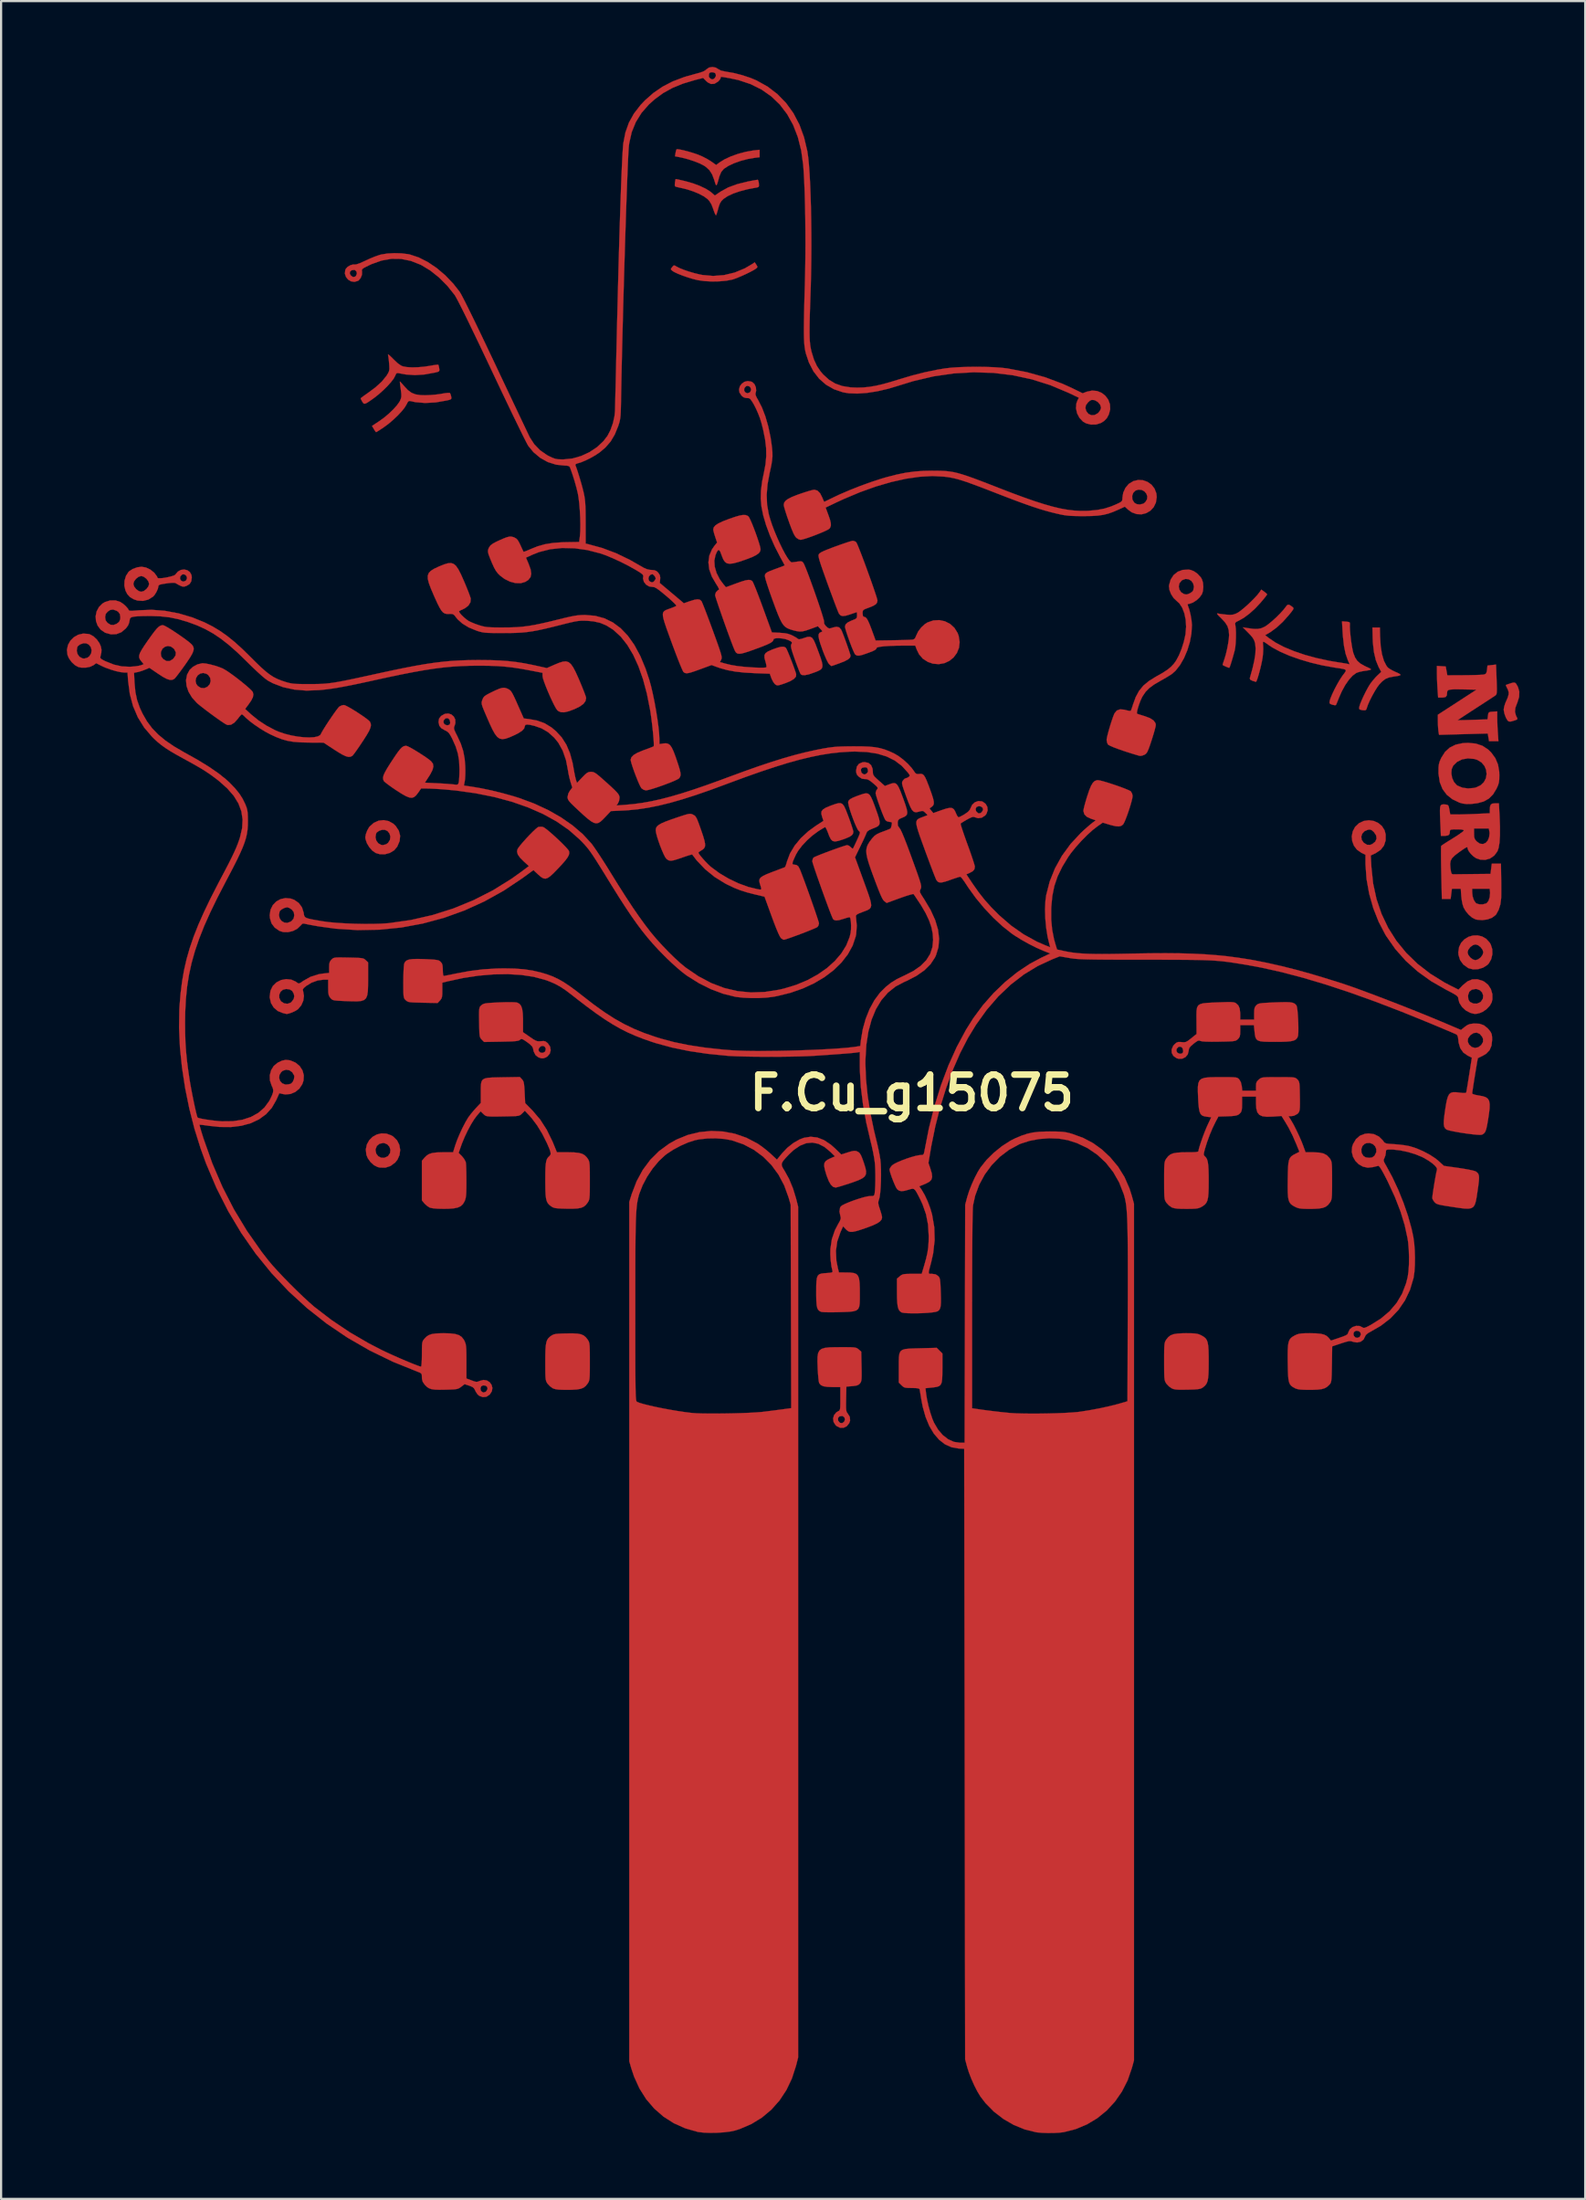
<source format=kicad_pcb>
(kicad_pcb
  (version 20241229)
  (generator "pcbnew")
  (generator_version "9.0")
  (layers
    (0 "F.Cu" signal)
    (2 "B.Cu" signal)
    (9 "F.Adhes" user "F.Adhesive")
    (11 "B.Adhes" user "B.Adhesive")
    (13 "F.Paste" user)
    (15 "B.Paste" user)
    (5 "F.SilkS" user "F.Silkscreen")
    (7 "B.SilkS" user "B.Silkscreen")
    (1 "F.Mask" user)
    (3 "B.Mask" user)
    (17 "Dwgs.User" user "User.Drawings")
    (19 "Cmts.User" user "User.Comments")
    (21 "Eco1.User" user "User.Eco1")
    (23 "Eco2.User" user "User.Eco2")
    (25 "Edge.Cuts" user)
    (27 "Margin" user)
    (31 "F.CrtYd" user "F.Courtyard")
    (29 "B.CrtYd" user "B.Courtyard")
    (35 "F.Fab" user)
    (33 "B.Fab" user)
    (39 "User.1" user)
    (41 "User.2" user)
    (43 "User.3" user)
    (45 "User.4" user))
  (footprint "F.Cu_g15075"
    (layer "F.Cu")
    (at 38.552 46.806)
    (property "Reference" "F.Cu_g15075" (at 0 0 0) (layer "F.SilkS") (effects (font (size 1.524 1.524) (thickness 0.3))))
    (attr through_hole)
    (fp_poly (pts (xy 27.514 -18.717) (xy 27.573 -18.667) (xy 27.637 -18.557) (xy 27.66 -18.512) (xy 27.72 -18.303) (xy 27.711 -18.063) (xy 27.632 -17.808) (xy 27.622 -17.786) (xy 27.541 -17.57) (xy 27.522 -17.389) (xy 27.563 -17.224) (xy 27.583 -17.181) (xy 27.627 -17.094) (xy 27.628 -17.047) (xy 27.575 -17.015) (xy 27.479 -16.982) (xy 27.341 -16.942) (xy 27.255 -16.94) (xy 27.196 -16.976) (xy 27.184 -16.989) (xy 27.109 -17.116) (xy 27.046 -17.283) (xy 27.012 -17.446) (xy 27.009 -17.493) (xy 27.028 -17.612) (xy 27.074 -17.762) (xy 27.108 -17.843) (xy 27.189 -18.03) (xy 27.23 -18.167) (xy 27.235 -18.276) (xy 27.205 -18.38) (xy 27.178 -18.437) (xy 27.129 -18.537) (xy 27.105 -18.599) (xy 27.105 -18.607) (xy 27.147 -18.623) (xy 27.244 -18.657) (xy 27.313 -18.681) (xy 27.436 -18.717) (xy 27.514 -18.717)) (stroke (width 0.01) (type solid)) (fill yes) (layer "F.Cu"))
    (fp_poly (pts (xy -7.093 -37.78) (xy -7.047 -37.7) (xy -7.051 -37.653) (xy -7.098 -37.609) (xy -7.207 -37.539) (xy -7.373 -37.45) (xy -7.573 -37.352) (xy -7.783 -37.257) (xy -7.982 -37.174) (xy -8.146 -37.115) (xy -8.191 -37.102) (xy -8.464 -37.05) (xy -8.787 -37.021) (xy -9.131 -37.015) (xy -9.463 -37.033) (xy -9.754 -37.074) (xy -9.779 -37.079) (xy -10.002 -37.135) (xy -10.239 -37.208) (xy -10.471 -37.289) (xy -10.677 -37.371) (xy -10.839 -37.447) (xy -10.924 -37.5) (xy -10.984 -37.556) (xy -10.986 -37.601) (xy -10.933 -37.673) (xy -10.871 -37.74) (xy -10.818 -37.745) (xy -10.746 -37.703) (xy -10.604 -37.629) (xy -10.401 -37.547) (xy -10.161 -37.465) (xy -9.905 -37.391) (xy -9.657 -37.332) (xy -9.554 -37.312) (xy -9.062 -37.268) (xy -8.567 -37.306) (xy -8.082 -37.422) (xy -7.618 -37.614) (xy -7.297 -37.801) (xy -7.165 -37.89) (xy -7.093 -37.78)) (stroke (width 0.01) (type solid)) (fill yes) (layer "F.Cu"))
    (fp_poly (pts (xy -23.974 1.857) (xy -23.749 1.938) (xy -23.657 1.995) (xy -23.487 2.164) (xy -23.382 2.371) (xy -23.343 2.599) (xy -23.371 2.831) (xy -23.468 3.048) (xy -23.574 3.179) (xy -23.784 3.335) (xy -24.019 3.411) (xy -24.275 3.405) (xy -24.375 3.381) (xy -24.541 3.297) (xy -24.698 3.153) (xy -24.823 2.977) (xy -24.886 2.822) (xy -24.906 2.619) (xy -24.469 2.619) (xy -24.433 2.777) (xy -24.341 2.892) (xy -24.211 2.957) (xy -24.064 2.962) (xy -23.922 2.898) (xy -23.889 2.871) (xy -23.805 2.743) (xy -23.788 2.599) (xy -23.831 2.462) (xy -23.925 2.352) (xy -24.061 2.292) (xy -24.124 2.286) (xy -24.289 2.322) (xy -24.407 2.42) (xy -24.465 2.567) (xy -24.469 2.619) (xy -24.906 2.619) (xy -24.91 2.576) (xy -24.863 2.353) (xy -24.756 2.16) (xy -24.602 2.006) (xy -24.412 1.899) (xy -24.199 1.847) (xy -23.974 1.857)) (stroke (width 0.01) (type solid)) (fill yes) (layer "F.Cu"))
    (fp_poly (pts (xy 26.025 -7.135) (xy 26.214 -7.025) (xy 26.37 -6.852) (xy 26.417 -6.771) (xy 26.485 -6.556) (xy 26.49 -6.324) (xy 26.437 -6.1) (xy 26.33 -5.908) (xy 26.262 -5.837) (xy 26.068 -5.713) (xy 25.843 -5.645) (xy 25.614 -5.635) (xy 25.407 -5.687) (xy 25.379 -5.701) (xy 25.164 -5.857) (xy 25.018 -6.059) (xy 24.944 -6.298) (xy 24.936 -6.413) (xy 25.358 -6.413) (xy 25.392 -6.297) (xy 25.481 -6.177) (xy 25.603 -6.087) (xy 25.718 -6.054) (xy 25.834 -6.088) (xy 25.954 -6.177) (xy 26.044 -6.299) (xy 26.077 -6.413) (xy 26.043 -6.53) (xy 25.954 -6.65) (xy 25.832 -6.74) (xy 25.718 -6.773) (xy 25.601 -6.739) (xy 25.481 -6.65) (xy 25.391 -6.528) (xy 25.358 -6.413) (xy 24.936 -6.413) (xy 24.972 -6.653) (xy 25.07 -6.853) (xy 25.218 -7.009) (xy 25.4 -7.119) (xy 25.605 -7.179) (xy 25.818 -7.185) (xy 26.025 -7.135)) (stroke (width 0.01) (type solid)) (fill yes) (layer "F.Cu"))
    (fp_poly (pts (xy -23.866 -12.398) (xy -23.657 -12.28) (xy -23.549 -12.178) (xy -23.405 -11.96) (xy -23.345 -11.731) (xy -23.368 -11.49) (xy -23.476 -11.236) (xy -23.477 -11.233) (xy -23.619 -11.066) (xy -23.812 -10.949) (xy -24.035 -10.887) (xy -24.267 -10.888) (xy -24.448 -10.939) (xy -24.606 -11.044) (xy -24.75 -11.205) (xy -24.863 -11.393) (xy -24.926 -11.583) (xy -24.934 -11.663) (xy -24.934 -11.664) (xy -24.47 -11.664) (xy -24.433 -11.509) (xy -24.342 -11.386) (xy -24.211 -11.314) (xy -24.13 -11.303) (xy -23.981 -11.343) (xy -23.895 -11.407) (xy -23.811 -11.541) (xy -23.791 -11.691) (xy -23.83 -11.833) (xy -23.922 -11.946) (xy -24.042 -12.001) (xy -24.174 -12) (xy -24.309 -11.954) (xy -24.412 -11.879) (xy -24.442 -11.83) (xy -24.47 -11.664) (xy -24.934 -11.664) (xy -24.91 -11.799) (xy -24.85 -11.961) (xy -24.769 -12.107) (xy -24.737 -12.15) (xy -24.545 -12.32) (xy -24.326 -12.418) (xy -24.095 -12.444) (xy -23.866 -12.398)) (stroke (width 0.01) (type solid)) (fill yes) (layer "F.Cu"))
    (fp_poly (pts (xy 21.367 -20.828) (xy 21.394 -20.389) (xy 21.453 -20.016) (xy 21.541 -19.713) (xy 21.657 -19.485) (xy 21.721 -19.405) (xy 21.803 -19.343) (xy 21.935 -19.267) (xy 22.085 -19.196) (xy 22.225 -19.133) (xy 22.294 -19.087) (xy 22.288 -19.053) (xy 22.205 -19.026) (xy 22.042 -18.999) (xy 21.975 -18.99) (xy 21.769 -18.95) (xy 21.607 -18.882) (xy 21.459 -18.767) (xy 21.337 -18.639) (xy 21.237 -18.506) (xy 21.122 -18.321) (xy 21.004 -18.11) (xy 20.896 -17.895) (xy 20.811 -17.702) (xy 20.762 -17.558) (xy 20.735 -17.485) (xy 20.686 -17.453) (xy 20.592 -17.455) (xy 20.495 -17.472) (xy 20.427 -17.497) (xy 20.411 -17.556) (xy 20.421 -17.618) (xy 20.458 -17.739) (xy 20.528 -17.911) (xy 20.619 -18.111) (xy 20.721 -18.316) (xy 20.823 -18.505) (xy 20.915 -18.655) (xy 21.031 -18.808) (xy 21.169 -18.966) (xy 21.236 -19.033) (xy 21.419 -19.207) (xy 21.297 -19.435) (xy 21.174 -19.737) (xy 21.087 -20.109) (xy 21.038 -20.544) (xy 21.029 -20.765) (xy 21.018 -21.23) (xy 21.357 -21.23) (xy 21.367 -20.828)) (stroke (width 0.01) (type solid)) (fill yes) (layer "F.Cu"))
    (fp_poly (pts (xy -10.562 -43.031) (xy -10.4 -42.996) (xy -10.211 -42.947) (xy -10.013 -42.889) (xy -9.824 -42.827) (xy -9.732 -42.793) (xy -9.536 -42.708) (xy -9.333 -42.602) (xy -9.167 -42.5) (xy -8.924 -42.33) (xy -8.78 -42.44) (xy -8.551 -42.583) (xy -8.26 -42.718) (xy -7.93 -42.836) (xy -7.585 -42.929) (xy -7.245 -42.99) (xy -7.186 -42.997) (xy -6.943 -43.023) (xy -6.943 -42.684) (xy -7.154 -42.659) (xy -7.479 -42.604) (xy -7.803 -42.519) (xy -8.107 -42.411) (xy -8.369 -42.288) (xy -8.569 -42.158) (xy -8.581 -42.148) (xy -8.694 -42.012) (xy -8.776 -41.818) (xy -8.784 -41.792) (xy -8.841 -41.589) (xy -8.881 -41.462) (xy -8.911 -41.407) (xy -8.937 -41.42) (xy -8.967 -41.495) (xy -9.008 -41.629) (xy -9.012 -41.644) (xy -9.109 -41.899) (xy -9.231 -42.092) (xy -9.395 -42.244) (xy -9.502 -42.313) (xy -9.691 -42.407) (xy -9.934 -42.502) (xy -10.202 -42.59) (xy -10.466 -42.659) (xy -10.548 -42.677) (xy -10.804 -42.727) (xy -10.78 -42.874) (xy -10.758 -42.979) (xy -10.735 -43.041) (xy -10.733 -43.045) (xy -10.679 -43.049) (xy -10.562 -43.031)) (stroke (width 0.01) (type solid)) (fill yes) (layer "F.Cu"))
    (fp_poly (pts (xy -15.251 10.983) (xy -15.092 11.013) (xy -14.971 11.067) (xy -14.874 11.147) (xy -14.785 11.26) (xy -14.785 11.261) (xy -14.753 11.312) (xy -14.729 11.366) (xy -14.712 11.436) (xy -14.7 11.535) (xy -14.694 11.674) (xy -14.691 11.868) (xy -14.69 12.129) (xy -14.69 12.255) (xy -14.69 12.547) (xy -14.692 12.766) (xy -14.697 12.926) (xy -14.706 13.04) (xy -14.721 13.12) (xy -14.742 13.18) (xy -14.771 13.232) (xy -14.786 13.255) (xy -14.874 13.366) (xy -14.975 13.446) (xy -15.106 13.499) (xy -15.281 13.53) (xy -15.515 13.544) (xy -15.706 13.547) (xy -15.949 13.544) (xy -16.125 13.535) (xy -16.252 13.517) (xy -16.346 13.489) (xy -16.382 13.473) (xy -16.506 13.385) (xy -16.615 13.269) (xy -16.626 13.255) (xy -16.659 13.201) (xy -16.683 13.145) (xy -16.701 13.072) (xy -16.712 12.971) (xy -16.718 12.828) (xy -16.721 12.63) (xy -16.722 12.363) (xy -16.722 12.29) (xy -16.72 11.965) (xy -16.713 11.712) (xy -16.698 11.52) (xy -16.673 11.377) (xy -16.635 11.271) (xy -16.581 11.19) (xy -16.509 11.122) (xy -16.462 11.087) (xy -16.397 11.046) (xy -16.329 11.017) (xy -16.239 10.997) (xy -16.112 10.985) (xy -15.929 10.977) (xy -15.748 10.973) (xy -15.465 10.971) (xy -15.251 10.983)) (stroke (width 0.01) (type solid)) (fill yes) (layer "F.Cu"))
    (fp_poly (pts (xy 12.738 10.966) (xy 12.9 10.974) (xy 13.018 10.99) (xy 13.112 11.017) (xy 13.203 11.058) (xy 13.206 11.06) (xy 13.314 11.121) (xy 13.396 11.187) (xy 13.457 11.271) (xy 13.499 11.383) (xy 13.525 11.537) (xy 13.54 11.743) (xy 13.546 12.013) (xy 13.547 12.255) (xy 13.545 12.575) (xy 13.537 12.824) (xy 13.52 13.012) (xy 13.493 13.153) (xy 13.451 13.258) (xy 13.392 13.34) (xy 13.313 13.412) (xy 13.279 13.438) (xy 13.221 13.474) (xy 13.15 13.499) (xy 13.051 13.516) (xy 12.906 13.528) (xy 12.701 13.535) (xy 12.581 13.538) (xy 12.336 13.541) (xy 12.159 13.539) (xy 12.033 13.529) (xy 11.941 13.51) (xy 11.866 13.48) (xy 11.854 13.474) (xy 11.73 13.386) (xy 11.621 13.269) (xy 11.611 13.255) (xy 11.578 13.202) (xy 11.554 13.147) (xy 11.537 13.077) (xy 11.525 12.978) (xy 11.519 12.839) (xy 11.516 12.646) (xy 11.515 12.386) (xy 11.515 12.255) (xy 11.515 11.964) (xy 11.517 11.745) (xy 11.522 11.585) (xy 11.531 11.471) (xy 11.546 11.391) (xy 11.567 11.331) (xy 11.596 11.279) (xy 11.611 11.256) (xy 11.701 11.143) (xy 11.806 11.062) (xy 11.941 11.009) (xy 12.121 10.979) (xy 12.363 10.966) (xy 12.511 10.964) (xy 12.738 10.966)) (stroke (width 0.01) (type solid)) (fill yes) (layer "F.Cu"))
    (fp_poly (pts (xy -10.734 -41.682) (xy -10.628 -41.66) (xy -10.474 -41.625) (xy -10.334 -41.592) (xy -9.989 -41.494) (xy -9.671 -41.375) (xy -9.396 -41.244) (xy -9.183 -41.108) (xy -9.138 -41.071) (xy -8.985 -40.937) (xy -8.704 -41.126) (xy -8.376 -41.305) (xy -7.971 -41.454) (xy -7.488 -41.574) (xy -7.411 -41.589) (xy -7.247 -41.62) (xy -7.115 -41.643) (xy -7.037 -41.655) (xy -7.027 -41.656) (xy -7.003 -41.618) (xy -6.982 -41.525) (xy -6.978 -41.487) (xy -6.972 -41.378) (xy -6.995 -41.325) (xy -7.067 -41.302) (xy -7.111 -41.295) (xy -7.486 -41.225) (xy -7.836 -41.134) (xy -8.145 -41.028) (xy -8.399 -40.91) (xy -8.581 -40.789) (xy -8.684 -40.689) (xy -8.752 -40.582) (xy -8.806 -40.437) (xy -8.828 -40.355) (xy -8.869 -40.208) (xy -8.906 -40.094) (xy -8.93 -40.037) (xy -8.931 -40.037) (xy -8.955 -40.058) (xy -8.996 -40.144) (xy -9.045 -40.276) (xy -9.056 -40.312) (xy -9.136 -40.522) (xy -9.229 -40.677) (xy -9.314 -40.772) (xy -9.476 -40.892) (xy -9.7 -41.013) (xy -9.968 -41.124) (xy -10.257 -41.218) (xy -10.421 -41.259) (xy -10.578 -41.294) (xy -10.705 -41.323) (xy -10.778 -41.341) (xy -10.782 -41.342) (xy -10.814 -41.393) (xy -10.808 -41.516) (xy -10.79 -41.622) (xy -10.777 -41.682) (xy -10.776 -41.687) (xy -10.734 -41.682)) (stroke (width 0.01) (type solid)) (fill yes) (layer "F.Cu"))
    (fp_poly (pts (xy -23.327 -32.428) (xy -23.258 -32.353) (xy -23.164 -32.244) (xy -23.156 -32.235) (xy -22.989 -32.058) (xy -22.825 -31.937) (xy -22.641 -31.865) (xy -22.415 -31.831) (xy -22.188 -31.825) (xy -21.958 -31.835) (xy -21.71 -31.856) (xy -21.49 -31.886) (xy -21.444 -31.895) (xy -21.283 -31.922) (xy -21.155 -31.935) (xy -21.082 -31.932) (xy -21.074 -31.928) (xy -21.043 -31.866) (xy -21.016 -31.767) (xy -21.005 -31.692) (xy -21.025 -31.648) (xy -21.093 -31.617) (xy -21.208 -31.589) (xy -21.722 -31.499) (xy -22.205 -31.473) (xy -22.647 -31.51) (xy -22.884 -31.562) (xy -22.945 -31.563) (xy -22.996 -31.515) (xy -23.053 -31.404) (xy -23.14 -31.261) (xy -23.281 -31.086) (xy -23.463 -30.893) (xy -23.669 -30.698) (xy -23.884 -30.516) (xy -24.095 -30.361) (xy -24.096 -30.36) (xy -24.241 -30.264) (xy -24.356 -30.19) (xy -24.428 -30.148) (xy -24.441 -30.141) (xy -24.473 -30.174) (xy -24.527 -30.255) (xy -24.544 -30.283) (xy -24.627 -30.425) (xy -24.304 -30.639) (xy -24.078 -30.802) (xy -23.856 -30.989) (xy -23.655 -31.182) (xy -23.489 -31.368) (xy -23.373 -31.53) (xy -23.346 -31.583) (xy -23.307 -31.68) (xy -23.289 -31.769) (xy -23.29 -31.879) (xy -23.308 -32.037) (xy -23.317 -32.1) (xy -23.339 -32.259) (xy -23.353 -32.381) (xy -23.358 -32.447) (xy -23.357 -32.452) (xy -23.327 -32.428)) (stroke (width 0.01) (type solid)) (fill yes) (layer "F.Cu"))
    (fp_poly (pts (xy 25.734 -15.935) (xy 26.036 -15.835) (xy 26.297 -15.664) (xy 26.437 -15.528) (xy 26.627 -15.267) (xy 26.747 -14.981) (xy 26.804 -14.653) (xy 26.809 -14.49) (xy 26.805 -14.299) (xy 26.787 -14.157) (xy 26.748 -14.028) (xy 26.679 -13.876) (xy 26.674 -13.867) (xy 26.52 -13.615) (xy 26.331 -13.426) (xy 26.098 -13.295) (xy 25.808 -13.215) (xy 25.527 -13.182) (xy 25.308 -13.178) (xy 25.134 -13.2) (xy 24.99 -13.241) (xy 24.665 -13.396) (xy 24.408 -13.602) (xy 24.217 -13.86) (xy 24.093 -14.169) (xy 24.037 -14.53) (xy 24.035 -14.575) (xy 24.619 -14.575) (xy 24.654 -14.373) (xy 24.735 -14.189) (xy 24.856 -14.047) (xy 24.899 -14.017) (xy 25.122 -13.924) (xy 25.382 -13.888) (xy 25.652 -13.911) (xy 25.748 -13.936) (xy 25.956 -14.034) (xy 26.104 -14.178) (xy 26.195 -14.353) (xy 26.228 -14.545) (xy 26.204 -14.739) (xy 26.126 -14.92) (xy 25.993 -15.076) (xy 25.806 -15.19) (xy 25.665 -15.234) (xy 25.376 -15.26) (xy 25.111 -15.215) (xy 24.882 -15.102) (xy 24.705 -14.929) (xy 24.634 -14.769) (xy 24.619 -14.575) (xy 24.035 -14.575) (xy 24.033 -14.655) (xy 24.035 -14.848) (xy 24.05 -14.988) (xy 24.083 -15.11) (xy 24.141 -15.246) (xy 24.166 -15.296) (xy 24.333 -15.558) (xy 24.548 -15.753) (xy 24.815 -15.885) (xy 25.136 -15.955) (xy 25.385 -15.968) (xy 25.734 -15.935)) (stroke (width 0.01) (type solid)) (fill yes) (layer "F.Cu"))
    (fp_poly (pts (xy -23.826 -33.641) (xy -23.73 -33.551) (xy -23.659 -33.478) (xy -23.469 -33.296) (xy -23.311 -33.183) (xy -23.222 -33.144) (xy -23.039 -33.11) (xy -22.797 -33.096) (xy -22.518 -33.104) (xy -22.225 -33.131) (xy -21.998 -33.166) (xy -21.83 -33.195) (xy -21.697 -33.214) (xy -21.618 -33.22) (xy -21.605 -33.218) (xy -21.586 -33.168) (xy -21.565 -33.069) (xy -21.563 -33.055) (xy -21.553 -32.97) (xy -21.57 -32.921) (xy -21.633 -32.89) (xy -21.758 -32.859) (xy -22.231 -32.773) (xy -22.667 -32.744) (xy -23.088 -32.773) (xy -23.411 -32.832) (xy -23.486 -32.838) (xy -23.534 -32.796) (xy -23.572 -32.708) (xy -23.641 -32.582) (xy -23.765 -32.421) (xy -23.929 -32.238) (xy -24.121 -32.049) (xy -24.325 -31.867) (xy -24.529 -31.706) (xy -24.539 -31.699) (xy -24.721 -31.57) (xy -24.848 -31.486) (xy -24.933 -31.444) (xy -24.989 -31.44) (xy -25.03 -31.469) (xy -25.069 -31.527) (xy -25.073 -31.533) (xy -25.122 -31.624) (xy -25.146 -31.679) (xy -25.146 -31.681) (xy -25.113 -31.714) (xy -25.026 -31.781) (xy -24.9 -31.871) (xy -24.839 -31.912) (xy -24.472 -32.184) (xy -24.183 -32.448) (xy -23.974 -32.703) (xy -23.959 -32.726) (xy -23.89 -32.839) (xy -23.851 -32.929) (xy -23.836 -33.024) (xy -23.839 -33.156) (xy -23.847 -33.268) (xy -23.862 -33.437) (xy -23.881 -33.58) (xy -23.898 -33.671) (xy -23.9 -33.678) (xy -23.886 -33.686) (xy -23.826 -33.641)) (stroke (width 0.01) (type solid)) (fill yes) (layer "F.Cu"))
    (fp_poly (pts (xy 16.081 -22.864) (xy 16.166 -22.797) (xy 16.211 -22.748) (xy 16.213 -22.741) (xy 16.187 -22.699) (xy 16.117 -22.607) (xy 16.014 -22.481) (xy 15.917 -22.366) (xy 15.666 -22.098) (xy 15.403 -21.861) (xy 15.144 -21.669) (xy 14.913 -21.54) (xy 14.805 -21.487) (xy 14.758 -21.44) (xy 14.755 -21.374) (xy 14.765 -21.324) (xy 14.783 -21.183) (xy 14.791 -20.987) (xy 14.789 -20.761) (xy 14.779 -20.535) (xy 14.761 -20.336) (xy 14.736 -20.193) (xy 14.663 -19.926) (xy 14.598 -19.703) (xy 14.544 -19.532) (xy 14.505 -19.425) (xy 14.482 -19.39) (xy 14.43 -19.407) (xy 14.335 -19.445) (xy 14.319 -19.452) (xy 14.228 -19.495) (xy 14.183 -19.525) (xy 14.182 -19.528) (xy 14.194 -19.574) (xy 14.227 -19.676) (xy 14.265 -19.788) (xy 14.328 -19.998) (xy 14.386 -20.243) (xy 14.434 -20.493) (xy 14.467 -20.719) (xy 14.478 -20.886) (xy 14.461 -21.109) (xy 14.403 -21.295) (xy 14.292 -21.468) (xy 14.124 -21.647) (xy 14.002 -21.766) (xy 13.939 -21.838) (xy 13.929 -21.87) (xy 13.967 -21.87) (xy 13.97 -21.869) (xy 14.067 -21.852) (xy 14.215 -21.833) (xy 14.358 -21.817) (xy 14.527 -21.807) (xy 14.652 -21.817) (xy 14.77 -21.855) (xy 14.844 -21.889) (xy 14.957 -21.96) (xy 15.109 -22.079) (xy 15.284 -22.23) (xy 15.464 -22.399) (xy 15.633 -22.569) (xy 15.775 -22.724) (xy 15.862 -22.835) (xy 15.948 -22.959) (xy 16.081 -22.864)) (stroke (width 0.01) (type solid)) (fill yes) (layer "F.Cu"))
    (fp_poly (pts (xy 26.683 -18.864) (xy 26.691 -18.608) (xy 26.695 -18.423) (xy 26.692 -18.297) (xy 26.683 -18.216) (xy 26.666 -18.167) (xy 26.64 -18.138) (xy 26.636 -18.136) (xy 26.581 -18.098) (xy 26.466 -18.022) (xy 26.301 -17.915) (xy 26.099 -17.783) (xy 25.869 -17.634) (xy 25.729 -17.543) (xy 25.494 -17.391) (xy 25.286 -17.255) (xy 25.113 -17.142) (xy 24.987 -17.058) (xy 24.915 -17.009) (xy 24.903 -17) (xy 24.947 -17) (xy 25.06 -17.003) (xy 25.23 -17.007) (xy 25.44 -17.013) (xy 25.59 -17.018) (xy 26.268 -17.039) (xy 26.289 -17.209) (xy 26.306 -17.311) (xy 26.339 -17.362) (xy 26.412 -17.383) (xy 26.511 -17.391) (xy 26.712 -17.404) (xy 26.712 -17.111) (xy 26.716 -16.926) (xy 26.724 -16.7) (xy 26.737 -16.475) (xy 26.74 -16.432) (xy 26.767 -16.044) (xy 26.339 -16.044) (xy 26.309 -16.22) (xy 26.28 -16.395) (xy 24.057 -16.334) (xy 24.031 -16.496) (xy 24.017 -16.625) (xy 24.007 -16.797) (xy 24.004 -16.954) (xy 24.003 -17.251) (xy 24.885 -17.822) (xy 25.767 -18.394) (xy 25.192 -18.406) (xy 24.919 -18.41) (xy 24.719 -18.409) (xy 24.581 -18.399) (xy 24.494 -18.38) (xy 24.447 -18.349) (xy 24.429 -18.303) (xy 24.426 -18.269) (xy 24.412 -18.133) (xy 24.359 -18.061) (xy 24.249 -18.035) (xy 24.195 -18.034) (xy 24.016 -18.034) (xy 23.988 -18.422) (xy 23.975 -18.649) (xy 23.965 -18.895) (xy 23.961 -19.113) (xy 23.961 -19.143) (xy 23.961 -19.478) (xy 24.362 -19.452) (xy 24.435 -19.05) (xy 25.225 -19.054) (xy 25.482 -19.057) (xy 25.716 -19.063) (xy 25.911 -19.07) (xy 26.051 -19.079) (xy 26.12 -19.088) (xy 26.189 -19.121) (xy 26.227 -19.19) (xy 26.247 -19.306) (xy 26.268 -19.494) (xy 26.463 -19.517) (xy 26.658 -19.539) (xy 26.683 -18.864)) (stroke (width 0.01) (type solid)) (fill yes) (layer "F.Cu"))
    (fp_poly (pts (xy -2.957 11.6) (xy -2.776 11.603) (xy -2.649 11.61) (xy -2.563 11.624) (xy -2.504 11.645) (xy -2.455 11.677) (xy -2.426 11.701) (xy -2.307 11.804) (xy -2.293 12.476) (xy -2.288 12.731) (xy -2.288 12.916) (xy -2.293 13.045) (xy -2.304 13.132) (xy -2.324 13.192) (xy -2.353 13.238) (xy -2.363 13.252) (xy -2.429 13.313) (xy -2.518 13.35) (xy -2.658 13.372) (xy -2.716 13.377) (xy -2.985 13.399) (xy -2.996 13.966) (xy -3 14.198) (xy -2.999 14.362) (xy -2.991 14.472) (xy -2.975 14.544) (xy -2.949 14.594) (xy -2.925 14.622) (xy -2.829 14.778) (xy -2.814 14.945) (xy -2.854 15.065) (xy -2.968 15.207) (xy -3.114 15.278) (xy -3.274 15.276) (xy -3.431 15.198) (xy -3.475 15.159) (xy -3.567 15.015) (xy -3.589 14.854) (xy -3.582 14.828) (xy -3.364 14.828) (xy -3.363 14.938) (xy -3.351 14.966) (xy -3.278 15.05) (xy -3.182 15.066) (xy -3.092 15.009) (xy -3.05 14.908) (xy -3.07 14.811) (xy -3.144 14.748) (xy -3.179 14.74) (xy -3.298 14.757) (xy -3.364 14.828) (xy -3.582 14.828) (xy -3.547 14.699) (xy -3.443 14.574) (xy -3.369 14.529) (xy -3.324 14.506) (xy -3.293 14.476) (xy -3.274 14.423) (xy -3.264 14.332) (xy -3.26 14.189) (xy -3.26 13.978) (xy -3.26 13.95) (xy -3.26 13.42) (xy -3.618 13.42) (xy -3.859 13.411) (xy -4.031 13.383) (xy -4.146 13.331) (xy -4.217 13.251) (xy -4.225 13.235) (xy -4.243 13.161) (xy -4.261 13.021) (xy -4.277 12.832) (xy -4.291 12.613) (xy -4.294 12.54) (xy -4.304 12.258) (xy -4.3 12.039) (xy -4.274 11.875) (xy -4.216 11.758) (xy -4.118 11.68) (xy -3.969 11.633) (xy -3.762 11.609) (xy -3.487 11.601) (xy -3.209 11.6) (xy -2.957 11.6)) (stroke (width 0.01) (type solid)) (fill yes) (layer "F.Cu"))
    (fp_poly (pts (xy -18.148 -4.135) (xy -18.032 -4.125) (xy -18.007 -4.119) (xy -17.904 -4.066) (xy -17.83 -3.977) (xy -17.779 -3.839) (xy -17.75 -3.643) (xy -17.738 -3.377) (xy -17.738 -3.279) (xy -17.738 -2.769) (xy -17.427 -2.553) (xy -17.274 -2.449) (xy -17.166 -2.387) (xy -17.081 -2.358) (xy -16.996 -2.353) (xy -16.921 -2.359) (xy -16.792 -2.367) (xy -16.705 -2.343) (xy -16.619 -2.275) (xy -16.597 -2.252) (xy -16.501 -2.106) (xy -16.476 -1.944) (xy -16.518 -1.79) (xy -16.622 -1.664) (xy -16.699 -1.617) (xy -16.809 -1.577) (xy -16.901 -1.576) (xy -17.02 -1.617) (xy -17.043 -1.626) (xy -17.17 -1.727) (xy -17.253 -1.894) (xy -17.271 -1.986) (xy -17.033 -1.986) (xy -17.017 -1.903) (xy -17.016 -1.901) (xy -16.94 -1.836) (xy -16.838 -1.825) (xy -16.748 -1.869) (xy -16.723 -1.902) (xy -16.699 -2.012) (xy -16.736 -2.097) (xy -16.813 -2.143) (xy -16.907 -2.135) (xy -16.983 -2.076) (xy -17.033 -1.986) (xy -17.271 -1.986) (xy -17.281 -2.03) (xy -17.322 -2.118) (xy -17.43 -2.225) (xy -17.547 -2.313) (xy -17.679 -2.403) (xy -17.763 -2.45) (xy -17.816 -2.459) (xy -17.86 -2.437) (xy -17.88 -2.42) (xy -17.92 -2.394) (xy -17.984 -2.375) (xy -18.083 -2.361) (xy -18.23 -2.35) (xy -18.436 -2.343) (xy -18.714 -2.337) (xy -18.736 -2.336) (xy -19.514 -2.323) (xy -19.621 -2.43) (xy -19.666 -2.48) (xy -19.697 -2.536) (xy -19.717 -2.614) (xy -19.728 -2.731) (xy -19.734 -2.906) (xy -19.737 -3.035) (xy -19.742 -3.326) (xy -19.745 -3.544) (xy -19.743 -3.701) (xy -19.736 -3.811) (xy -19.722 -3.884) (xy -19.7 -3.933) (xy -19.668 -3.97) (xy -19.632 -4.002) (xy -19.584 -4.038) (xy -19.527 -4.064) (xy -19.447 -4.084) (xy -19.328 -4.099) (xy -19.159 -4.111) (xy -18.923 -4.123) (xy -18.824 -4.128) (xy -18.559 -4.137) (xy -18.329 -4.139) (xy -18.148 -4.135)) (stroke (width 0.01) (type solid)) (fill yes) (layer "F.Cu"))
    (fp_poly (pts (xy -34.943 -23.967) (xy -34.741 -23.871) (xy -34.565 -23.73) (xy -34.44 -23.563) (xy -34.408 -23.49) (xy -34.362 -23.473) (xy -34.256 -23.476) (xy -34.114 -23.494) (xy -33.956 -23.523) (xy -33.804 -23.559) (xy -33.681 -23.597) (xy -33.61 -23.634) (xy -33.602 -23.643) (xy -33.488 -23.78) (xy -33.348 -23.857) (xy -33.197 -23.877) (xy -33.055 -23.843) (xy -32.939 -23.76) (xy -32.866 -23.628) (xy -32.851 -23.515) (xy -32.875 -23.336) (xy -32.954 -23.212) (xy -33.087 -23.131) (xy -33.198 -23.094) (xy -33.288 -23.101) (xy -33.369 -23.134) (xy -33.482 -23.191) (xy -33.57 -23.243) (xy -33.573 -23.246) (xy -33.632 -23.268) (xy -33.734 -23.272) (xy -33.894 -23.257) (xy -34.007 -23.242) (xy -34.186 -23.214) (xy -34.296 -23.189) (xy -34.353 -23.161) (xy -34.374 -23.125) (xy -34.375 -23.108) (xy -34.399 -22.999) (xy -34.46 -22.861) (xy -34.54 -22.728) (xy -34.614 -22.643) (xy -34.831 -22.506) (xy -35.074 -22.444) (xy -35.326 -22.459) (xy -35.496 -22.516) (xy -35.672 -22.619) (xy -35.793 -22.752) (xy -35.876 -22.913) (xy -35.928 -23.132) (xy -35.925 -23.22) (xy -35.518 -23.22) (xy -35.482 -23.099) (xy -35.391 -22.982) (xy -35.272 -22.893) (xy -35.158 -22.86) (xy -35.041 -22.894) (xy -34.922 -22.984) (xy -34.831 -23.105) (xy -34.798 -23.22) (xy -34.834 -23.34) (xy -34.924 -23.457) (xy -33.389 -23.457) (xy -33.346 -23.372) (xy -33.255 -23.327) (xy -33.232 -23.326) (xy -33.142 -23.356) (xy -33.106 -23.387) (xy -33.069 -23.482) (xy -33.092 -23.574) (xy -33.157 -23.641) (xy -33.246 -23.66) (xy -33.306 -23.638) (xy -33.378 -23.555) (xy -33.389 -23.457) (xy -34.924 -23.457) (xy -34.925 -23.458) (xy -35.043 -23.547) (xy -35.158 -23.58) (xy -35.278 -23.544) (xy -35.396 -23.453) (xy -35.485 -23.334) (xy -35.518 -23.22) (xy -35.925 -23.22) (xy -35.92 -23.364) (xy -35.855 -23.583) (xy -35.74 -23.763) (xy -35.702 -23.8) (xy -35.542 -23.902) (xy -35.342 -23.975) (xy -35.147 -24.003) (xy -34.943 -23.967)) (stroke (width 0.01) (type solid)) (fill yes) (layer "F.Cu"))
    (fp_poly (pts (xy -25.926 -6.177) (xy -25.699 -6.173) (xy -25.445 -6.167) (xy -25.261 -6.161) (xy -25.134 -6.151) (xy -25.048 -6.136) (xy -24.989 -6.113) (xy -24.943 -6.081) (xy -24.916 -6.057) (xy -24.807 -5.954) (xy -24.807 -5.219) (xy -24.809 -4.891) (xy -24.818 -4.638) (xy -24.846 -4.451) (xy -24.9 -4.321) (xy -24.989 -4.238) (xy -25.123 -4.193) (xy -25.31 -4.176) (xy -25.559 -4.179) (xy -25.795 -4.187) (xy -26.038 -4.197) (xy -26.211 -4.207) (xy -26.329 -4.219) (xy -26.406 -4.237) (xy -26.458 -4.264) (xy -26.499 -4.301) (xy -26.526 -4.331) (xy -26.577 -4.4) (xy -26.607 -4.476) (xy -26.623 -4.582) (xy -26.627 -4.742) (xy -26.628 -4.807) (xy -26.628 -5.165) (xy -26.839 -5.165) (xy -27.109 -5.129) (xy -27.384 -5.029) (xy -27.632 -4.878) (xy -27.641 -4.871) (xy -27.74 -4.786) (xy -27.782 -4.724) (xy -27.779 -4.662) (xy -27.769 -4.631) (xy -27.733 -4.424) (xy -27.764 -4.205) (xy -27.855 -3.997) (xy -27.997 -3.826) (xy -28.031 -3.799) (xy -28.137 -3.734) (xy -28.272 -3.672) (xy -28.407 -3.624) (xy -28.509 -3.602) (xy -28.533 -3.603) (xy -28.585 -3.615) (xy -28.681 -3.637) (xy -28.687 -3.639) (xy -28.927 -3.735) (xy -29.113 -3.893) (xy -29.238 -4.1) (xy -29.292 -4.34) (xy -28.861 -4.34) (xy -28.798 -4.203) (xy -28.767 -4.168) (xy -28.633 -4.083) (xy -28.483 -4.065) (xy -28.345 -4.113) (xy -28.292 -4.159) (xy -28.199 -4.291) (xy -28.175 -4.415) (xy -28.2 -4.529) (xy -28.273 -4.656) (xy -28.39 -4.723) (xy -28.548 -4.741) (xy -28.695 -4.706) (xy -28.801 -4.613) (xy -28.859 -4.484) (xy -28.861 -4.34) (xy -29.292 -4.34) (xy -29.293 -4.346) (xy -29.295 -4.402) (xy -29.261 -4.661) (xy -29.158 -4.874) (xy -28.99 -5.039) (xy -28.776 -5.148) (xy -28.544 -5.191) (xy -28.314 -5.167) (xy -28.108 -5.076) (xy -28.063 -5.043) (xy -28.005 -5.001) (xy -27.955 -4.993) (xy -27.888 -5.023) (xy -27.78 -5.099) (xy -27.773 -5.104) (xy -27.435 -5.295) (xy -27.06 -5.414) (xy -26.862 -5.444) (xy -26.585 -5.473) (xy -26.585 -5.723) (xy -26.579 -5.876) (xy -26.555 -5.976) (xy -26.503 -6.054) (xy -26.479 -6.08) (xy -26.436 -6.12) (xy -26.393 -6.148) (xy -26.335 -6.166) (xy -26.247 -6.176) (xy -26.116 -6.179) (xy -25.926 -6.177)) (stroke (width 0.01) (type solid)) (fill yes) (layer "F.Cu"))
    (fp_poly (pts (xy 21.08 -12.404) (xy 21.284 -12.313) (xy 21.453 -12.17) (xy 21.571 -11.984) (xy 21.622 -11.792) (xy 21.62 -11.516) (xy 21.545 -11.283) (xy 21.397 -11.092) (xy 21.175 -10.941) (xy 21.139 -10.923) (xy 20.942 -10.831) (xy 20.971 -10.303) (xy 21.05 -9.552) (xy 21.205 -8.838) (xy 21.435 -8.163) (xy 21.737 -7.528) (xy 22.112 -6.937) (xy 22.558 -6.39) (xy 23.073 -5.89) (xy 23.656 -5.438) (xy 24.306 -5.036) (xy 24.575 -4.895) (xy 24.944 -4.71) (xy 25.14 -4.912) (xy 25.354 -5.087) (xy 25.574 -5.179) (xy 25.804 -5.186) (xy 26.047 -5.111) (xy 26.12 -5.073) (xy 26.297 -4.93) (xy 26.423 -4.734) (xy 26.49 -4.507) (xy 26.492 -4.268) (xy 26.461 -4.135) (xy 26.376 -3.981) (xy 26.235 -3.83) (xy 26.067 -3.707) (xy 25.922 -3.644) (xy 25.776 -3.609) (xy 25.665 -3.606) (xy 25.542 -3.635) (xy 25.469 -3.66) (xy 25.272 -3.765) (xy 25.107 -3.919) (xy 24.989 -4.101) (xy 24.935 -4.292) (xy 24.934 -4.327) (xy 24.923 -4.371) (xy 24.896 -4.403) (xy 25.381 -4.403) (xy 25.396 -4.264) (xy 25.449 -4.172) (xy 25.48 -4.144) (xy 25.627 -4.074) (xy 25.791 -4.072) (xy 25.939 -4.138) (xy 25.973 -4.168) (xy 26.058 -4.302) (xy 26.071 -4.446) (xy 26.023 -4.58) (xy 25.922 -4.684) (xy 25.776 -4.738) (xy 25.724 -4.741) (xy 25.553 -4.709) (xy 25.438 -4.615) (xy 25.384 -4.463) (xy 25.381 -4.403) (xy 24.896 -4.403) (xy 24.883 -4.418) (xy 24.804 -4.476) (xy 24.675 -4.552) (xy 24.485 -4.653) (xy 24.373 -4.71) (xy 23.693 -5.099) (xy 23.083 -5.537) (xy 22.54 -6.024) (xy 22.062 -6.562) (xy 21.649 -7.153) (xy 21.606 -7.223) (xy 21.303 -7.803) (xy 21.055 -8.432) (xy 20.869 -9.09) (xy 20.749 -9.758) (xy 20.702 -10.417) (xy 20.701 -10.5) (xy 20.701 -10.863) (xy 20.512 -10.955) (xy 20.314 -11.093) (xy 20.175 -11.275) (xy 20.096 -11.487) (xy 20.078 -11.69) (xy 20.509 -11.69) (xy 20.529 -11.545) (xy 20.62 -11.413) (xy 20.631 -11.403) (xy 20.773 -11.318) (xy 20.914 -11.314) (xy 21.011 -11.352) (xy 21.147 -11.462) (xy 21.206 -11.598) (xy 21.187 -11.747) (xy 21.088 -11.896) (xy 21.08 -11.904) (xy 20.984 -11.986) (xy 20.901 -12.014) (xy 20.816 -12.005) (xy 20.659 -11.94) (xy 20.555 -11.828) (xy 20.509 -11.69) (xy 20.078 -11.69) (xy 20.077 -11.711) (xy 20.12 -11.932) (xy 20.226 -12.133) (xy 20.396 -12.297) (xy 20.411 -12.307) (xy 20.629 -12.407) (xy 20.857 -12.437) (xy 21.08 -12.404)) (stroke (width 0.01) (type solid)) (fill yes) (layer "F.Cu"))
    (fp_poly (pts (xy -16.83 -12.133) (xy -16.758 -12.093) (xy -16.641 -12.006) (xy -16.492 -11.882) (xy -16.325 -11.734) (xy -16.151 -11.574) (xy -15.983 -11.414) (xy -15.836 -11.265) (xy -15.721 -11.141) (xy -15.651 -11.052) (xy -15.637 -11.023) (xy -15.628 -10.939) (xy -15.649 -10.848) (xy -15.705 -10.741) (xy -15.804 -10.607) (xy -15.952 -10.436) (xy -16.14 -10.234) (xy -16.337 -10.031) (xy -16.491 -9.889) (xy -16.615 -9.803) (xy -16.72 -9.772) (xy -16.819 -9.79) (xy -16.924 -9.855) (xy -17.048 -9.962) (xy -17.058 -9.971) (xy -17.263 -10.163) (xy -17.763 -9.798) (xy -18.609 -9.232) (xy -19.492 -8.74) (xy -20.406 -8.324) (xy -21.346 -7.986) (xy -22.309 -7.726) (xy -23.289 -7.545) (xy -24.282 -7.445) (xy -25.284 -7.426) (xy -26.289 -7.49) (xy -27.061 -7.596) (xy -27.282 -7.635) (xy -27.477 -7.671) (xy -27.628 -7.701) (xy -27.719 -7.721) (xy -27.734 -7.726) (xy -27.81 -7.714) (xy -27.893 -7.626) (xy -28.042 -7.484) (xy -28.239 -7.384) (xy -28.461 -7.332) (xy -28.68 -7.336) (xy -28.85 -7.39) (xy -29.068 -7.541) (xy -29.212 -7.731) (xy -29.284 -7.965) (xy -29.294 -8.105) (xy -28.875 -8.105) (xy -28.84 -7.957) (xy -28.754 -7.842) (xy -28.633 -7.771) (xy -28.492 -7.756) (xy -28.346 -7.809) (xy -28.294 -7.847) (xy -28.206 -7.952) (xy -28.178 -8.082) (xy -28.177 -8.107) (xy -28.198 -8.245) (xy -28.276 -8.35) (xy -28.294 -8.366) (xy -28.395 -8.434) (xy -28.487 -8.466) (xy -28.495 -8.467) (xy -28.611 -8.443) (xy -28.732 -8.384) (xy -28.823 -8.31) (xy -28.845 -8.274) (xy -28.875 -8.105) (xy -29.294 -8.105) (xy -29.295 -8.116) (xy -29.257 -8.361) (xy -29.153 -8.569) (xy -28.996 -8.731) (xy -28.799 -8.84) (xy -28.575 -8.887) (xy -28.337 -8.865) (xy -28.174 -8.806) (xy -27.968 -8.661) (xy -27.823 -8.462) (xy -27.746 -8.218) (xy -27.744 -8.203) (xy -27.733 -8.124) (xy -27.715 -8.064) (xy -27.679 -8.017) (xy -27.615 -7.979) (xy -27.51 -7.946) (xy -27.355 -7.912) (xy -27.137 -7.873) (xy -26.882 -7.829) (xy -26.592 -7.79) (xy -26.239 -7.758) (xy -25.84 -7.733) (xy -25.418 -7.716) (xy -24.991 -7.708) (xy -24.58 -7.709) (xy -24.205 -7.72) (xy -23.886 -7.741) (xy -23.851 -7.745) (xy -22.849 -7.888) (xy -21.868 -8.112) (xy -20.914 -8.414) (xy -19.991 -8.793) (xy -19.103 -9.246) (xy -18.255 -9.773) (xy -17.797 -10.101) (xy -17.47 -10.347) (xy -17.708 -10.563) (xy -17.878 -10.734) (xy -17.977 -10.878) (xy -18.011 -11.005) (xy -17.993 -11.109) (xy -17.945 -11.188) (xy -17.852 -11.308) (xy -17.727 -11.455) (xy -17.582 -11.616) (xy -17.431 -11.776) (xy -17.286 -11.922) (xy -17.161 -12.039) (xy -17.069 -12.114) (xy -17.032 -12.134) (xy -16.91 -12.143) (xy -16.83 -12.133)) (stroke (width 0.01) (type solid)) (fill yes) (layer "F.Cu"))
    (fp_poly (pts (xy 14.565 -4.142) (xy 14.664 -4.135) (xy 14.733 -4.12) (xy 14.783 -4.097) (xy 14.797 -4.088) (xy 14.899 -3.992) (xy 14.959 -3.854) (xy 14.984 -3.659) (xy 14.986 -3.574) (xy 14.986 -3.344) (xy 15.621 -3.344) (xy 15.621 -3.621) (xy 15.626 -3.782) (xy 15.645 -3.886) (xy 15.687 -3.961) (xy 15.72 -3.998) (xy 15.761 -4.034) (xy 15.808 -4.06) (xy 15.877 -4.08) (xy 15.979 -4.095) (xy 16.128 -4.107) (xy 16.338 -4.118) (xy 16.56 -4.128) (xy 16.857 -4.138) (xy 17.081 -4.141) (xy 17.246 -4.134) (xy 17.364 -4.116) (xy 17.447 -4.084) (xy 17.509 -4.037) (xy 17.553 -3.985) (xy 17.575 -3.915) (xy 17.595 -3.779) (xy 17.612 -3.596) (xy 17.626 -3.385) (xy 17.635 -3.164) (xy 17.639 -2.953) (xy 17.637 -2.77) (xy 17.628 -2.634) (xy 17.616 -2.574) (xy 17.575 -2.492) (xy 17.515 -2.431) (xy 17.426 -2.387) (xy 17.295 -2.357) (xy 17.112 -2.339) (xy 16.866 -2.33) (xy 16.583 -2.328) (xy 16.286 -2.33) (xy 16.063 -2.337) (xy 15.901 -2.356) (xy 15.791 -2.393) (xy 15.721 -2.454) (xy 15.679 -2.543) (xy 15.654 -2.666) (xy 15.639 -2.805) (xy 15.609 -3.09) (xy 14.986 -3.09) (xy 14.986 -2.823) (xy 14.981 -2.667) (xy 14.962 -2.568) (xy 14.919 -2.496) (xy 14.877 -2.452) (xy 14.835 -2.415) (xy 14.789 -2.388) (xy 14.725 -2.369) (xy 14.632 -2.356) (xy 14.495 -2.348) (xy 14.301 -2.342) (xy 14.036 -2.337) (xy 14.011 -2.336) (xy 13.677 -2.333) (xy 13.425 -2.338) (xy 13.254 -2.35) (xy 13.167 -2.37) (xy 13.166 -2.37) (xy 13.109 -2.389) (xy 13.044 -2.374) (xy 12.953 -2.316) (xy 12.858 -2.243) (xy 12.735 -2.138) (xy 12.667 -2.056) (xy 12.639 -1.974) (xy 12.634 -1.92) (xy 12.591 -1.756) (xy 12.488 -1.632) (xy 12.344 -1.561) (xy 12.178 -1.555) (xy 12.079 -1.585) (xy 11.936 -1.687) (xy 11.861 -1.825) (xy 11.858 -1.91) (xy 12.075 -1.91) (xy 12.124 -1.828) (xy 12.221 -1.786) (xy 12.273 -1.786) (xy 12.353 -1.812) (xy 12.381 -1.881) (xy 12.383 -1.922) (xy 12.355 -2.038) (xy 12.284 -2.105) (xy 12.191 -2.106) (xy 12.16 -2.091) (xy 12.084 -2.006) (xy 12.075 -1.91) (xy 11.858 -1.91) (xy 11.856 -1.982) (xy 11.924 -2.14) (xy 11.982 -2.21) (xy 12.072 -2.289) (xy 12.155 -2.322) (xy 12.27 -2.321) (xy 12.309 -2.317) (xy 12.416 -2.309) (xy 12.499 -2.321) (xy 12.584 -2.365) (xy 12.697 -2.449) (xy 12.75 -2.491) (xy 12.994 -2.688) (xy 12.99 -3.299) (xy 12.988 -3.553) (xy 12.993 -3.745) (xy 13.015 -3.886) (xy 13.065 -3.984) (xy 13.153 -4.047) (xy 13.288 -4.085) (xy 13.481 -4.106) (xy 13.742 -4.12) (xy 13.945 -4.128) (xy 14.218 -4.138) (xy 14.42 -4.144) (xy 14.565 -4.142)) (stroke (width 0.01) (type solid)) (fill yes) (layer "F.Cu"))
    (fp_poly (pts (xy -32.201 -19.585) (xy -32.011 -19.546) (xy -31.8 -19.49) (xy -31.599 -19.424) (xy -31.435 -19.358) (xy -31.414 -19.347) (xy -31.288 -19.274) (xy -31.124 -19.164) (xy -30.937 -19.029) (xy -30.74 -18.88) (xy -30.546 -18.726) (xy -30.368 -18.579) (xy -30.22 -18.449) (xy -30.115 -18.347) (xy -30.067 -18.285) (xy -30.042 -18.174) (xy -30.063 -18.052) (xy -30.137 -17.903) (xy -30.268 -17.712) (xy -30.277 -17.701) (xy -30.416 -17.516) (xy -30.142 -17.263) (xy -29.813 -16.996) (xy -29.437 -16.75) (xy -29.048 -16.545) (xy -28.865 -16.468) (xy -28.594 -16.377) (xy -28.308 -16.306) (xy -28.021 -16.254) (xy -27.743 -16.223) (xy -27.489 -16.214) (xy -27.271 -16.226) (xy -27.102 -16.262) (xy -26.994 -16.32) (xy -26.967 -16.361) (xy -26.922 -16.45) (xy -26.841 -16.587) (xy -26.734 -16.758) (xy -26.611 -16.947) (xy -26.481 -17.138) (xy -26.357 -17.318) (xy -26.247 -17.469) (xy -26.162 -17.578) (xy -26.115 -17.626) (xy -26.002 -17.679) (xy -25.911 -17.695) (xy -25.839 -17.672) (xy -25.715 -17.609) (xy -25.554 -17.517) (xy -25.372 -17.406) (xy -25.187 -17.285) (xy -25.012 -17.167) (xy -24.865 -17.06) (xy -24.762 -16.975) (xy -24.72 -16.928) (xy -24.686 -16.843) (xy -24.68 -16.752) (xy -24.705 -16.643) (xy -24.767 -16.504) (xy -24.87 -16.324) (xy -25.017 -16.092) (xy -25.068 -16.016) (xy -25.202 -15.816) (xy -25.324 -15.639) (xy -25.426 -15.498) (xy -25.497 -15.406) (xy -25.523 -15.379) (xy -25.606 -15.335) (xy -25.703 -15.327) (xy -25.826 -15.359) (xy -25.985 -15.434) (xy -26.192 -15.557) (xy -26.341 -15.652) (xy -26.838 -15.978) (xy -27.526 -15.982) (xy -27.897 -15.991) (xy -28.207 -16.015) (xy -28.48 -16.061) (xy -28.739 -16.133) (xy -29.006 -16.236) (xy -29.28 -16.362) (xy -29.509 -16.485) (xy -29.756 -16.637) (xy -30 -16.803) (xy -30.218 -16.968) (xy -30.39 -17.117) (xy -30.434 -17.162) (xy -30.511 -17.235) (xy -30.564 -17.271) (xy -30.568 -17.272) (xy -30.608 -17.24) (xy -30.68 -17.159) (xy -30.751 -17.066) (xy -30.907 -16.892) (xy -31.059 -16.796) (xy -31.204 -16.78) (xy -31.263 -16.799) (xy -31.352 -16.849) (xy -31.492 -16.942) (xy -31.669 -17.064) (xy -31.867 -17.207) (xy -32.071 -17.357) (xy -32.268 -17.506) (xy -32.441 -17.641) (xy -32.575 -17.751) (xy -32.619 -17.79) (xy -32.841 -18.035) (xy -32.999 -18.298) (xy -33.091 -18.567) (xy -33.111 -18.795) (xy -32.68 -18.795) (xy -32.646 -18.655) (xy -32.577 -18.561) (xy -32.437 -18.475) (xy -32.279 -18.465) (xy -32.138 -18.525) (xy -32.03 -18.645) (xy -31.99 -18.791) (xy -32.015 -18.939) (xy -32.104 -19.065) (xy -32.18 -19.117) (xy -32.331 -19.157) (xy -32.468 -19.128) (xy -32.58 -19.048) (xy -32.654 -18.931) (xy -32.68 -18.795) (xy -33.111 -18.795) (xy -33.114 -18.832) (xy -33.066 -19.081) (xy -32.948 -19.297) (xy -32.793 -19.441) (xy -32.592 -19.548) (xy -32.381 -19.598) (xy -32.342 -19.599) (xy -32.201 -19.585)) (stroke (width 0.01) (type solid)) (fill yes) (layer "F.Cu"))
    (fp_poly (pts (xy -2.586 -25.158) (xy -2.532 -25.114) (xy -2.5 -25.054) (xy -2.444 -24.926) (xy -2.371 -24.741) (xy -2.282 -24.513) (xy -2.184 -24.253) (xy -2.08 -23.973) (xy -1.976 -23.685) (xy -1.874 -23.402) (xy -1.78 -23.134) (xy -1.698 -22.895) (xy -1.632 -22.697) (xy -1.587 -22.551) (xy -1.567 -22.469) (xy -1.566 -22.461) (xy -1.583 -22.367) (xy -1.643 -22.29) (xy -1.758 -22.219) (xy -1.942 -22.143) (xy -1.967 -22.134) (xy -2.112 -22.08) (xy -2.195 -22.038) (xy -2.233 -21.992) (xy -2.243 -21.924) (xy -2.244 -21.876) (xy -2.231 -21.76) (xy -2.19 -21.717) (xy -2.183 -21.717) (xy -2.123 -21.702) (xy -2.065 -21.65) (xy -2.003 -21.551) (xy -1.932 -21.394) (xy -1.844 -21.168) (xy -1.825 -21.116) (xy -1.65 -20.637) (xy -0.835 -20.649) (xy -0.576 -20.654) (xy -0.341 -20.66) (xy -0.146 -20.666) (xy -0.005 -20.673) (xy 0.066 -20.68) (xy 0.067 -20.68) (xy 0.147 -20.737) (xy 0.207 -20.872) (xy 0.293 -21.052) (xy 0.433 -21.233) (xy 0.601 -21.388) (xy 0.717 -21.461) (xy 0.984 -21.553) (xy 1.255 -21.568) (xy 1.514 -21.513) (xy 1.75 -21.392) (xy 1.947 -21.212) (xy 2.092 -20.979) (xy 2.14 -20.847) (xy 2.184 -20.566) (xy 2.153 -20.303) (xy 2.057 -20.066) (xy 1.908 -19.865) (xy 1.714 -19.708) (xy 1.485 -19.603) (xy 1.232 -19.558) (xy 0.964 -19.581) (xy 0.739 -19.658) (xy 0.506 -19.805) (xy 0.334 -20.005) (xy 0.231 -20.212) (xy 0.158 -20.405) (xy -0.338 -20.405) (xy -0.695 -20.401) (xy -1.003 -20.391) (xy -1.256 -20.374) (xy -1.446 -20.352) (xy -1.566 -20.326) (xy -1.609 -20.295) (xy -1.609 -20.294) (xy -1.622 -20.252) (xy -1.671 -20.209) (xy -1.767 -20.16) (xy -1.924 -20.097) (xy -2.066 -20.045) (xy -2.263 -19.979) (xy -2.401 -19.947) (xy -2.495 -19.95) (xy -2.563 -19.985) (xy -2.591 -20.013) (xy -2.631 -20.084) (xy -2.69 -20.217) (xy -2.761 -20.392) (xy -2.836 -20.592) (xy -2.909 -20.796) (xy -2.973 -20.986) (xy -3.021 -21.143) (xy -3.046 -21.248) (xy -3.048 -21.269) (xy -3.021 -21.368) (xy -2.933 -21.454) (xy -2.775 -21.535) (xy -2.699 -21.565) (xy -2.579 -21.614) (xy -2.519 -21.661) (xy -2.499 -21.729) (xy -2.498 -21.784) (xy -2.501 -21.881) (xy -2.51 -21.928) (xy -2.512 -21.929) (xy -2.555 -21.916) (xy -2.658 -21.882) (xy -2.797 -21.834) (xy -2.813 -21.828) (xy -3.009 -21.769) (xy -3.147 -21.752) (xy -3.244 -21.778) (xy -3.314 -21.85) (xy -3.321 -21.86) (xy -3.349 -21.921) (xy -3.402 -22.051) (xy -3.475 -22.24) (xy -3.565 -22.478) (xy -3.667 -22.754) (xy -3.779 -23.057) (xy -3.834 -23.208) (xy -3.963 -23.567) (xy -4.065 -23.856) (xy -4.143 -24.081) (xy -4.198 -24.253) (xy -4.233 -24.379) (xy -4.251 -24.467) (xy -4.254 -24.527) (xy -4.245 -24.565) (xy -4.245 -24.565) (xy -4.212 -24.608) (xy -4.146 -24.655) (xy -4.035 -24.711) (xy -3.869 -24.781) (xy -3.639 -24.87) (xy -3.487 -24.926) (xy -3.251 -25.011) (xy -3.038 -25.084) (xy -2.862 -25.142) (xy -2.738 -25.178) (xy -2.684 -25.188) (xy -2.586 -25.158)) (stroke (width 0.01) (type solid)) (fill yes) (layer "F.Cu"))
    (fp_poly (pts (xy 17.251 -22.252) (xy 17.363 -22.172) (xy 17.373 -22.164) (xy 17.408 -22.131) (xy 17.416 -22.093) (xy 17.39 -22.036) (xy 17.323 -21.944) (xy 17.209 -21.803) (xy 17.205 -21.797) (xy 16.93 -21.49) (xy 16.646 -21.228) (xy 16.371 -21.026) (xy 16.316 -20.992) (xy 16.124 -20.881) (xy 16.289 -20.751) (xy 16.601 -20.54) (xy 16.986 -20.339) (xy 17.435 -20.152) (xy 17.936 -19.982) (xy 18.479 -19.834) (xy 19.054 -19.71) (xy 19.452 -19.643) (xy 19.62 -19.617) (xy 19.769 -19.593) (xy 19.864 -19.575) (xy 19.979 -19.552) (xy 19.893 -19.746) (xy 19.794 -20.034) (xy 19.72 -20.393) (xy 19.671 -20.829) (xy 19.658 -21.011) (xy 19.63 -21.511) (xy 19.816 -21.498) (xy 19.932 -21.484) (xy 19.983 -21.457) (xy 19.991 -21.405) (xy 19.99 -21.392) (xy 19.986 -21.27) (xy 19.995 -21.087) (xy 20.015 -20.867) (xy 20.043 -20.631) (xy 20.077 -20.403) (xy 20.113 -20.205) (xy 20.147 -20.064) (xy 20.226 -19.862) (xy 20.328 -19.708) (xy 20.472 -19.583) (xy 20.676 -19.469) (xy 20.741 -19.438) (xy 20.869 -19.38) (xy 20.94 -19.34) (xy 20.948 -19.312) (xy 20.889 -19.289) (xy 20.757 -19.265) (xy 20.574 -19.238) (xy 20.43 -19.208) (xy 20.305 -19.167) (xy 20.278 -19.154) (xy 20.114 -19.034) (xy 19.943 -18.845) (xy 19.774 -18.6) (xy 19.618 -18.315) (xy 19.488 -18.018) (xy 19.43 -17.87) (xy 19.382 -17.755) (xy 19.352 -17.695) (xy 19.349 -17.691) (xy 19.297 -17.686) (xy 19.2 -17.705) (xy 19.184 -17.709) (xy 19.09 -17.746) (xy 19.058 -17.796) (xy 19.067 -17.878) (xy 19.109 -18.012) (xy 19.187 -18.197) (xy 19.288 -18.41) (xy 19.404 -18.63) (xy 19.523 -18.836) (xy 19.635 -19.008) (xy 19.657 -19.039) (xy 19.739 -19.146) (xy 19.791 -19.223) (xy 19.806 -19.275) (xy 19.774 -19.311) (xy 19.688 -19.339) (xy 19.538 -19.366) (xy 19.315 -19.399) (xy 19.241 -19.411) (xy 18.714 -19.507) (xy 18.195 -19.631) (xy 17.698 -19.778) (xy 17.236 -19.942) (xy 16.823 -20.12) (xy 16.474 -20.306) (xy 16.304 -20.417) (xy 16.159 -20.52) (xy 16.072 -20.574) (xy 16.03 -20.578) (xy 16.019 -20.532) (xy 16.027 -20.433) (xy 16.031 -20.394) (xy 16.036 -20.235) (xy 16.026 -20.038) (xy 16.006 -19.854) (xy 15.975 -19.684) (xy 15.933 -19.49) (xy 15.884 -19.289) (xy 15.833 -19.098) (xy 15.784 -18.935) (xy 15.742 -18.815) (xy 15.712 -18.757) (xy 15.706 -18.754) (xy 15.649 -18.766) (xy 15.55 -18.798) (xy 15.539 -18.801) (xy 15.442 -18.852) (xy 15.421 -18.912) (xy 15.423 -18.918) (xy 15.544 -19.352) (xy 15.628 -19.718) (xy 15.676 -20.023) (xy 15.689 -20.276) (xy 15.669 -20.485) (xy 15.664 -20.511) (xy 15.626 -20.635) (xy 15.565 -20.748) (xy 15.465 -20.872) (xy 15.361 -20.981) (xy 15.106 -21.24) (xy 15.332 -21.202) (xy 15.584 -21.168) (xy 15.78 -21.165) (xy 15.942 -21.195) (xy 16.092 -21.261) (xy 16.119 -21.276) (xy 16.264 -21.376) (xy 16.441 -21.522) (xy 16.63 -21.694) (xy 16.81 -21.874) (xy 16.961 -22.04) (xy 17.042 -22.144) (xy 17.115 -22.24) (xy 17.177 -22.275) (xy 17.251 -22.252)) (stroke (width 0.01) (type solid)) (fill yes) (layer "F.Cu"))
    (fp_poly (pts (xy 12.719 -23.858) (xy 12.878 -23.795) (xy 13.041 -23.678) (xy 13.179 -23.528) (xy 13.237 -23.437) (xy 13.287 -23.276) (xy 13.302 -23.079) (xy 13.283 -22.886) (xy 13.239 -22.753) (xy 13.135 -22.607) (xy 12.991 -22.473) (xy 12.831 -22.37) (xy 12.681 -22.314) (xy 12.634 -22.31) (xy 12.586 -22.289) (xy 12.596 -22.236) (xy 12.663 -22.044) (xy 12.721 -21.806) (xy 12.763 -21.56) (xy 12.782 -21.344) (xy 12.782 -21.329) (xy 12.759 -20.953) (xy 12.687 -20.568) (xy 12.572 -20.191) (xy 12.422 -19.837) (xy 12.243 -19.524) (xy 12.042 -19.267) (xy 11.887 -19.125) (xy 11.784 -19.055) (xy 11.631 -18.961) (xy 11.451 -18.857) (xy 11.339 -18.795) (xy 11.055 -18.628) (xy 10.837 -18.467) (xy 10.671 -18.298) (xy 10.54 -18.108) (xy 10.498 -18.031) (xy 10.431 -17.884) (xy 10.369 -17.72) (xy 10.318 -17.559) (xy 10.283 -17.421) (xy 10.271 -17.327) (xy 10.28 -17.298) (xy 10.332 -17.278) (xy 10.442 -17.243) (xy 10.59 -17.197) (xy 10.62 -17.189) (xy 10.869 -17.095) (xy 11.036 -16.986) (xy 11.121 -16.862) (xy 11.134 -16.784) (xy 11.121 -16.706) (xy 11.086 -16.564) (xy 11.033 -16.378) (xy 10.967 -16.165) (xy 10.941 -16.084) (xy 10.863 -15.849) (xy 10.802 -15.682) (xy 10.753 -15.569) (xy 10.708 -15.497) (xy 10.662 -15.453) (xy 10.625 -15.43) (xy 10.516 -15.387) (xy 10.427 -15.371) (xy 10.362 -15.385) (xy 10.233 -15.422) (xy 10.054 -15.476) (xy 9.84 -15.544) (xy 9.677 -15.597) (xy 9.418 -15.687) (xy 9.205 -15.767) (xy 9.049 -15.835) (xy 8.96 -15.885) (xy 8.947 -15.898) (xy 8.906 -15.996) (xy 8.89 -16.109) (xy 8.903 -16.201) (xy 8.939 -16.352) (xy 8.99 -16.542) (xy 9.051 -16.75) (xy 9.116 -16.955) (xy 9.178 -17.137) (xy 9.232 -17.276) (xy 9.252 -17.319) (xy 9.356 -17.443) (xy 9.504 -17.497) (xy 9.698 -17.481) (xy 9.758 -17.465) (xy 9.881 -17.434) (xy 9.968 -17.425) (xy 9.992 -17.432) (xy 10.017 -17.486) (xy 10.056 -17.596) (xy 10.094 -17.716) (xy 10.217 -18.057) (xy 10.37 -18.339) (xy 10.565 -18.577) (xy 10.817 -18.787) (xy 11.138 -18.987) (xy 11.176 -19.008) (xy 11.453 -19.164) (xy 11.665 -19.304) (xy 11.829 -19.438) (xy 11.961 -19.58) (xy 12.061 -19.721) (xy 12.191 -19.963) (xy 12.312 -20.259) (xy 12.413 -20.58) (xy 12.484 -20.895) (xy 12.491 -20.939) (xy 12.517 -21.266) (xy 12.498 -21.584) (xy 12.437 -21.877) (xy 12.339 -22.132) (xy 12.208 -22.332) (xy 12.092 -22.437) (xy 11.948 -22.572) (xy 11.831 -22.752) (xy 11.755 -22.947) (xy 11.738 -23.104) (xy 12.181 -23.104) (xy 12.21 -22.961) (xy 12.291 -22.838) (xy 12.418 -22.757) (xy 12.522 -22.736) (xy 12.597 -22.752) (xy 12.697 -22.795) (xy 12.79 -22.859) (xy 12.843 -22.925) (xy 12.873 -23.094) (xy 12.838 -23.242) (xy 12.753 -23.359) (xy 12.633 -23.431) (xy 12.492 -23.447) (xy 12.345 -23.395) (xy 12.309 -23.369) (xy 12.212 -23.247) (xy 12.181 -23.104) (xy 11.738 -23.104) (xy 11.735 -23.13) (xy 11.737 -23.151) (xy 11.81 -23.412) (xy 11.945 -23.621) (xy 12.132 -23.773) (xy 12.362 -23.858) (xy 12.625 -23.871) (xy 12.719 -23.858)) (stroke (width 0.01) (type solid)) (fill yes) (layer "F.Cu"))
    (fp_poly (pts (xy -7.591 -26.362) (xy -7.503 -26.332) (xy -7.455 -26.3) (xy -7.412 -26.236) (xy -7.35 -26.108) (xy -7.275 -25.933) (xy -7.194 -25.726) (xy -7.112 -25.506) (xy -7.036 -25.288) (xy -6.971 -25.089) (xy -6.924 -24.925) (xy -6.902 -24.814) (xy -6.9 -24.795) (xy -6.92 -24.702) (xy -6.984 -24.617) (xy -7.103 -24.533) (xy -7.283 -24.444) (xy -7.536 -24.346) (xy -7.622 -24.315) (xy -7.912 -24.218) (xy -8.136 -24.158) (xy -8.306 -24.138) (xy -8.433 -24.159) (xy -8.527 -24.226) (xy -8.602 -24.339) (xy -8.668 -24.501) (xy -8.679 -24.534) (xy -8.739 -24.69) (xy -8.791 -24.763) (xy -8.843 -24.755) (xy -8.901 -24.664) (xy -8.957 -24.529) (xy -9.009 -24.28) (xy -8.991 -24.004) (xy -8.907 -23.716) (xy -8.762 -23.431) (xy -8.598 -23.208) (xy -8.479 -23.069) (xy -8.018 -23.239) (xy -7.77 -23.327) (xy -7.586 -23.381) (xy -7.454 -23.403) (xy -7.36 -23.395) (xy -7.293 -23.358) (xy -7.27 -23.336) (xy -7.239 -23.278) (xy -7.183 -23.151) (xy -7.108 -22.967) (xy -7.018 -22.735) (xy -6.916 -22.468) (xy -6.808 -22.175) (xy -6.793 -22.135) (xy -6.383 -21.007) (xy -6.017 -20.989) (xy -5.801 -20.971) (xy -5.637 -20.94) (xy -5.494 -20.887) (xy -5.432 -20.857) (xy -5.309 -20.79) (xy -5.218 -20.731) (xy -5.187 -20.703) (xy -5.133 -20.692) (xy -5.017 -20.718) (xy -4.926 -20.749) (xy -4.763 -20.801) (xy -4.643 -20.808) (xy -4.551 -20.762) (xy -4.473 -20.653) (xy -4.393 -20.474) (xy -4.372 -20.418) (xy -4.252 -20.102) (xy -4.163 -19.855) (xy -4.104 -19.666) (xy -4.077 -19.526) (xy -4.081 -19.424) (xy -4.118 -19.349) (xy -4.188 -19.291) (xy -4.291 -19.24) (xy -4.429 -19.186) (xy -4.444 -19.18) (xy -4.697 -19.093) (xy -4.886 -19.055) (xy -5.013 -19.065) (xy -5.07 -19.103) (xy -5.099 -19.16) (xy -5.15 -19.281) (xy -5.216 -19.452) (xy -5.292 -19.656) (xy -5.33 -19.761) (xy -5.417 -20.011) (xy -5.475 -20.193) (xy -5.506 -20.32) (xy -5.514 -20.402) (xy -5.504 -20.446) (xy -5.47 -20.519) (xy -5.478 -20.567) (xy -5.538 -20.611) (xy -5.641 -20.66) (xy -5.772 -20.704) (xy -5.924 -20.732) (xy -6.075 -20.744) (xy -6.204 -20.739) (xy -6.287 -20.715) (xy -6.308 -20.686) (xy -6.323 -20.632) (xy -6.374 -20.576) (xy -6.471 -20.515) (xy -6.622 -20.444) (xy -6.836 -20.358) (xy -7.105 -20.258) (xy -7.391 -20.156) (xy -7.609 -20.084) (xy -7.77 -20.042) (xy -7.887 -20.031) (xy -7.968 -20.049) (xy -8.027 -20.097) (xy -8.073 -20.174) (xy -8.101 -20.237) (xy -8.16 -20.384) (xy -8.236 -20.583) (xy -8.324 -20.82) (xy -8.421 -21.084) (xy -8.521 -21.363) (xy -8.621 -21.645) (xy -8.716 -21.917) (xy -8.803 -22.168) (xy -8.876 -22.385) (xy -8.932 -22.556) (xy -8.966 -22.67) (xy -8.975 -22.711) (xy -8.938 -22.835) (xy -8.847 -22.931) (xy -8.801 -22.953) (xy -8.799 -22.993) (xy -8.842 -23.085) (xy -8.925 -23.215) (xy -8.926 -23.217) (xy -9.123 -23.553) (xy -9.241 -23.883) (xy -9.279 -24.203) (xy -9.238 -24.508) (xy -9.118 -24.793) (xy -9.012 -24.947) (xy -8.883 -25.107) (xy -8.971 -25.368) (xy -9.017 -25.515) (xy -9.049 -25.638) (xy -9.059 -25.702) (xy -9.036 -25.798) (xy -8.959 -25.889) (xy -8.823 -25.98) (xy -8.618 -26.076) (xy -8.34 -26.183) (xy -8.068 -26.276) (xy -7.861 -26.336) (xy -7.706 -26.364) (xy -7.591 -26.362)) (stroke (width 0.01) (type solid)) (fill yes) (layer "F.Cu"))
    (fp_poly (pts (xy -17.786 -0.621) (xy -17.743 -0.567) (xy -17.713 -0.501) (xy -17.693 -0.405) (xy -17.678 -0.263) (xy -17.666 -0.055) (xy -17.665 -0.026) (xy -17.64 0.465) (xy -17.297 0.815) (xy -16.955 1.217) (xy -16.655 1.684) (xy -16.392 2.22) (xy -16.352 2.317) (xy -16.192 2.708) (xy -15.684 2.709) (xy -15.407 2.715) (xy -15.198 2.737) (xy -15.042 2.778) (xy -14.924 2.845) (xy -14.828 2.942) (xy -14.786 3.001) (xy -14.753 3.054) (xy -14.729 3.109) (xy -14.712 3.179) (xy -14.7 3.278) (xy -14.694 3.417) (xy -14.691 3.61) (xy -14.69 3.87) (xy -14.69 4) (xy -14.69 4.292) (xy -14.692 4.511) (xy -14.697 4.671) (xy -14.706 4.785) (xy -14.721 4.865) (xy -14.742 4.925) (xy -14.771 4.977) (xy -14.786 5) (xy -14.871 5.11) (xy -14.966 5.189) (xy -15.086 5.242) (xy -15.246 5.272) (xy -15.46 5.284) (xy -15.743 5.283) (xy -15.748 5.283) (xy -15.982 5.277) (xy -16.149 5.268) (xy -16.265 5.255) (xy -16.347 5.233) (xy -16.413 5.201) (xy -16.462 5.169) (xy -16.545 5.103) (xy -16.609 5.029) (xy -16.655 4.937) (xy -16.687 4.814) (xy -16.707 4.648) (xy -16.717 4.427) (xy -16.721 4.139) (xy -16.722 3.979) (xy -16.72 3.666) (xy -16.714 3.425) (xy -16.7 3.245) (xy -16.678 3.113) (xy -16.645 3.017) (xy -16.599 2.945) (xy -16.538 2.885) (xy -16.534 2.881) (xy -16.492 2.835) (xy -16.475 2.776) (xy -16.487 2.691) (xy -16.529 2.565) (xy -16.606 2.383) (xy -16.649 2.286) (xy -16.86 1.866) (xy -17.095 1.482) (xy -17.342 1.153) (xy -17.445 1.037) (xy -17.656 0.814) (xy -17.778 0.936) (xy -17.834 0.988) (xy -17.888 1.023) (xy -17.959 1.045) (xy -18.065 1.058) (xy -18.223 1.064) (xy -18.401 1.069) (xy -18.719 1.075) (xy -18.964 1.079) (xy -19.146 1.079) (xy -19.278 1.074) (xy -19.37 1.064) (xy -19.433 1.047) (xy -19.48 1.022) (xy -19.521 0.988) (xy -19.55 0.96) (xy -19.674 0.841) (xy -19.849 1.045) (xy -19.977 1.218) (xy -20.119 1.45) (xy -20.264 1.721) (xy -20.401 2.009) (xy -20.519 2.293) (xy -20.556 2.395) (xy -20.676 2.738) (xy -20.525 2.888) (xy -20.429 3.006) (xy -20.362 3.129) (xy -20.347 3.175) (xy -20.338 3.263) (xy -20.331 3.418) (xy -20.325 3.623) (xy -20.322 3.86) (xy -20.321 4.038) (xy -20.322 4.312) (xy -20.327 4.518) (xy -20.336 4.669) (xy -20.352 4.78) (xy -20.374 4.868) (xy -20.404 4.944) (xy -20.479 5.072) (xy -20.578 5.166) (xy -20.713 5.229) (xy -20.899 5.268) (xy -21.147 5.286) (xy -21.357 5.289) (xy -21.634 5.283) (xy -21.844 5.266) (xy -21.978 5.238) (xy -21.994 5.232) (xy -22.108 5.161) (xy -22.22 5.06) (xy -22.238 5.04) (xy -22.352 4.904) (xy -22.352 3.097) (xy -22.238 2.961) (xy -22.135 2.858) (xy -22.019 2.786) (xy -21.872 2.741) (xy -21.677 2.717) (xy -21.417 2.709) (xy -21.388 2.709) (xy -20.929 2.709) (xy -20.834 2.402) (xy -20.748 2.159) (xy -20.634 1.886) (xy -20.505 1.607) (xy -20.373 1.352) (xy -20.252 1.145) (xy -20.231 1.114) (xy -20.126 0.973) (xy -19.992 0.811) (xy -19.878 0.684) (xy -19.664 0.457) (xy -19.664 -0.024) (xy -19.664 -0.237) (xy -19.656 -0.4) (xy -19.631 -0.519) (xy -19.578 -0.602) (xy -19.487 -0.655) (xy -19.349 -0.686) (xy -19.152 -0.701) (xy -18.888 -0.708) (xy -18.678 -0.712) (xy -17.884 -0.725) (xy -17.786 -0.621)) (stroke (width 0.01) (type solid)) (fill yes) (layer "F.Cu"))
    (fp_poly (pts (xy 26.819 -12.64) (xy 26.837 -12.15) (xy 26.836 -11.742) (xy 26.816 -11.416) (xy 26.775 -11.172) (xy 26.722 -11.021) (xy 26.577 -10.826) (xy 26.386 -10.694) (xy 26.167 -10.63) (xy 25.936 -10.64) (xy 25.747 -10.706) (xy 25.626 -10.789) (xy 25.508 -10.904) (xy 25.413 -11.027) (xy 25.362 -11.135) (xy 25.358 -11.165) (xy 25.352 -11.2) (xy 25.326 -11.208) (xy 25.27 -11.183) (xy 25.172 -11.121) (xy 25.021 -11.016) (xy 24.958 -10.971) (xy 24.773 -10.83) (xy 24.652 -10.709) (xy 24.586 -10.587) (xy 24.565 -10.443) (xy 24.577 -10.258) (xy 24.584 -10.211) (xy 24.606 -10.075) (xy 24.631 -10.003) (xy 24.672 -9.975) (xy 24.734 -9.972) (xy 24.812 -9.973) (xy 24.96 -9.975) (xy 25.16 -9.978) (xy 25.397 -9.98) (xy 25.628 -9.983) (xy 26.406 -9.991) (xy 26.435 -10.223) (xy 26.464 -10.456) (xy 26.882 -10.456) (xy 26.892 -9.811) (xy 26.895 -9.557) (xy 26.896 -9.305) (xy 26.895 -9.082) (xy 26.893 -8.911) (xy 26.891 -8.874) (xy 26.857 -8.603) (xy 26.78 -8.355) (xy 26.67 -8.154) (xy 26.637 -8.113) (xy 26.479 -7.993) (xy 26.269 -7.914) (xy 26.031 -7.882) (xy 25.79 -7.901) (xy 25.714 -7.92) (xy 25.569 -7.994) (xy 25.415 -8.125) (xy 25.277 -8.289) (xy 25.178 -8.459) (xy 25.129 -8.611) (xy 25.091 -8.81) (xy 25.072 -8.98) (xy 25.049 -9.313) (xy 25.569 -9.313) (xy 25.569 -9.143) (xy 25.59 -8.963) (xy 25.645 -8.798) (xy 25.723 -8.677) (xy 25.766 -8.642) (xy 25.9 -8.601) (xy 26.059 -8.602) (xy 26.201 -8.641) (xy 26.246 -8.669) (xy 26.32 -8.774) (xy 26.37 -8.932) (xy 26.387 -9.114) (xy 26.382 -9.197) (xy 26.368 -9.313) (xy 25.569 -9.313) (xy 25.049 -9.313) (xy 24.644 -9.313) (xy 24.615 -9.081) (xy 24.586 -8.848) (xy 24.186 -8.848) (xy 24.159 -10.039) (xy 24.153 -10.349) (xy 24.149 -10.631) (xy 24.147 -10.875) (xy 24.147 -11.068) (xy 24.149 -11.201) (xy 24.153 -11.262) (xy 24.154 -11.265) (xy 24.196 -11.298) (xy 24.296 -11.366) (xy 24.442 -11.46) (xy 24.62 -11.57) (xy 24.681 -11.608) (xy 24.864 -11.723) (xy 25.017 -11.826) (xy 25.129 -11.909) (xy 25.184 -11.961) (xy 25.188 -11.97) (xy 25.158 -11.999) (xy 25.062 -12.017) (xy 24.892 -12.023) (xy 24.871 -12.023) (xy 24.708 -12.021) (xy 24.613 -12.011) (xy 24.567 -11.99) (xy 24.554 -11.953) (xy 24.553 -11.941) (xy 24.537 -11.816) (xy 24.477 -11.749) (xy 24.357 -11.727) (xy 24.322 -11.726) (xy 24.142 -11.726) (xy 24.128 -12.065) (xy 25.654 -12.065) (xy 25.654 -11.829) (xy 25.66 -11.681) (xy 25.688 -11.583) (xy 25.748 -11.5) (xy 25.778 -11.469) (xy 25.921 -11.369) (xy 26.065 -11.353) (xy 26.192 -11.409) (xy 26.284 -11.517) (xy 26.344 -11.675) (xy 26.363 -11.848) (xy 26.355 -11.92) (xy 26.327 -12.065) (xy 25.654 -12.065) (xy 24.128 -12.065) (xy 24.112 -12.41) (xy 24.101 -12.681) (xy 24.098 -12.879) (xy 24.105 -13.014) (xy 24.126 -13.099) (xy 24.165 -13.143) (xy 24.226 -13.159) (xy 24.31 -13.158) (xy 24.342 -13.156) (xy 24.428 -13.144) (xy 24.478 -13.112) (xy 24.507 -13.037) (xy 24.529 -12.922) (xy 24.569 -12.7) (xy 24.868 -12.7) (xy 25.025 -12.702) (xy 25.24 -12.708) (xy 25.486 -12.716) (xy 25.737 -12.726) (xy 25.77 -12.728) (xy 26.374 -12.756) (xy 26.374 -12.887) (xy 26.383 -13.051) (xy 26.416 -13.149) (xy 26.486 -13.196) (xy 26.603 -13.208) (xy 26.607 -13.208) (xy 26.788 -13.208) (xy 26.819 -12.64)) (stroke (width 0.01) (type solid)) (fill yes) (layer "F.Cu"))
    (fp_poly (pts (xy 1.132 -28.382) (xy 1.345 -28.378) (xy 1.538 -28.368) (xy 1.722 -28.348) (xy 1.906 -28.318) (xy 2.1 -28.273) (xy 2.315 -28.211) (xy 2.56 -28.131) (xy 2.846 -28.029) (xy 3.181 -27.903) (xy 3.577 -27.75) (xy 3.965 -27.599) (xy 4.577 -27.363) (xy 5.121 -27.162) (xy 5.605 -26.993) (xy 6.037 -26.855) (xy 6.424 -26.745) (xy 6.775 -26.661) (xy 7.099 -26.603) (xy 7.402 -26.566) (xy 7.693 -26.55) (xy 7.979 -26.552) (xy 8.086 -26.557) (xy 8.464 -26.593) (xy 8.792 -26.656) (xy 9.104 -26.756) (xy 9.324 -26.849) (xy 9.47 -26.917) (xy 9.555 -26.968) (xy 9.596 -27.018) (xy 9.609 -27.086) (xy 9.611 -27.153) (xy 9.625 -27.241) (xy 10.057 -27.241) (xy 10.062 -27.091) (xy 10.076 -27.05) (xy 10.154 -26.922) (xy 10.268 -26.857) (xy 10.405 -26.841) (xy 10.564 -26.879) (xy 10.649 -26.943) (xy 10.733 -27.074) (xy 10.747 -27.21) (xy 10.703 -27.338) (xy 10.613 -27.442) (xy 10.489 -27.507) (xy 10.343 -27.52) (xy 10.205 -27.476) (xy 10.108 -27.38) (xy 10.057 -27.241) (xy 9.625 -27.241) (xy 9.649 -27.383) (xy 9.75 -27.604) (xy 9.9 -27.78) (xy 9.902 -27.782) (xy 10.11 -27.908) (xy 10.331 -27.961) (xy 10.553 -27.947) (xy 10.76 -27.872) (xy 10.939 -27.743) (xy 11.076 -27.566) (xy 11.159 -27.348) (xy 11.176 -27.18) (xy 11.139 -26.932) (xy 11.039 -26.723) (xy 10.887 -26.559) (xy 10.699 -26.448) (xy 10.487 -26.393) (xy 10.264 -26.403) (xy 10.044 -26.481) (xy 9.874 -26.603) (xy 9.722 -26.742) (xy 9.422 -26.605) (xy 9.178 -26.5) (xy 8.956 -26.423) (xy 8.734 -26.369) (xy 8.494 -26.335) (xy 8.213 -26.317) (xy 7.872 -26.312) (xy 7.811 -26.312) (xy 7.526 -26.314) (xy 7.304 -26.321) (xy 7.12 -26.334) (xy 6.951 -26.356) (xy 6.775 -26.39) (xy 6.588 -26.432) (xy 6.332 -26.495) (xy 6.074 -26.566) (xy 5.801 -26.648) (xy 5.504 -26.746) (xy 5.171 -26.862) (xy 4.793 -27) (xy 4.359 -27.164) (xy 3.857 -27.358) (xy 3.839 -27.365) (xy 3.409 -27.532) (xy 3.046 -27.67) (xy 2.743 -27.782) (xy 2.489 -27.873) (xy 2.274 -27.943) (xy 2.089 -27.998) (xy 1.924 -28.039) (xy 1.768 -28.071) (xy 1.613 -28.095) (xy 1.482 -28.111) (xy 0.947 -28.14) (xy 0.361 -28.107) (xy -0.27 -28.016) (xy -0.938 -27.867) (xy -1.637 -27.663) (xy -2.361 -27.404) (xy -3.103 -27.092) (xy -3.437 -26.938) (xy -3.931 -26.702) (xy -3.807 -26.365) (xy -3.733 -26.152) (xy -3.695 -25.998) (xy -3.691 -25.885) (xy -3.719 -25.797) (xy -3.757 -25.741) (xy -3.82 -25.698) (xy -3.946 -25.635) (xy -4.116 -25.56) (xy -4.314 -25.48) (xy -4.522 -25.4) (xy -4.722 -25.329) (xy -4.895 -25.273) (xy -5.026 -25.238) (xy -5.081 -25.231) (xy -5.166 -25.257) (xy -5.265 -25.321) (xy -5.27 -25.326) (xy -5.328 -25.397) (xy -5.396 -25.522) (xy -5.476 -25.709) (xy -5.574 -25.967) (xy -5.611 -26.072) (xy -5.69 -26.298) (xy -5.757 -26.503) (xy -5.807 -26.67) (xy -5.837 -26.784) (xy -5.842 -26.821) (xy -5.824 -26.919) (xy -5.763 -27.008) (xy -5.651 -27.093) (xy -5.478 -27.181) (xy -5.235 -27.278) (xy -5.103 -27.325) (xy -4.892 -27.396) (xy -4.702 -27.455) (xy -4.55 -27.497) (xy -4.455 -27.516) (xy -4.444 -27.517) (xy -4.304 -27.475) (xy -4.183 -27.354) (xy -4.084 -27.159) (xy -4.038 -27.048) (xy -4.004 -26.978) (xy -3.994 -26.966) (xy -3.951 -26.984) (xy -3.852 -27.031) (xy -3.718 -27.097) (xy -3.691 -27.11) (xy -3.289 -27.301) (xy -2.832 -27.497) (xy -2.346 -27.689) (xy -1.86 -27.865) (xy -1.401 -28.015) (xy -1.164 -28.085) (xy -0.697 -28.205) (xy -0.276 -28.291) (xy 0.127 -28.346) (xy 0.54 -28.376) (xy 0.889 -28.383) (xy 1.132 -28.382)) (stroke (width 0.01) (type solid)) (fill yes) (layer "F.Cu"))
    (fp_poly (pts (xy -20.9 -24.131) (xy -20.792 -24.037) (xy -20.686 -23.881) (xy -20.572 -23.659) (xy -20.44 -23.363) (xy -20.432 -23.345) (xy -20.335 -23.115) (xy -20.249 -22.903) (xy -20.181 -22.725) (xy -20.137 -22.597) (xy -20.123 -22.544) (xy -20.139 -22.38) (xy -20.23 -22.231) (xy -20.386 -22.11) (xy -20.464 -22.072) (xy -20.576 -22.021) (xy -20.646 -21.978) (xy -20.659 -21.962) (xy -20.628 -21.899) (xy -20.549 -21.805) (xy -20.44 -21.699) (xy -20.322 -21.599) (xy -20.219 -21.528) (xy -20.09 -21.465) (xy -19.916 -21.394) (xy -19.734 -21.331) (xy -19.727 -21.329) (xy -19.603 -21.293) (xy -19.485 -21.266) (xy -19.359 -21.249) (xy -19.205 -21.238) (xy -19.007 -21.232) (xy -18.747 -21.231) (xy -18.648 -21.231) (xy -18.324 -21.234) (xy -18.033 -21.245) (xy -17.759 -21.267) (xy -17.483 -21.302) (xy -17.191 -21.352) (xy -16.864 -21.42) (xy -16.486 -21.507) (xy -16.139 -21.593) (xy -15.834 -21.668) (xy -15.594 -21.723) (xy -15.401 -21.761) (xy -15.238 -21.785) (xy -15.088 -21.797) (xy -14.934 -21.802) (xy -14.899 -21.802) (xy -14.448 -21.764) (xy -14.029 -21.651) (xy -13.641 -21.462) (xy -13.284 -21.197) (xy -12.956 -20.854) (xy -12.658 -20.433) (xy -12.389 -19.934) (xy -12.148 -19.356) (xy -11.977 -18.842) (xy -11.896 -18.548) (xy -11.816 -18.205) (xy -11.739 -17.831) (xy -11.669 -17.445) (xy -11.608 -17.064) (xy -11.56 -16.708) (xy -11.528 -16.395) (xy -11.515 -16.142) (xy -11.515 -16.117) (xy -11.515 -15.912) (xy -11.331 -15.94) (xy -11.212 -15.948) (xy -11.115 -15.926) (xy -11.031 -15.864) (xy -10.953 -15.754) (xy -10.873 -15.585) (xy -10.783 -15.349) (xy -10.733 -15.203) (xy -10.647 -14.945) (xy -10.589 -14.754) (xy -10.557 -14.615) (xy -10.549 -14.514) (xy -10.563 -14.44) (xy -10.597 -14.377) (xy -10.615 -14.353) (xy -10.679 -14.31) (xy -10.806 -14.249) (xy -10.982 -14.174) (xy -11.189 -14.094) (xy -11.41 -14.012) (xy -11.63 -13.936) (xy -11.831 -13.872) (xy -11.997 -13.825) (xy -12.112 -13.802) (xy -12.134 -13.801) (xy -12.238 -13.83) (xy -12.333 -13.896) (xy -12.378 -13.967) (xy -12.442 -14.099) (xy -12.517 -14.276) (xy -12.597 -14.478) (xy -12.675 -14.686) (xy -12.743 -14.883) (xy -12.795 -15.049) (xy -12.824 -15.167) (xy -12.827 -15.199) (xy -12.794 -15.309) (xy -12.691 -15.415) (xy -12.514 -15.519) (xy -12.257 -15.625) (xy -12.219 -15.639) (xy -12.043 -15.702) (xy -11.899 -15.757) (xy -11.804 -15.796) (xy -11.776 -15.811) (xy -11.769 -15.863) (xy -11.772 -15.986) (xy -11.783 -16.163) (xy -11.802 -16.381) (xy -11.827 -16.625) (xy -11.856 -16.882) (xy -11.889 -17.136) (xy -11.923 -17.374) (xy -11.943 -17.493) (xy -12.087 -18.216) (xy -12.264 -18.875) (xy -12.473 -19.466) (xy -12.712 -19.988) (xy -12.98 -20.437) (xy -13.276 -20.811) (xy -13.598 -21.107) (xy -13.656 -21.15) (xy -13.939 -21.326) (xy -14.219 -21.443) (xy -14.525 -21.511) (xy -14.817 -21.537) (xy -14.969 -21.541) (xy -15.101 -21.539) (xy -15.232 -21.527) (xy -15.379 -21.503) (xy -15.562 -21.463) (xy -15.797 -21.406) (xy -15.968 -21.362) (xy -16.386 -21.257) (xy -16.738 -21.173) (xy -17.04 -21.107) (xy -17.306 -21.058) (xy -17.554 -21.023) (xy -17.799 -20.999) (xy -18.055 -20.986) (xy -18.339 -20.979) (xy -18.627 -20.978) (xy -18.93 -20.978) (xy -19.163 -20.981) (xy -19.34 -20.986) (xy -19.478 -20.996) (xy -19.59 -21.012) (xy -19.691 -21.035) (xy -19.796 -21.066) (xy -19.875 -21.093) (xy -20.214 -21.233) (xy -20.501 -21.407) (xy -20.722 -21.604) (xy -20.788 -21.685) (xy -20.869 -21.788) (xy -20.937 -21.839) (xy -21.026 -21.852) (xy -21.118 -21.849) (xy -21.222 -21.85) (xy -21.31 -21.87) (xy -21.388 -21.919) (xy -21.465 -22.007) (xy -21.548 -22.142) (xy -21.644 -22.333) (xy -21.762 -22.591) (xy -21.809 -22.697) (xy -21.941 -23.006) (xy -22.033 -23.252) (xy -22.081 -23.444) (xy -22.084 -23.594) (xy -22.04 -23.714) (xy -21.947 -23.814) (xy -21.802 -23.906) (xy -21.603 -24) (xy -21.556 -24.021) (xy -21.338 -24.109) (xy -21.163 -24.161) (xy -21.02 -24.17) (xy -20.9 -24.131)) (stroke (width 0.01) (type solid)) (fill yes) (layer "F.Cu"))
    (fp_poly (pts (xy -3.24 -13.216) (xy -3.158 -13.172) (xy -3.085 -13.075) (xy -3.012 -12.918) (xy -2.925 -12.693) (xy -2.884 -12.585) (xy -2.807 -12.371) (xy -2.742 -12.179) (xy -2.694 -12.027) (xy -2.669 -11.931) (xy -2.667 -11.912) (xy -2.683 -11.824) (xy -2.74 -11.749) (xy -2.849 -11.679) (xy -3.022 -11.605) (xy -3.137 -11.564) (xy -3.349 -11.496) (xy -3.501 -11.469) (xy -3.609 -11.491) (xy -3.69 -11.567) (xy -3.761 -11.704) (xy -3.81 -11.833) (xy -3.866 -11.975) (xy -3.916 -12.078) (xy -3.95 -12.124) (xy -3.953 -12.124) (xy -4.002 -12.1) (xy -4.103 -12.041) (xy -4.235 -11.959) (xy -4.269 -11.937) (xy -4.53 -11.745) (xy -4.781 -11.52) (xy -5.006 -11.28) (xy -5.186 -11.043) (xy -5.283 -10.876) (xy -5.373 -10.681) (xy -5.427 -10.55) (xy -5.445 -10.469) (xy -5.431 -10.428) (xy -5.386 -10.414) (xy -5.369 -10.413) (xy -5.254 -10.395) (xy -5.174 -10.329) (xy -5.107 -10.201) (xy -5.049 -10.056) (xy -4.974 -9.86) (xy -4.886 -9.624) (xy -4.79 -9.361) (xy -4.69 -9.083) (xy -4.591 -8.802) (xy -4.495 -8.53) (xy -4.408 -8.279) (xy -4.335 -8.062) (xy -4.278 -7.889) (xy -4.243 -7.774) (xy -4.233 -7.73) (xy -4.264 -7.624) (xy -4.308 -7.566) (xy -4.365 -7.535) (xy -4.486 -7.482) (xy -4.654 -7.413) (xy -4.855 -7.333) (xy -5.072 -7.25) (xy -5.29 -7.169) (xy -5.491 -7.096) (xy -5.661 -7.037) (xy -5.783 -6.998) (xy -5.84 -6.985) (xy -5.896 -7.009) (xy -5.966 -7.059) (xy -6.016 -7.13) (xy -6.089 -7.28) (xy -6.185 -7.506) (xy -6.301 -7.806) (xy -6.388 -8.041) (xy -6.719 -8.95) (xy -7.18 -9.06) (xy -7.529 -9.15) (xy -7.826 -9.244) (xy -8.103 -9.354) (xy -8.393 -9.491) (xy -8.521 -9.557) (xy -8.993 -9.849) (xy -9.431 -10.205) (xy -9.817 -10.61) (xy -10.019 -10.875) (xy -10.061 -10.869) (xy -10.166 -10.839) (xy -10.318 -10.79) (xy -10.469 -10.738) (xy -10.696 -10.66) (xy -10.861 -10.612) (xy -10.979 -10.592) (xy -11.066 -10.6) (xy -11.138 -10.633) (xy -11.197 -10.679) (xy -11.253 -10.756) (xy -11.324 -10.896) (xy -11.404 -11.079) (xy -11.486 -11.287) (xy -11.562 -11.501) (xy -11.625 -11.701) (xy -11.668 -11.868) (xy -11.684 -11.984) (xy -11.684 -11.985) (xy -11.672 -12.072) (xy -11.632 -12.149) (xy -11.552 -12.221) (xy -11.425 -12.295) (xy -11.24 -12.375) (xy -10.988 -12.468) (xy -10.809 -12.53) (xy -10.56 -12.614) (xy -10.377 -12.673) (xy -10.247 -12.711) (xy -10.156 -12.729) (xy -10.091 -12.73) (xy -10.038 -12.718) (xy -9.983 -12.694) (xy -9.98 -12.692) (xy -9.923 -12.661) (xy -9.876 -12.621) (xy -9.833 -12.557) (xy -9.785 -12.458) (xy -9.727 -12.31) (xy -9.652 -12.1) (xy -9.614 -11.993) (xy -9.522 -11.721) (xy -9.461 -11.515) (xy -9.432 -11.363) (xy -9.434 -11.252) (xy -9.468 -11.171) (xy -9.533 -11.106) (xy -9.609 -11.058) (xy -9.694 -11.002) (xy -9.736 -10.961) (xy -9.736 -10.958) (xy -9.709 -10.902) (xy -9.635 -10.804) (xy -9.53 -10.68) (xy -9.409 -10.546) (xy -9.285 -10.42) (xy -9.173 -10.317) (xy -9.16 -10.306) (xy -8.78 -10.025) (xy -8.355 -9.772) (xy -7.908 -9.559) (xy -7.462 -9.396) (xy -7.039 -9.294) (xy -7.032 -9.293) (xy -6.934 -9.276) (xy -6.881 -9.278) (xy -6.867 -9.314) (xy -6.887 -9.4) (xy -6.935 -9.552) (xy -6.935 -9.552) (xy -6.958 -9.658) (xy -6.948 -9.745) (xy -6.896 -9.821) (xy -6.792 -9.894) (xy -6.626 -9.974) (xy -6.39 -10.068) (xy -6.349 -10.084) (xy -6.151 -10.158) (xy -5.983 -10.222) (xy -5.858 -10.269) (xy -5.794 -10.294) (xy -5.789 -10.295) (xy -5.763 -10.34) (xy -5.726 -10.443) (xy -5.693 -10.559) (xy -5.558 -10.92) (xy -5.346 -11.276) (xy -5.065 -11.617) (xy -4.722 -11.934) (xy -4.375 -12.186) (xy -4.029 -12.41) (xy -4.093 -12.598) (xy -4.127 -12.733) (xy -4.119 -12.838) (xy -4.058 -12.924) (xy -3.937 -13.003) (xy -3.745 -13.085) (xy -3.665 -13.115) (xy -3.482 -13.18) (xy -3.344 -13.216) (xy -3.24 -13.216)) (stroke (width 0.01) (type solid)) (fill yes) (layer "F.Cu"))
    (fp_poly (pts (xy -7.325 -32.447) (xy -7.275 -32.424) (xy -7.176 -32.329) (xy -7.114 -32.188) (xy -7.101 -32.036) (xy -7.114 -31.973) (xy -7.132 -31.896) (xy -7.121 -31.82) (xy -7.075 -31.717) (xy -7.008 -31.601) (xy -6.835 -31.263) (xy -6.68 -30.858) (xy -6.549 -30.402) (xy -6.446 -29.913) (xy -6.415 -29.713) (xy -6.379 -29.447) (xy -6.36 -29.231) (xy -6.357 -29.041) (xy -6.374 -28.85) (xy -6.409 -28.634) (xy -6.466 -28.369) (xy -6.484 -28.291) (xy -6.582 -27.762) (xy -6.621 -27.279) (xy -6.602 -26.828) (xy -6.526 -26.403) (xy -6.459 -26.165) (xy -6.371 -25.902) (xy -6.265 -25.624) (xy -6.148 -25.343) (xy -6.025 -25.07) (xy -5.901 -24.816) (xy -5.782 -24.591) (xy -5.672 -24.408) (xy -5.578 -24.277) (xy -5.504 -24.209) (xy -5.477 -24.202) (xy -5.387 -24.213) (xy -5.256 -24.231) (xy -5.201 -24.239) (xy -5.076 -24.251) (xy -5.005 -24.238) (xy -4.955 -24.189) (xy -4.94 -24.167) (xy -4.899 -24.084) (xy -4.837 -23.937) (xy -4.759 -23.739) (xy -4.669 -23.5) (xy -4.572 -23.234) (xy -4.47 -22.951) (xy -4.369 -22.663) (xy -4.272 -22.382) (xy -4.184 -22.12) (xy -4.109 -21.889) (xy -4.051 -21.7) (xy -4.013 -21.566) (xy -4.001 -21.497) (xy -4.002 -21.494) (xy -3.997 -21.402) (xy -3.926 -21.303) (xy -3.904 -21.282) (xy -3.825 -21.212) (xy -3.763 -21.187) (xy -3.68 -21.202) (xy -3.602 -21.229) (xy -3.433 -21.265) (xy -3.31 -21.234) (xy -3.223 -21.134) (xy -3.223 -21.134) (xy -3.185 -21.05) (xy -3.129 -20.911) (xy -3.063 -20.736) (xy -2.992 -20.543) (xy -2.924 -20.349) (xy -2.864 -20.174) (xy -2.819 -20.035) (xy -2.796 -19.951) (xy -2.794 -19.937) (xy -2.819 -19.858) (xy -2.9 -19.781) (xy -3.047 -19.701) (xy -3.266 -19.611) (xy -3.297 -19.6) (xy -3.455 -19.543) (xy -3.58 -19.499) (xy -3.654 -19.476) (xy -3.665 -19.473) (xy -3.707 -19.5) (xy -3.778 -19.566) (xy -3.781 -19.569) (xy -3.829 -19.643) (xy -3.897 -19.779) (xy -3.976 -19.96) (xy -4.058 -20.168) (xy -4.079 -20.226) (xy -4.172 -20.492) (xy -4.23 -20.691) (xy -4.255 -20.833) (xy -4.246 -20.929) (xy -4.206 -20.989) (xy -4.145 -21.02) (xy -4.091 -21.042) (xy -4.088 -21.072) (xy -4.138 -21.134) (xy -4.171 -21.168) (xy -4.286 -21.288) (xy -4.622 -21.164) (xy -4.827 -21.093) (xy -4.983 -21.054) (xy -5.12 -21.047) (xy -5.265 -21.067) (xy -5.426 -21.108) (xy -5.561 -21.15) (xy -5.673 -21.196) (xy -5.768 -21.256) (xy -5.853 -21.34) (xy -5.933 -21.457) (xy -6.015 -21.616) (xy -6.105 -21.826) (xy -6.21 -22.096) (xy -6.335 -22.437) (xy -6.351 -22.478) (xy -6.483 -22.849) (xy -6.585 -23.15) (xy -6.656 -23.378) (xy -6.696 -23.533) (xy -6.703 -23.611) (xy -6.703 -23.612) (xy -6.684 -23.666) (xy -6.649 -23.711) (xy -6.585 -23.754) (xy -6.476 -23.804) (xy -6.311 -23.868) (xy -6.163 -23.922) (xy -6.004 -23.981) (xy -5.88 -24.029) (xy -5.81 -24.059) (xy -5.8 -24.065) (xy -5.819 -24.105) (xy -5.87 -24.202) (xy -5.945 -24.339) (xy -5.997 -24.432) (xy -6.248 -24.919) (xy -6.467 -25.414) (xy -6.647 -25.899) (xy -6.781 -26.356) (xy -6.86 -26.751) (xy -6.891 -27.107) (xy -6.881 -27.481) (xy -6.829 -27.892) (xy -6.745 -28.3) (xy -6.673 -28.68) (xy -6.64 -29.048) (xy -6.646 -29.42) (xy -6.693 -29.817) (xy -6.782 -30.256) (xy -6.861 -30.566) (xy -6.926 -30.775) (xy -7.01 -30.993) (xy -7.103 -31.205) (xy -7.2 -31.396) (xy -7.292 -31.55) (xy -7.371 -31.653) (xy -7.429 -31.691) (xy -7.571 -31.702) (xy -7.66 -31.726) (xy -7.731 -31.774) (xy -7.77 -31.812) (xy -7.861 -31.95) (xy -7.875 -32.051) (xy -7.65 -32.051) (xy -7.607 -31.965) (xy -7.517 -31.921) (xy -7.493 -31.919) (xy -7.404 -31.95) (xy -7.368 -31.981) (xy -7.331 -32.075) (xy -7.354 -32.167) (xy -7.419 -32.235) (xy -7.508 -32.254) (xy -7.567 -32.232) (xy -7.639 -32.149) (xy -7.65 -32.051) (xy -7.875 -32.051) (xy -7.881 -32.096) (xy -7.843 -32.235) (xy -7.756 -32.354) (xy -7.634 -32.439) (xy -7.486 -32.474) (xy -7.325 -32.447)) (stroke (width 0.01) (type solid)) (fill yes) (layer "F.Cu"))
    (fp_poly (pts (xy -36.326 -22.465) (xy -36.114 -22.396) (xy -35.986 -22.312) (xy -35.859 -22.2) (xy -35.761 -22.085) (xy -35.723 -22.014) (xy -35.682 -21.995) (xy -35.575 -21.991) (xy -35.394 -22.004) (xy -35.285 -22.014) (xy -34.69 -22.039) (xy -34.071 -21.991) (xy -33.444 -21.873) (xy -32.822 -21.689) (xy -32.264 -21.461) (xy -31.905 -21.279) (xy -31.567 -21.077) (xy -31.236 -20.843) (xy -30.897 -20.569) (xy -30.538 -20.244) (xy -30.184 -19.897) (xy -29.905 -19.619) (xy -29.671 -19.396) (xy -29.47 -19.219) (xy -29.291 -19.081) (xy -29.122 -18.972) (xy -28.952 -18.885) (xy -28.768 -18.811) (xy -28.575 -18.747) (xy -28.452 -18.711) (xy -28.338 -18.685) (xy -28.214 -18.667) (xy -28.064 -18.656) (xy -27.872 -18.651) (xy -27.62 -18.649) (xy -27.474 -18.649) (xy -27.267 -18.65) (xy -27.083 -18.653) (xy -26.912 -18.659) (xy -26.745 -18.671) (xy -26.572 -18.689) (xy -26.384 -18.715) (xy -26.172 -18.75) (xy -25.926 -18.796) (xy -25.637 -18.855) (xy -25.295 -18.927) (xy -24.89 -19.015) (xy -24.413 -19.119) (xy -24.342 -19.135) (xy -23.713 -19.271) (xy -23.155 -19.386) (xy -22.654 -19.482) (xy -22.201 -19.56) (xy -21.783 -19.622) (xy -21.389 -19.67) (xy -21.006 -19.705) (xy -20.623 -19.728) (xy -20.23 -19.741) (xy -19.813 -19.746) (xy -19.727 -19.746) (xy -19.236 -19.741) (xy -18.807 -19.726) (xy -18.42 -19.698) (xy -18.052 -19.656) (xy -17.682 -19.598) (xy -17.288 -19.52) (xy -17.141 -19.488) (xy -16.65 -19.38) (xy -16.303 -19.532) (xy -16.091 -19.62) (xy -15.919 -19.673) (xy -15.779 -19.685) (xy -15.661 -19.65) (xy -15.554 -19.561) (xy -15.449 -19.413) (xy -15.337 -19.199) (xy -15.208 -18.914) (xy -15.165 -18.814) (xy -15.067 -18.58) (xy -14.982 -18.37) (xy -14.915 -18.195) (xy -14.872 -18.071) (xy -14.858 -18.013) (xy -14.889 -17.872) (xy -14.984 -17.745) (xy -15.149 -17.626) (xy -15.38 -17.512) (xy -15.643 -17.412) (xy -15.85 -17.363) (xy -16.009 -17.366) (xy -16.132 -17.42) (xy -16.175 -17.458) (xy -16.235 -17.543) (xy -16.315 -17.689) (xy -16.409 -17.88) (xy -16.51 -18.098) (xy -16.609 -18.326) (xy -16.699 -18.548) (xy -16.774 -18.747) (xy -16.826 -18.905) (xy -16.847 -19.006) (xy -16.847 -19.011) (xy -16.849 -19.163) (xy -17.431 -19.275) (xy -17.844 -19.35) (xy -18.211 -19.406) (xy -18.559 -19.445) (xy -18.913 -19.471) (xy -19.298 -19.485) (xy -19.742 -19.489) (xy -19.748 -19.489) (xy -20.168 -19.485) (xy -20.572 -19.47) (xy -20.97 -19.445) (xy -21.375 -19.406) (xy -21.798 -19.353) (xy -22.25 -19.283) (xy -22.742 -19.196) (xy -23.286 -19.09) (xy -23.892 -18.963) (xy -24.342 -18.865) (xy -24.833 -18.757) (xy -25.252 -18.667) (xy -25.611 -18.593) (xy -25.921 -18.533) (xy -26.192 -18.484) (xy -26.436 -18.445) (xy -26.664 -18.414) (xy -26.886 -18.389) (xy -27.041 -18.374) (xy -27.622 -18.352) (xy -28.171 -18.398) (xy -28.68 -18.508) (xy -29.141 -18.682) (xy -29.368 -18.802) (xy -29.488 -18.886) (xy -29.657 -19.027) (xy -29.868 -19.218) (xy -30.114 -19.452) (xy -30.352 -19.686) (xy -30.77 -20.091) (xy -31.156 -20.432) (xy -31.521 -20.718) (xy -31.877 -20.958) (xy -32.238 -21.159) (xy -32.615 -21.33) (xy -33.02 -21.479) (xy -33.45 -21.607) (xy -33.857 -21.692) (xy -34.274 -21.739) (xy -34.734 -21.755) (xy -34.819 -21.754) (xy -35.111 -21.75) (xy -35.33 -21.741) (xy -35.484 -21.727) (xy -35.586 -21.705) (xy -35.646 -21.673) (xy -35.673 -21.63) (xy -35.678 -21.611) (xy -35.71 -21.447) (xy -35.757 -21.328) (xy -35.838 -21.216) (xy -35.867 -21.182) (xy -36.063 -21.017) (xy -36.29 -20.928) (xy -36.534 -20.917) (xy -36.786 -20.987) (xy -36.819 -21.002) (xy -37.014 -21.138) (xy -37.148 -21.318) (xy -37.223 -21.526) (xy -37.235 -21.696) (xy -36.805 -21.696) (xy -36.783 -21.558) (xy -36.706 -21.453) (xy -36.688 -21.436) (xy -36.555 -21.354) (xy -36.422 -21.345) (xy -36.283 -21.398) (xy -36.168 -21.485) (xy -36.117 -21.605) (xy -36.11 -21.696) (xy -36.133 -21.846) (xy -36.211 -21.949) (xy -36.283 -21.994) (xy -36.438 -22.049) (xy -36.571 -22.032) (xy -36.688 -21.955) (xy -36.776 -21.851) (xy -36.804 -21.721) (xy -36.805 -21.696) (xy -37.235 -21.696) (xy -37.238 -21.746) (xy -37.194 -21.963) (xy -37.089 -22.161) (xy -36.926 -22.324) (xy -36.809 -22.394) (xy -36.571 -22.467) (xy -36.326 -22.465)) (stroke (width 0.01) (type solid)) (fill yes) (layer "F.Cu"))
    (fp_poly (pts (xy 6.57 1.762) (xy 6.77 1.769) (xy 6.927 1.781) (xy 7.064 1.803) (xy 7.201 1.836) (xy 7.336 1.876) (xy 7.829 2.058) (xy 8.268 2.289) (xy 8.673 2.581) (xy 9.043 2.927) (xy 9.409 3.362) (xy 9.704 3.837) (xy 9.933 4.359) (xy 10.04 4.699) (xy 10.139 5.059) (xy 10.139 44.133) (xy 10.04 44.492) (xy 9.848 45.047) (xy 9.588 45.557) (xy 9.268 46.018) (xy 8.891 46.425) (xy 8.463 46.773) (xy 7.991 47.056) (xy 7.479 47.27) (xy 6.932 47.41) (xy 6.924 47.411) (xy 6.726 47.434) (xy 6.476 47.447) (xy 6.203 47.449) (xy 5.941 47.44) (xy 5.719 47.42) (xy 5.666 47.412) (xy 5.15 47.284) (xy 4.65 47.079) (xy 4.177 46.805) (xy 3.743 46.47) (xy 3.362 46.082) (xy 3.134 45.785) (xy 2.998 45.562) (xy 2.856 45.286) (xy 2.722 44.985) (xy 2.607 44.688) (xy 2.531 44.448) (xy 2.435 44.09) (xy 2.414 30.163) (xy 2.392 16.235) (xy 2.138 16.223) (xy 1.815 16.166) (xy 1.517 16.032) (xy 1.247 15.823) (xy 1.007 15.543) (xy 0.8 15.196) (xy 0.63 14.785) (xy 0.498 14.314) (xy 0.437 13.991) (xy 0.407 13.807) (xy 0.381 13.652) (xy 0.362 13.547) (xy 0.355 13.515) (xy 0.313 13.485) (xy 0.2 13.468) (xy 0.01 13.462) (xy -0.002 13.462) (xy -0.175 13.46) (xy -0.288 13.449) (xy -0.365 13.424) (xy -0.428 13.377) (xy -0.469 13.338) (xy -0.593 13.215) (xy -0.593 12.541) (xy -0.593 12.264) (xy -0.587 12.054) (xy -0.565 11.9) (xy -0.517 11.793) (xy -0.433 11.725) (xy -0.302 11.685) (xy -0.114 11.666) (xy 0.141 11.656) (xy 0.378 11.65) (xy 1.138 11.63) (xy 1.268 11.76) (xy 1.397 11.889) (xy 1.397 12.562) (xy 1.395 12.847) (xy 1.386 13.058) (xy 1.364 13.209) (xy 1.32 13.31) (xy 1.251 13.373) (xy 1.148 13.41) (xy 1.005 13.433) (xy 0.916 13.442) (xy 0.625 13.473) (xy 0.654 13.727) (xy 0.697 13.995) (xy 0.764 14.295) (xy 0.848 14.596) (xy 0.939 14.868) (xy 1.013 15.044) (xy 1.196 15.356) (xy 1.414 15.611) (xy 1.659 15.801) (xy 1.922 15.919) (xy 2.19 15.959) (xy 2.411 15.96) (xy 2.414 14.386) (xy 2.752 14.386) (xy 2.91 14.41) (xy 3.204 14.453) (xy 3.54 14.497) (xy 3.887 14.539) (xy 4.214 14.575) (xy 4.487 14.602) (xy 4.737 14.618) (xy 5.049 14.627) (xy 5.406 14.632) (xy 5.791 14.631) (xy 6.187 14.625) (xy 6.578 14.615) (xy 6.945 14.6) (xy 7.273 14.582) (xy 7.545 14.56) (xy 7.684 14.543) (xy 8.11 14.476) (xy 8.553 14.393) (xy 8.984 14.3) (xy 9.372 14.203) (xy 9.504 14.166) (xy 9.842 14.067) (xy 9.855 10.05) (xy 9.857 9.3) (xy 9.858 8.63) (xy 9.858 8.034) (xy 9.857 7.507) (xy 9.855 7.044) (xy 9.851 6.64) (xy 9.845 6.289) (xy 9.838 5.986) (xy 9.828 5.726) (xy 9.816 5.503) (xy 9.802 5.313) (xy 9.785 5.151) (xy 9.765 5.01) (xy 9.742 4.886) (xy 9.716 4.774) (xy 9.687 4.668) (xy 9.669 4.609) (xy 9.462 4.084) (xy 9.19 3.608) (xy 8.857 3.187) (xy 8.468 2.824) (xy 8.028 2.523) (xy 7.541 2.291) (xy 7.12 2.156) (xy 6.715 2.086) (xy 6.272 2.07) (xy 5.817 2.104) (xy 5.375 2.187) (xy 4.972 2.316) (xy 4.896 2.348) (xy 4.435 2.598) (xy 4.016 2.916) (xy 3.645 3.294) (xy 3.33 3.721) (xy 3.076 4.19) (xy 2.891 4.692) (xy 2.796 5.122) (xy 2.788 5.214) (xy 2.781 5.389) (xy 2.775 5.644) (xy 2.769 5.976) (xy 2.765 6.385) (xy 2.761 6.867) (xy 2.757 7.421) (xy 2.755 8.043) (xy 2.753 8.733) (xy 2.752 9.488) (xy 2.752 9.892) (xy 2.752 14.386) (xy 2.414 14.386) (xy 2.424 10.53) (xy 2.437 5.101) (xy 2.532 4.743) (xy 2.617 4.475) (xy 2.735 4.176) (xy 2.871 3.875) (xy 3.013 3.602) (xy 3.134 3.406) (xy 3.41 3.059) (xy 3.746 2.727) (xy 4.117 2.428) (xy 4.503 2.181) (xy 4.719 2.072) (xy 5.006 1.951) (xy 5.268 1.864) (xy 5.528 1.807) (xy 5.813 1.774) (xy 6.146 1.761) (xy 6.308 1.76) (xy 6.57 1.762)) (stroke (width 0.01) (type solid)) (fill yes) (layer "F.Cu"))
    (fp_poly (pts (xy -8.603 1.762) (xy -8.067 1.865) (xy -7.549 2.045) (xy -7.057 2.301) (xy -6.992 2.342) (xy -6.817 2.466) (xy -6.621 2.619) (xy -6.445 2.771) (xy -6.429 2.786) (xy -6.153 3.044) (xy -5.919 2.757) (xy -5.674 2.5) (xy -5.398 2.283) (xy -5.111 2.12) (xy -4.919 2.048) (xy -4.615 2) (xy -4.311 2.035) (xy -4.008 2.153) (xy -3.704 2.355) (xy -3.509 2.526) (xy -3.215 2.81) (xy -2.916 2.714) (xy -2.749 2.664) (xy -2.635 2.643) (xy -2.551 2.649) (xy -2.5 2.666) (xy -2.429 2.703) (xy -2.371 2.759) (xy -2.318 2.847) (xy -2.26 2.985) (xy -2.189 3.186) (xy -2.18 3.214) (xy -2.115 3.422) (xy -2.084 3.585) (xy -2.093 3.711) (xy -2.15 3.814) (xy -2.263 3.901) (xy -2.439 3.986) (xy -2.685 4.077) (xy -2.826 4.124) (xy -3.039 4.193) (xy -3.226 4.252) (xy -3.373 4.294) (xy -3.461 4.316) (xy -3.476 4.318) (xy -3.588 4.287) (xy -3.69 4.191) (xy -3.787 4.024) (xy -3.882 3.779) (xy -3.897 3.735) (xy -3.966 3.502) (xy -3.998 3.332) (xy -3.988 3.209) (xy -3.933 3.117) (xy -3.829 3.043) (xy -3.721 2.99) (xy -3.505 2.895) (xy -3.711 2.692) (xy -3.983 2.466) (xy -4.258 2.324) (xy -4.536 2.267) (xy -4.816 2.295) (xy -5.099 2.407) (xy -5.385 2.603) (xy -5.588 2.792) (xy -5.753 2.965) (xy -5.863 3.094) (xy -5.923 3.194) (xy -5.937 3.283) (xy -5.91 3.376) (xy -5.846 3.488) (xy -5.807 3.55) (xy -5.599 3.926) (xy -5.419 4.361) (xy -5.281 4.813) (xy -5.186 5.186) (xy -5.186 44.005) (xy -5.281 44.378) (xy -5.468 44.958) (xy -5.721 45.487) (xy -6.035 45.963) (xy -6.408 46.383) (xy -6.835 46.742) (xy -7.314 47.036) (xy -7.842 47.264) (xy -8.065 47.335) (xy -8.29 47.382) (xy -8.572 47.417) (xy -8.885 47.437) (xy -9.2 47.442) (xy -9.492 47.431) (xy -9.735 47.403) (xy -9.779 47.394) (xy -10.343 47.232) (xy -10.862 46.999) (xy -11.332 46.699) (xy -11.751 46.333) (xy -12.116 45.907) (xy -12.423 45.421) (xy -12.67 44.879) (xy -12.795 44.506) (xy -12.89 44.175) (xy -12.89 9.85) (xy -12.615 9.85) (xy -12.615 10.54) (xy -12.615 11.15) (xy -12.615 11.686) (xy -12.614 12.151) (xy -12.613 12.552) (xy -12.611 12.892) (xy -12.608 13.178) (xy -12.605 13.414) (xy -12.601 13.604) (xy -12.597 13.754) (xy -12.591 13.869) (xy -12.584 13.954) (xy -12.576 14.013) (xy -12.567 14.052) (xy -12.557 14.076) (xy -12.545 14.089) (xy -12.538 14.093) (xy -12.419 14.141) (xy -12.229 14.197) (xy -11.983 14.259) (xy -11.693 14.324) (xy -11.374 14.389) (xy -11.04 14.451) (xy -10.703 14.508) (xy -10.378 14.557) (xy -10.078 14.595) (xy -10.009 14.602) (xy -9.816 14.616) (xy -9.554 14.625) (xy -9.239 14.629) (xy -8.887 14.629) (xy -8.512 14.625) (xy -8.132 14.618) (xy -7.76 14.607) (xy -7.414 14.593) (xy -7.109 14.576) (xy -6.86 14.557) (xy -6.752 14.545) (xy -6.506 14.514) (xy -6.245 14.481) (xy -6.006 14.449) (xy -5.873 14.432) (xy -5.501 14.381) (xy -5.513 9.741) (xy -5.526 5.101) (xy -5.622 4.768) (xy -5.82 4.223) (xy -6.081 3.73) (xy -6.402 3.292) (xy -6.778 2.912) (xy -7.205 2.596) (xy -7.68 2.346) (xy -8.2 2.168) (xy -8.23 2.16) (xy -8.56 2.1) (xy -8.935 2.073) (xy -9.321 2.079) (xy -9.685 2.117) (xy -9.889 2.158) (xy -10.202 2.259) (xy -10.541 2.407) (xy -10.874 2.584) (xy -11.169 2.777) (xy -11.251 2.839) (xy -11.545 3.114) (xy -11.825 3.45) (xy -12.076 3.825) (xy -12.283 4.217) (xy -12.433 4.602) (xy -12.466 4.717) (xy -12.49 4.815) (xy -12.511 4.916) (xy -12.53 5.025) (xy -12.546 5.147) (xy -12.56 5.288) (xy -12.572 5.452) (xy -12.582 5.646) (xy -12.591 5.875) (xy -12.598 6.144) (xy -12.603 6.458) (xy -12.608 6.822) (xy -12.611 7.243) (xy -12.613 7.726) (xy -12.614 8.275) (xy -12.615 8.896) (xy -12.615 9.595) (xy -12.615 9.85) (xy -12.89 9.85) (xy -12.89 4.974) (xy -12.774 4.602) (xy -12.554 4.029) (xy -12.273 3.513) (xy -11.933 3.056) (xy -11.533 2.658) (xy -11.076 2.322) (xy -10.732 2.128) (xy -10.22 1.919) (xy -9.688 1.789) (xy -9.146 1.736) (xy -8.603 1.762)) (stroke (width 0.01) (type solid)) (fill yes) (layer "F.Cu"))
    (fp_poly (pts (xy 16.998 -0.719) (xy 17.197 -0.717) (xy 17.338 -0.712) (xy 17.434 -0.702) (xy 17.498 -0.685) (xy 17.542 -0.66) (xy 17.581 -0.626) (xy 17.591 -0.616) (xy 17.635 -0.567) (xy 17.665 -0.513) (xy 17.684 -0.436) (xy 17.695 -0.32) (xy 17.701 -0.147) (xy 17.704 0.009) (xy 17.709 0.297) (xy 17.71 0.512) (xy 17.706 0.669) (xy 17.695 0.778) (xy 17.676 0.852) (xy 17.647 0.904) (xy 17.607 0.947) (xy 17.589 0.963) (xy 17.437 1.043) (xy 17.333 1.058) (xy 17.186 1.058) (xy 17.288 1.22) (xy 17.408 1.426) (xy 17.54 1.683) (xy 17.672 1.962) (xy 17.789 2.232) (xy 17.847 2.381) (xy 17.968 2.709) (xy 18.329 2.709) (xy 18.593 2.723) (xy 18.791 2.766) (xy 18.941 2.847) (xy 19.06 2.971) (xy 19.081 3.001) (xy 19.114 3.054) (xy 19.138 3.109) (xy 19.155 3.179) (xy 19.166 3.278) (xy 19.173 3.417) (xy 19.176 3.61) (xy 19.177 3.87) (xy 19.177 4) (xy 19.177 4.292) (xy 19.174 4.511) (xy 19.169 4.671) (xy 19.16 4.785) (xy 19.146 4.865) (xy 19.125 4.925) (xy 19.096 4.977) (xy 19.081 5) (xy 18.991 5.113) (xy 18.886 5.194) (xy 18.751 5.247) (xy 18.57 5.277) (xy 18.329 5.29) (xy 18.181 5.292) (xy 17.954 5.29) (xy 17.792 5.282) (xy 17.674 5.266) (xy 17.58 5.239) (xy 17.489 5.198) (xy 17.485 5.196) (xy 17.378 5.136) (xy 17.296 5.072) (xy 17.236 4.992) (xy 17.194 4.885) (xy 17.168 4.739) (xy 17.155 4.544) (xy 17.151 4.287) (xy 17.154 3.956) (xy 17.154 3.951) (xy 17.16 3.633) (xy 17.169 3.388) (xy 17.185 3.204) (xy 17.213 3.068) (xy 17.254 2.97) (xy 17.314 2.898) (xy 17.396 2.838) (xy 17.503 2.78) (xy 17.515 2.774) (xy 17.687 2.687) (xy 17.55 2.349) (xy 17.372 1.938) (xy 17.19 1.579) (xy 17.024 1.299) (xy 16.87 1.053) (xy 16.476 1.081) (xy 16.202 1.089) (xy 15.999 1.065) (xy 15.857 1) (xy 15.768 0.887) (xy 15.72 0.718) (xy 15.706 0.485) (xy 15.706 0.468) (xy 15.706 0.169) (xy 15.071 0.169) (xy 15.071 0.5) (xy 15.067 0.679) (xy 15.052 0.796) (xy 15.022 0.874) (xy 14.985 0.923) (xy 14.923 0.98) (xy 14.849 1.018) (xy 14.747 1.043) (xy 14.598 1.058) (xy 14.385 1.068) (xy 14.351 1.069) (xy 13.991 1.079) (xy 13.855 1.333) (xy 13.724 1.603) (xy 13.591 1.92) (xy 13.47 2.252) (xy 13.378 2.548) (xy 13.338 2.7) (xy 13.323 2.792) (xy 13.331 2.846) (xy 13.362 2.883) (xy 13.366 2.887) (xy 13.426 2.949) (xy 13.471 3.03) (xy 13.504 3.141) (xy 13.526 3.295) (xy 13.539 3.502) (xy 13.546 3.775) (xy 13.547 4.01) (xy 13.545 4.332) (xy 13.536 4.581) (xy 13.518 4.77) (xy 13.487 4.91) (xy 13.439 5.014) (xy 13.372 5.094) (xy 13.283 5.161) (xy 13.225 5.196) (xy 13.146 5.236) (xy 13.062 5.263) (xy 12.956 5.28) (xy 12.808 5.288) (xy 12.599 5.291) (xy 12.531 5.291) (xy 12.288 5.289) (xy 12.112 5.28) (xy 11.986 5.262) (xy 11.892 5.235) (xy 11.854 5.218) (xy 11.73 5.13) (xy 11.621 5.014) (xy 11.611 5) (xy 11.578 4.947) (xy 11.554 4.892) (xy 11.537 4.822) (xy 11.525 4.723) (xy 11.519 4.584) (xy 11.516 4.391) (xy 11.515 4.131) (xy 11.515 4) (xy 11.515 3.709) (xy 11.517 3.49) (xy 11.522 3.33) (xy 11.531 3.216) (xy 11.546 3.136) (xy 11.567 3.076) (xy 11.596 3.024) (xy 11.611 3.001) (xy 11.698 2.891) (xy 11.798 2.811) (xy 11.926 2.758) (xy 12.098 2.727) (xy 12.328 2.712) (xy 12.541 2.709) (xy 12.77 2.708) (xy 12.927 2.702) (xy 13.023 2.69) (xy 13.07 2.672) (xy 13.081 2.65) (xy 13.096 2.564) (xy 13.138 2.418) (xy 13.199 2.231) (xy 13.273 2.021) (xy 13.354 1.807) (xy 13.435 1.607) (xy 13.5 1.46) (xy 13.664 1.111) (xy 13.469 1.089) (xy 13.341 1.067) (xy 13.246 1.029) (xy 13.177 0.961) (xy 13.13 0.853) (xy 13.099 0.693) (xy 13.078 0.469) (xy 13.065 0.237) (xy 13.053 -0.055) (xy 13.053 -0.28) (xy 13.076 -0.447) (xy 13.129 -0.566) (xy 13.223 -0.643) (xy 13.367 -0.689) (xy 13.57 -0.711) (xy 13.841 -0.718) (xy 14.1 -0.719) (xy 14.368 -0.719) (xy 14.564 -0.717) (xy 14.702 -0.711) (xy 14.795 -0.701) (xy 14.856 -0.684) (xy 14.898 -0.658) (xy 14.935 -0.623) (xy 14.938 -0.62) (xy 15.014 -0.489) (xy 15.056 -0.31) (xy 15.081 -0.099) (xy 15.706 -0.099) (xy 15.706 -0.3) (xy 15.714 -0.435) (xy 15.751 -0.525) (xy 15.833 -0.607) (xy 15.836 -0.61) (xy 15.884 -0.649) (xy 15.932 -0.677) (xy 15.993 -0.697) (xy 16.081 -0.709) (xy 16.208 -0.716) (xy 16.389 -0.719) (xy 16.638 -0.72) (xy 16.727 -0.72) (xy 16.998 -0.719)) (stroke (width 0.01) (type solid)) (fill yes) (layer "F.Cu"))
    (fp_poly (pts (xy 21.092 1.884) (xy 21.311 1.99) (xy 21.483 2.157) (xy 21.497 2.176) (xy 21.543 2.239) (xy 21.589 2.281) (xy 21.653 2.307) (xy 21.756 2.323) (xy 21.914 2.334) (xy 22.025 2.341) (xy 22.247 2.359) (xy 22.473 2.387) (xy 22.667 2.421) (xy 22.733 2.436) (xy 23.025 2.529) (xy 23.333 2.662) (xy 23.629 2.818) (xy 23.887 2.986) (xy 24.032 3.103) (xy 24.278 3.329) (xy 24.956 3.425) (xy 25.192 3.462) (xy 25.405 3.5) (xy 25.578 3.536) (xy 25.692 3.567) (xy 25.727 3.581) (xy 25.798 3.633) (xy 25.847 3.692) (xy 25.875 3.771) (xy 25.883 3.885) (xy 25.872 4.045) (xy 25.845 4.267) (xy 25.817 4.457) (xy 25.777 4.729) (xy 25.738 4.939) (xy 25.691 5.093) (xy 25.625 5.197) (xy 25.529 5.258) (xy 25.393 5.282) (xy 25.206 5.276) (xy 24.957 5.245) (xy 24.636 5.197) (xy 24.599 5.191) (xy 24.348 5.152) (xy 24.167 5.12) (xy 24.041 5.092) (xy 23.956 5.062) (xy 23.899 5.029) (xy 23.854 4.986) (xy 23.847 4.978) (xy 23.781 4.884) (xy 23.749 4.807) (xy 23.749 4.801) (xy 23.756 4.716) (xy 23.774 4.573) (xy 23.802 4.389) (xy 23.834 4.184) (xy 23.869 3.978) (xy 23.903 3.788) (xy 23.933 3.633) (xy 23.956 3.533) (xy 23.964 3.508) (xy 23.958 3.434) (xy 23.886 3.335) (xy 23.759 3.219) (xy 23.588 3.097) (xy 23.385 2.976) (xy 23.267 2.916) (xy 22.97 2.796) (xy 22.634 2.695) (xy 22.291 2.623) (xy 21.974 2.586) (xy 21.876 2.583) (xy 21.739 2.584) (xy 21.666 2.597) (xy 21.638 2.631) (xy 21.632 2.698) (xy 21.632 2.711) (xy 21.612 2.846) (xy 21.569 2.963) (xy 21.536 3.037) (xy 21.533 3.1) (xy 21.564 3.181) (xy 21.635 3.307) (xy 21.636 3.308) (xy 21.922 3.835) (xy 22.191 4.41) (xy 22.433 5.008) (xy 22.639 5.608) (xy 22.801 6.186) (xy 22.883 6.562) (xy 22.923 6.846) (xy 22.948 7.173) (xy 22.959 7.519) (xy 22.954 7.858) (xy 22.934 8.166) (xy 22.898 8.419) (xy 22.891 8.451) (xy 22.733 8.981) (xy 22.504 9.464) (xy 22.206 9.899) (xy 21.839 10.285) (xy 21.404 10.621) (xy 20.971 10.872) (xy 20.809 10.964) (xy 20.717 11.045) (xy 20.684 11.109) (xy 20.609 11.256) (xy 20.48 11.351) (xy 20.316 11.387) (xy 20.135 11.357) (xy 20.093 11.34) (xy 20.03 11.323) (xy 19.948 11.325) (xy 19.829 11.352) (xy 19.654 11.405) (xy 19.586 11.428) (xy 19.182 11.562) (xy 19.169 12.382) (xy 19.164 12.665) (xy 19.159 12.875) (xy 19.151 13.027) (xy 19.14 13.132) (xy 19.124 13.203) (xy 19.101 13.253) (xy 19.069 13.295) (xy 19.05 13.316) (xy 18.952 13.407) (xy 18.843 13.471) (xy 18.705 13.513) (xy 18.524 13.536) (xy 18.281 13.546) (xy 18.152 13.547) (xy 17.91 13.544) (xy 17.736 13.534) (xy 17.611 13.516) (xy 17.519 13.487) (xy 17.487 13.473) (xy 17.386 13.417) (xy 17.308 13.359) (xy 17.252 13.286) (xy 17.212 13.187) (xy 17.185 13.051) (xy 17.169 12.864) (xy 17.16 12.616) (xy 17.154 12.305) (xy 17.151 11.974) (xy 17.155 11.716) (xy 17.168 11.519) (xy 17.193 11.373) (xy 17.235 11.265) (xy 17.295 11.185) (xy 17.377 11.121) (xy 17.483 11.061) (xy 17.485 11.06) (xy 17.578 11.018) (xy 17.673 10.99) (xy 17.791 10.974) (xy 17.954 10.966) (xy 18.171 10.964) (xy 18.45 10.97) (xy 18.66 10.99) (xy 18.815 11.028) (xy 18.931 11.087) (xy 19.023 11.173) (xy 19.037 11.191) (xy 19.124 11.301) (xy 19.508 11.172) (xy 19.688 11.109) (xy 19.803 11.061) (xy 19.87 11.018) (xy 19.886 10.994) (xy 20.15 10.994) (xy 20.172 11.085) (xy 20.238 11.155) (xy 20.32 11.176) (xy 20.409 11.148) (xy 20.439 11.125) (xy 20.489 11.03) (xy 20.472 10.937) (xy 20.402 10.869) (xy 20.295 10.848) (xy 20.257 10.855) (xy 20.176 10.908) (xy 20.15 10.994) (xy 19.886 10.994) (xy 19.904 10.969) (xy 19.918 10.92) (xy 19.988 10.782) (xy 20.112 10.682) (xy 20.266 10.63) (xy 20.425 10.633) (xy 20.55 10.69) (xy 20.597 10.717) (xy 20.652 10.719) (xy 20.733 10.691) (xy 20.86 10.628) (xy 20.945 10.583) (xy 21.41 10.291) (xy 21.803 9.958) (xy 22.124 9.58) (xy 22.374 9.158) (xy 22.554 8.688) (xy 22.627 8.399) (xy 22.663 8.144) (xy 22.684 7.832) (xy 22.688 7.49) (xy 22.676 7.144) (xy 22.648 6.82) (xy 22.622 6.643) (xy 22.491 6.036) (xy 22.299 5.408) (xy 22.044 4.75) (xy 21.722 4.054) (xy 21.696 4) (xy 21.551 3.719) (xy 21.437 3.513) (xy 21.353 3.383) (xy 21.301 3.33) (xy 21.294 3.329) (xy 21.216 3.344) (xy 21.095 3.373) (xy 21.04 3.387) (xy 20.806 3.412) (xy 20.587 3.365) (xy 20.394 3.257) (xy 20.238 3.101) (xy 20.129 2.908) (xy 20.076 2.691) (xy 20.085 2.561) (xy 20.513 2.561) (xy 20.518 2.711) (xy 20.532 2.753) (xy 20.606 2.877) (xy 20.713 2.942) (xy 20.876 2.962) (xy 20.878 2.962) (xy 21.01 2.943) (xy 21.105 2.871) (xy 21.121 2.852) (xy 21.193 2.706) (xy 21.194 2.561) (xy 21.138 2.433) (xy 21.036 2.335) (xy 20.902 2.284) (xy 20.748 2.292) (xy 20.662 2.327) (xy 20.564 2.422) (xy 20.513 2.561) (xy 20.085 2.561) (xy 20.092 2.462) (xy 20.132 2.338) (xy 20.266 2.111) (xy 20.448 1.953) (xy 20.676 1.866) (xy 20.848 1.848) (xy 21.092 1.884)) (stroke (width 0.01) (type solid)) (fill yes) (layer "F.Cu"))
    (fp_poly (pts (xy -21.006 -17.263) (xy -20.896 -17.167) (xy -20.83 -17.033) (xy -20.824 -16.869) (xy -20.855 -16.764) (xy -20.882 -16.691) (xy -20.887 -16.626) (xy -20.867 -16.547) (xy -20.816 -16.433) (xy -20.749 -16.302) (xy -20.58 -15.939) (xy -20.468 -15.597) (xy -20.401 -15.241) (xy -20.375 -14.922) (xy -20.369 -14.705) (xy -20.372 -14.495) (xy -20.383 -14.319) (xy -20.394 -14.239) (xy -20.434 -14.02) (xy -20.091 -13.971) (xy -19.654 -13.897) (xy -19.172 -13.796) (xy -18.675 -13.674) (xy -18.194 -13.54) (xy -17.918 -13.454) (xy -17.234 -13.2) (xy -16.594 -12.904) (xy -16.006 -12.569) (xy -15.476 -12.201) (xy -15.014 -11.805) (xy -14.626 -11.385) (xy -14.617 -11.375) (xy -14.526 -11.252) (xy -14.4 -11.07) (xy -14.248 -10.843) (xy -14.08 -10.585) (xy -13.905 -10.309) (xy -13.758 -10.071) (xy -13.385 -9.469) (xy -13.045 -8.936) (xy -12.734 -8.463) (xy -12.445 -8.044) (xy -12.175 -7.672) (xy -11.919 -7.339) (xy -11.897 -7.312) (xy -11.658 -7.027) (xy -11.388 -6.729) (xy -11.104 -6.433) (xy -10.82 -6.155) (xy -10.553 -5.912) (xy -10.32 -5.72) (xy -10.308 -5.711) (xy -9.731 -5.318) (xy -9.149 -5.01) (xy -8.558 -4.785) (xy -7.956 -4.643) (xy -7.34 -4.583) (xy -6.707 -4.605) (xy -6.053 -4.707) (xy -5.82 -4.762) (xy -5.271 -4.93) (xy -4.759 -5.144) (xy -4.292 -5.4) (xy -3.875 -5.69) (xy -3.515 -6.012) (xy -3.218 -6.358) (xy -2.99 -6.725) (xy -2.837 -7.107) (xy -2.791 -7.299) (xy -2.773 -7.455) (xy -2.77 -7.633) (xy -2.778 -7.805) (xy -2.798 -7.944) (xy -2.821 -8.009) (xy -2.866 -8.01) (xy -2.969 -7.987) (xy -3.107 -7.943) (xy -3.117 -7.94) (xy -3.316 -7.881) (xy -3.456 -7.865) (xy -3.551 -7.893) (xy -3.592 -7.931) (xy -3.62 -7.989) (xy -3.672 -8.114) (xy -3.743 -8.296) (xy -3.828 -8.521) (xy -3.923 -8.779) (xy -4.024 -9.056) (xy -4.127 -9.342) (xy -4.227 -9.625) (xy -4.321 -9.891) (xy -4.403 -10.13) (xy -4.469 -10.329) (xy -4.516 -10.477) (xy -4.539 -10.561) (xy -4.54 -10.573) (xy -4.517 -10.677) (xy -4.482 -10.733) (xy -4.426 -10.764) (xy -4.305 -10.817) (xy -4.137 -10.885) (xy -3.936 -10.962) (xy -3.718 -11.044) (xy -3.499 -11.123) (xy -3.296 -11.195) (xy -3.124 -11.253) (xy -3 -11.291) (xy -2.94 -11.303) (xy -2.867 -11.275) (xy -2.79 -11.215) (xy -2.724 -11.157) (xy -2.687 -11.142) (xy -2.664 -11.184) (xy -2.614 -11.286) (xy -2.546 -11.43) (xy -2.503 -11.523) (xy -2.426 -11.694) (xy -2.382 -11.804) (xy -2.366 -11.871) (xy -2.376 -11.911) (xy -2.409 -11.94) (xy -2.417 -11.946) (xy -2.464 -12.009) (xy -2.528 -12.135) (xy -2.603 -12.307) (xy -2.681 -12.506) (xy -2.757 -12.715) (xy -2.823 -12.915) (xy -2.873 -13.089) (xy -2.9 -13.219) (xy -2.902 -13.279) (xy -2.872 -13.343) (xy -2.809 -13.401) (xy -2.7 -13.461) (xy -2.532 -13.531) (xy -2.364 -13.592) (xy -2.214 -13.642) (xy -2.097 -13.666) (xy -2.006 -13.655) (xy -1.93 -13.602) (xy -1.86 -13.497) (xy -1.785 -13.332) (xy -1.696 -13.1) (xy -1.652 -12.978) (xy -1.557 -12.712) (xy -1.495 -12.513) (xy -1.466 -12.368) (xy -1.473 -12.265) (xy -1.516 -12.192) (xy -1.599 -12.135) (xy -1.721 -12.083) (xy -1.774 -12.063) (xy -1.943 -11.989) (xy -2.036 -11.918) (xy -2.057 -11.88) (xy -2.085 -11.81) (xy -2.142 -11.68) (xy -2.221 -11.509) (xy -2.315 -11.314) (xy -2.337 -11.268) (xy -2.59 -10.747) (xy -2.196 -9.667) (xy -2.071 -9.322) (xy -1.973 -9.047) (xy -1.904 -8.834) (xy -1.864 -8.672) (xy -1.852 -8.552) (xy -1.871 -8.465) (xy -1.919 -8.401) (xy -1.997 -8.35) (xy -2.105 -8.304) (xy -2.244 -8.253) (xy -2.408 -8.189) (xy -2.504 -8.138) (xy -2.545 -8.094) (xy -2.549 -8.058) (xy -2.51 -7.625) (xy -2.537 -7.243) (xy -2.558 -7.138) (xy -2.698 -6.722) (xy -2.916 -6.324) (xy -3.206 -5.95) (xy -3.562 -5.602) (xy -3.978 -5.286) (xy -4.45 -5.005) (xy -4.97 -4.764) (xy -5.533 -4.567) (xy -6.135 -4.418) (xy -6.324 -4.383) (xy -6.623 -4.346) (xy -6.971 -4.327) (xy -7.337 -4.326) (xy -7.689 -4.342) (xy -7.997 -4.375) (xy -8.058 -4.386) (xy -8.602 -4.521) (xy -9.158 -4.729) (xy -9.712 -5.004) (xy -10.248 -5.34) (xy -10.287 -5.367) (xy -10.472 -5.508) (xy -10.696 -5.697) (xy -10.941 -5.916) (xy -11.189 -6.151) (xy -11.282 -6.244) (xy -11.556 -6.524) (xy -11.812 -6.802) (xy -12.057 -7.087) (xy -12.299 -7.388) (xy -12.543 -7.714) (xy -12.797 -8.074) (xy -13.068 -8.478) (xy -13.363 -8.935) (xy -13.687 -9.454) (xy -13.821 -9.671) (xy -14.046 -10.037) (xy -14.234 -10.339) (xy -14.39 -10.587) (xy -14.521 -10.789) (xy -14.633 -10.954) (xy -14.733 -11.092) (xy -14.827 -11.21) (xy -14.922 -11.319) (xy -15.022 -11.427) (xy -15.136 -11.542) (xy -15.175 -11.58) (xy -15.651 -11.998) (xy -16.2 -12.379) (xy -16.818 -12.72) (xy -17.501 -13.021) (xy -18.244 -13.281) (xy -19.045 -13.497) (xy -19.899 -13.668) (xy -20.803 -13.794) (xy -21.31 -13.842) (xy -21.547 -13.859) (xy -21.78 -13.873) (xy -21.984 -13.882) (xy -22.123 -13.885) (xy -22.39 -13.885) (xy -22.518 -13.7) (xy -22.613 -13.576) (xy -22.706 -13.496) (xy -22.807 -13.462) (xy -22.929 -13.476) (xy -23.083 -13.538) (xy -23.281 -13.65) (xy -23.528 -13.808) (xy -23.716 -13.936) (xy -23.879 -14.053) (xy -24.005 -14.149) (xy -24.078 -14.214) (xy -24.09 -14.229) (xy -24.12 -14.306) (xy -24.124 -14.39) (xy -24.099 -14.494) (xy -24.038 -14.627) (xy -23.939 -14.803) (xy -23.796 -15.031) (xy -23.731 -15.13) (xy -23.569 -15.375) (xy -23.442 -15.556) (xy -23.341 -15.684) (xy -23.258 -15.766) (xy -23.184 -15.812) (xy -23.11 -15.83) (xy -23.066 -15.833) (xy -22.998 -15.81) (xy -22.876 -15.749) (xy -22.718 -15.659) (xy -22.539 -15.55) (xy -22.355 -15.433) (xy -22.182 -15.318) (xy -22.036 -15.214) (xy -21.934 -15.131) (xy -21.931 -15.127) (xy -21.85 -15.019) (xy -21.828 -14.893) (xy -21.866 -14.737) (xy -21.966 -14.54) (xy -22.021 -14.452) (xy -22.215 -14.152) (xy -21.659 -14.125) (xy -21.43 -14.113) (xy -21.212 -14.099) (xy -21.03 -14.084) (xy -20.908 -14.072) (xy -20.904 -14.071) (xy -20.783 -14.058) (xy -20.72 -14.068) (xy -20.687 -14.114) (xy -20.671 -14.166) (xy -20.658 -14.257) (xy -20.647 -14.41) (xy -20.64 -14.602) (xy -20.638 -14.774) (xy -20.654 -15.143) (xy -20.708 -15.471) (xy -20.806 -15.791) (xy -20.957 -16.133) (xy -20.979 -16.178) (xy -21.064 -16.334) (xy -21.137 -16.434) (xy -21.22 -16.5) (xy -21.311 -16.546) (xy -21.469 -16.638) (xy -21.557 -16.751) (xy -21.587 -16.896) (xy -21.368 -16.896) (xy -21.32 -16.814) (xy -21.223 -16.772) (xy -21.17 -16.772) (xy -21.09 -16.798) (xy -21.062 -16.867) (xy -21.061 -16.908) (xy -21.089 -17.024) (xy -21.159 -17.091) (xy -21.252 -17.092) (xy -21.283 -17.077) (xy -21.359 -16.992) (xy -21.368 -16.896) (xy -21.587 -16.896) (xy -21.589 -16.907) (xy -21.59 -16.948) (xy -21.569 -17.073) (xy -21.492 -17.176) (xy -21.46 -17.205) (xy -21.304 -17.292) (xy -21.147 -17.308) (xy -21.006 -17.263)) (stroke (width 0.01) (type solid)) (fill yes) (layer "F.Cu"))
    (fp_poly (pts (xy -1.98 -15.054) (xy -1.857 -14.953) (xy -1.79 -14.792) (xy -1.778 -14.67) (xy -1.774 -14.576) (xy -1.753 -14.503) (xy -1.702 -14.43) (xy -1.608 -14.338) (xy -1.502 -14.243) (xy -1.227 -14.001) (xy -1.046 -14.07) (xy -0.92 -14.114) (xy -0.821 -14.133) (xy -0.741 -14.118) (xy -0.671 -14.06) (xy -0.602 -13.951) (xy -0.526 -13.783) (xy -0.436 -13.547) (xy -0.384 -13.408) (xy -0.292 -13.148) (xy -0.233 -12.955) (xy -0.207 -12.815) (xy -0.216 -12.716) (xy -0.26 -12.647) (xy -0.34 -12.594) (xy -0.439 -12.552) (xy -0.557 -12.5) (xy -0.616 -12.447) (xy -0.639 -12.367) (xy -0.643 -12.325) (xy -0.635 -12.193) (xy -0.575 -12.099) (xy -0.562 -12.086) (xy -0.515 -12.015) (xy -0.443 -11.864) (xy -0.346 -11.632) (xy -0.224 -11.32) (xy -0.078 -10.927) (xy -0.000463 -10.715) (xy 0.128 -10.361) (xy 0.23 -10.078) (xy 0.308 -9.856) (xy 0.364 -9.687) (xy 0.401 -9.561) (xy 0.422 -9.471) (xy 0.429 -9.407) (xy 0.425 -9.361) (xy 0.412 -9.322) (xy 0.403 -9.303) (xy 0.376 -9.242) (xy 0.369 -9.187) (xy 0.389 -9.121) (xy 0.442 -9.026) (xy 0.534 -8.883) (xy 0.567 -8.832) (xy 0.858 -8.344) (xy 1.068 -7.882) (xy 1.198 -7.445) (xy 1.247 -7.033) (xy 1.216 -6.645) (xy 1.105 -6.281) (xy 1.058 -6.179) (xy 0.856 -5.873) (xy 0.575 -5.593) (xy 0.213 -5.339) (xy -0.229 -5.111) (xy -0.341 -5.063) (xy -0.741 -4.852) (xy -1.09 -4.573) (xy -1.39 -4.227) (xy -1.638 -3.816) (xy -1.835 -3.339) (xy -1.98 -2.798) (xy -2.074 -2.194) (xy -2.114 -1.528) (xy -2.116 -1.333) (xy -2.09 -0.637) (xy -2.016 0.112) (xy -1.894 0.898) (xy -1.727 1.706) (xy -1.629 2.11) (xy -1.569 2.358) (xy -1.512 2.615) (xy -1.466 2.852) (xy -1.435 3.038) (xy -1.435 3.038) (xy -1.416 3.246) (xy -1.405 3.496) (xy -1.403 3.77) (xy -1.408 4.049) (xy -1.421 4.316) (xy -1.44 4.552) (xy -1.464 4.738) (xy -1.491 4.847) (xy -1.522 4.942) (xy -1.53 5.023) (xy -1.514 5.119) (xy -1.472 5.258) (xy -1.454 5.31) (xy -1.405 5.465) (xy -1.369 5.595) (xy -1.355 5.675) (xy -1.355 5.678) (xy -1.377 5.772) (xy -1.45 5.861) (xy -1.58 5.95) (xy -1.777 6.043) (xy -2.048 6.146) (xy -2.089 6.16) (xy -2.354 6.25) (xy -2.554 6.309) (xy -2.702 6.339) (xy -2.812 6.339) (xy -2.898 6.311) (xy -2.972 6.256) (xy -3.01 6.218) (xy -3.134 6.086) (xy -3.256 6.356) (xy -3.4 6.772) (xy -3.461 7.205) (xy -3.44 7.655) (xy -3.376 7.98) (xy -3.323 8.191) (xy -3.006 8.193) (xy -2.8 8.198) (xy -2.644 8.218) (xy -2.531 8.263) (xy -2.455 8.344) (xy -2.407 8.47) (xy -2.382 8.653) (xy -2.372 8.902) (xy -2.371 9.142) (xy -2.371 9.404) (xy -2.377 9.604) (xy -2.399 9.752) (xy -2.447 9.856) (xy -2.532 9.923) (xy -2.662 9.964) (xy -2.849 9.985) (xy -3.101 9.996) (xy -3.387 10.004) (xy -3.62 10.008) (xy -3.83 10.007) (xy -3.997 10.003) (xy -4.106 9.994) (xy -4.134 9.988) (xy -4.214 9.95) (xy -4.272 9.894) (xy -4.313 9.81) (xy -4.34 9.684) (xy -4.354 9.505) (xy -4.36 9.26) (xy -4.36 9.097) (xy -4.359 8.808) (xy -4.35 8.593) (xy -4.329 8.441) (xy -4.288 8.339) (xy -4.223 8.276) (xy -4.127 8.243) (xy -3.994 8.226) (xy -3.898 8.22) (xy -3.74 8.208) (xy -3.651 8.192) (xy -3.616 8.167) (xy -3.616 8.134) (xy -3.666 7.911) (xy -3.7 7.641) (xy -3.717 7.358) (xy -3.713 7.116) (xy -3.647 6.673) (xy -3.506 6.262) (xy -3.361 5.986) (xy -3.283 5.848) (xy -3.245 5.754) (xy -3.241 5.68) (xy -3.258 5.616) (xy -3.299 5.414) (xy -3.274 5.244) (xy -3.241 5.181) (xy -3.173 5.129) (xy -3.041 5.062) (xy -2.864 4.987) (xy -2.659 4.909) (xy -2.445 4.837) (xy -2.239 4.774) (xy -2.061 4.729) (xy -1.928 4.707) (xy -1.883 4.707) (xy -1.767 4.705) (xy -1.711 4.66) (xy -1.711 4.659) (xy -1.691 4.568) (xy -1.677 4.412) (xy -1.666 4.207) (xy -1.661 3.974) (xy -1.661 3.729) (xy -1.666 3.492) (xy -1.677 3.282) (xy -1.689 3.158) (xy -1.719 2.951) (xy -1.767 2.695) (xy -1.825 2.425) (xy -1.883 2.188) (xy -2.077 1.355) (xy -2.224 0.537) (xy -2.322 -0.251) (xy -2.367 -0.994) (xy -2.371 -1.24) (xy -2.371 -1.867) (xy -2.508 -1.844) (xy -2.618 -1.83) (xy -2.805 -1.812) (xy -3.06 -1.791) (xy -3.375 -1.767) (xy -3.743 -1.74) (xy -4.155 -1.712) (xy -4.466 -1.691) (xy -4.758 -1.676) (xy -5.111 -1.664) (xy -5.51 -1.656) (xy -5.939 -1.65) (xy -6.382 -1.648) (xy -6.826 -1.649) (xy -7.253 -1.653) (xy -7.65 -1.66) (xy -8 -1.67) (xy -8.288 -1.684) (xy -8.403 -1.692) (xy -9.316 -1.783) (xy -10.158 -1.908) (xy -10.937 -2.068) (xy -11.659 -2.264) (xy -11.853 -2.326) (xy -12.248 -2.463) (xy -12.615 -2.606) (xy -12.964 -2.76) (xy -13.305 -2.932) (xy -13.649 -3.129) (xy -14.008 -3.356) (xy -14.391 -3.62) (xy -14.809 -3.926) (xy -15.272 -4.281) (xy -15.515 -4.472) (xy -15.796 -4.685) (xy -16.044 -4.849) (xy -16.285 -4.979) (xy -16.544 -5.09) (xy -16.751 -5.163) (xy -17.254 -5.296) (xy -17.817 -5.381) (xy -18.429 -5.417) (xy -19.082 -5.406) (xy -19.764 -5.348) (xy -20.465 -5.242) (xy -21.177 -5.089) (xy -21.223 -5.077) (xy -21.421 -5.028) (xy -21.421 -4.679) (xy -21.423 -4.501) (xy -21.435 -4.384) (xy -21.46 -4.305) (xy -21.505 -4.24) (xy -21.527 -4.215) (xy -21.634 -4.101) (xy -22.307 -4.114) (xy -22.561 -4.12) (xy -22.744 -4.126) (xy -22.872 -4.136) (xy -22.958 -4.151) (xy -23.017 -4.174) (xy -23.063 -4.206) (xy -23.09 -4.23) (xy -23.129 -4.269) (xy -23.158 -4.31) (xy -23.177 -4.365) (xy -23.189 -4.449) (xy -23.196 -4.575) (xy -23.198 -4.756) (xy -23.199 -5.006) (xy -23.199 -5.063) (xy -23.196 -5.312) (xy -23.19 -5.537) (xy -23.18 -5.723) (xy -23.167 -5.854) (xy -23.157 -5.905) (xy -23.112 -5.986) (xy -23.04 -6.045) (xy -22.931 -6.084) (xy -22.772 -6.105) (xy -22.554 -6.111) (xy -22.265 -6.104) (xy -22.216 -6.102) (xy -21.971 -6.09) (xy -21.796 -6.079) (xy -21.676 -6.064) (xy -21.596 -6.045) (xy -21.542 -6.018) (xy -21.498 -5.98) (xy -21.496 -5.978) (xy -21.441 -5.909) (xy -21.412 -5.822) (xy -21.4 -5.689) (xy -21.399 -5.608) (xy -21.393 -5.465) (xy -21.378 -5.367) (xy -21.357 -5.334) (xy -21.301 -5.343) (xy -21.18 -5.366) (xy -21.013 -5.399) (xy -20.824 -5.439) (xy -20.179 -5.559) (xy -19.567 -5.636) (xy -18.952 -5.674) (xy -18.605 -5.68) (xy -18.116 -5.671) (xy -17.687 -5.638) (xy -17.294 -5.579) (xy -16.915 -5.49) (xy -16.643 -5.408) (xy -16.388 -5.314) (xy -16.14 -5.198) (xy -15.884 -5.053) (xy -15.607 -4.869) (xy -15.294 -4.639) (xy -15.028 -4.431) (xy -14.511 -4.03) (xy -14.032 -3.687) (xy -13.577 -3.394) (xy -13.129 -3.141) (xy -12.675 -2.922) (xy -12.2 -2.728) (xy -11.687 -2.551) (xy -11.47 -2.483) (xy -10.848 -2.316) (xy -10.171 -2.178) (xy -9.43 -2.065) (xy -8.62 -1.977) (xy -8.191 -1.943) (xy -7.883 -1.927) (xy -7.512 -1.916) (xy -7.088 -1.911) (xy -6.626 -1.912) (xy -6.135 -1.917) (xy -5.629 -1.927) (xy -5.119 -1.941) (xy -4.617 -1.959) (xy -4.134 -1.98) (xy -3.684 -2.005) (xy -3.277 -2.032) (xy -2.926 -2.062) (xy -2.642 -2.094) (xy -2.54 -2.109) (xy -2.349 -2.14) (xy -2.319 -2.414) (xy -2.236 -2.905) (xy -2.103 -3.382) (xy -1.924 -3.827) (xy -1.707 -4.225) (xy -1.459 -4.56) (xy -1.421 -4.602) (xy -1.186 -4.835) (xy -0.949 -5.024) (xy -0.683 -5.188) (xy -0.361 -5.344) (xy -0.339 -5.353) (xy 0.074 -5.562) (xy 0.406 -5.794) (xy 0.66 -6.051) (xy 0.838 -6.335) (xy 0.942 -6.65) (xy 0.974 -6.978) (xy 0.955 -7.269) (xy 0.895 -7.563) (xy 0.79 -7.868) (xy 0.636 -8.195) (xy 0.428 -8.554) (xy 0.161 -8.956) (xy 0.082 -9.07) (xy 0.035 -9.068) (xy -0.075 -9.04) (xy -0.237 -8.991) (xy -0.434 -8.924) (xy -0.545 -8.884) (xy -1.147 -8.665) (xy -1.255 -8.746) (xy -1.298 -8.793) (xy -1.35 -8.878) (xy -1.413 -9.011) (xy -1.492 -9.198) (xy -1.59 -9.448) (xy -1.711 -9.77) (xy -1.722 -9.8) (xy -1.855 -10.162) (xy -1.956 -10.457) (xy -2.026 -10.696) (xy -2.066 -10.89) (xy -2.077 -11.051) (xy -2.058 -11.189) (xy -2.011 -11.316) (xy -1.935 -11.443) (xy -1.831 -11.581) (xy -1.796 -11.624) (xy -1.702 -11.725) (xy -1.591 -11.803) (xy -1.438 -11.874) (xy -1.326 -11.916) (xy -1.17 -11.974) (xy -1.047 -12.023) (xy -0.977 -12.055) (xy -0.969 -12.06) (xy -0.944 -12.116) (xy -0.918 -12.217) (xy -0.917 -12.224) (xy -0.906 -12.317) (xy -0.933 -12.355) (xy -1.01 -12.361) (xy -1.123 -12.387) (xy -1.195 -12.435) (xy -1.235 -12.505) (xy -1.294 -12.636) (xy -1.364 -12.81) (xy -1.439 -13.008) (xy -1.512 -13.211) (xy -1.576 -13.4) (xy -1.624 -13.557) (xy -1.649 -13.661) (xy -1.651 -13.682) (xy -1.623 -13.787) (xy -1.585 -13.845) (xy -1.557 -13.887) (xy -1.563 -13.93) (xy -1.611 -13.99) (xy -1.713 -14.082) (xy -1.759 -14.122) (xy -1.897 -14.233) (xy -1.999 -14.294) (xy -2.085 -14.316) (xy -2.136 -14.315) (xy -2.274 -14.333) (xy -2.407 -14.416) (xy -2.497 -14.508) (xy -2.534 -14.609) (xy -2.54 -14.707) (xy -2.535 -14.734) (xy -2.322 -14.734) (xy -2.302 -14.623) (xy -2.261 -14.576) (xy -2.182 -14.528) (xy -2.119 -14.535) (xy -2.055 -14.577) (xy -2 -14.649) (xy -2.006 -14.749) (xy -2.039 -14.829) (xy -2.101 -14.854) (xy -2.171 -14.851) (xy -2.272 -14.827) (xy -2.315 -14.766) (xy -2.322 -14.734) (xy -2.535 -14.734) (xy -2.506 -14.888) (xy -2.408 -15.014) (xy -2.253 -15.081) (xy -2.152 -15.09) (xy -1.98 -15.054)) (stroke (width 0.01) (type solid)) (fill yes) (layer "F.Cu"))
    (fp_poly (pts (xy -34.097 -21.312) (xy -33.976 -21.247) (xy -33.817 -21.151) (xy -33.633 -21.032) (xy -33.439 -20.902) (xy -33.25 -20.77) (xy -33.079 -20.645) (xy -32.942 -20.537) (xy -32.852 -20.456) (xy -32.84 -20.442) (xy -32.785 -20.359) (xy -32.763 -20.271) (xy -32.777 -20.167) (xy -32.83 -20.036) (xy -32.928 -19.867) (xy -33.074 -19.649) (xy -33.169 -19.512) (xy -33.31 -19.317) (xy -33.438 -19.145) (xy -33.544 -19.007) (xy -33.617 -18.918) (xy -33.643 -18.891) (xy -33.739 -18.844) (xy -33.85 -18.84) (xy -33.99 -18.884) (xy -34.169 -18.979) (xy -34.379 -19.115) (xy -34.785 -19.391) (xy -34.98 -19.308) (xy -35.133 -19.25) (xy -35.284 -19.205) (xy -35.331 -19.195) (xy -35.487 -19.165) (xy -35.463 -18.695) (xy -35.424 -18.283) (xy -35.346 -17.916) (xy -35.219 -17.559) (xy -35.094 -17.293) (xy -34.897 -16.95) (xy -34.664 -16.638) (xy -34.386 -16.349) (xy -34.054 -16.074) (xy -33.658 -15.804) (xy -33.19 -15.531) (xy -33.122 -15.494) (xy -32.555 -15.176) (xy -32.058 -14.87) (xy -31.634 -14.577) (xy -31.287 -14.3) (xy -31.124 -14.15) (xy -30.877 -13.893) (xy -30.687 -13.66) (xy -30.538 -13.429) (xy -30.414 -13.178) (xy -30.403 -13.152) (xy -30.353 -13.024) (xy -30.321 -12.907) (xy -30.302 -12.776) (xy -30.294 -12.606) (xy -30.291 -12.404) (xy -30.294 -12.198) (xy -30.308 -12.006) (xy -30.336 -11.818) (xy -30.38 -11.625) (xy -30.445 -11.418) (xy -30.533 -11.187) (xy -30.649 -10.923) (xy -30.795 -10.618) (xy -30.975 -10.262) (xy -31.193 -9.846) (xy -31.307 -9.629) (xy -31.681 -8.907) (xy -32.005 -8.241) (xy -32.283 -7.62) (xy -32.515 -7.034) (xy -32.707 -6.474) (xy -32.861 -5.928) (xy -32.979 -5.387) (xy -33.065 -4.841) (xy -33.121 -4.279) (xy -33.151 -3.691) (xy -33.158 -3.217) (xy -33.154 -2.733) (xy -33.14 -2.296) (xy -33.112 -1.879) (xy -33.07 -1.455) (xy -33.01 -0.996) (xy -32.957 -0.635) (xy -32.92 -0.413) (xy -32.875 -0.165) (xy -32.825 0.096) (xy -32.773 0.354) (xy -32.722 0.597) (xy -32.674 0.81) (xy -32.633 0.979) (xy -32.601 1.089) (xy -32.585 1.127) (xy -32.525 1.15) (xy -32.4 1.179) (xy -32.228 1.21) (xy -32.026 1.24) (xy -31.814 1.267) (xy -31.61 1.287) (xy -31.475 1.297) (xy -30.985 1.292) (xy -30.543 1.226) (xy -30.152 1.098) (xy -29.816 0.912) (xy -29.536 0.668) (xy -29.318 0.369) (xy -29.274 0.286) (xy -29.188 0.106) (xy -29.143 -0.025) (xy -29.134 -0.13) (xy -29.161 -0.233) (xy -29.21 -0.339) (xy -29.286 -0.569) (xy -29.288 -0.678) (xy -28.866 -0.678) (xy -28.823 -0.543) (xy -28.729 -0.438) (xy -28.593 -0.384) (xy -28.548 -0.381) (xy -28.423 -0.393) (xy -28.325 -0.421) (xy -28.323 -0.422) (xy -28.247 -0.501) (xy -28.192 -0.622) (xy -28.173 -0.746) (xy -28.181 -0.795) (xy -28.269 -0.943) (xy -28.397 -1.032) (xy -28.545 -1.057) (xy -28.692 -1.013) (xy -28.767 -0.954) (xy -28.85 -0.822) (xy -28.866 -0.678) (xy -29.288 -0.678) (xy -29.292 -0.807) (xy -29.232 -1.033) (xy -29.112 -1.228) (xy -28.937 -1.374) (xy -28.935 -1.375) (xy -28.737 -1.47) (xy -28.565 -1.506) (xy -28.389 -1.488) (xy -28.351 -1.479) (xy -28.113 -1.378) (xy -27.927 -1.222) (xy -27.8 -1.026) (xy -27.74 -0.803) (xy -27.753 -0.565) (xy -27.808 -0.4) (xy -27.943 -0.195) (xy -28.129 -0.042) (xy -28.349 0.05) (xy -28.583 0.07) (xy -28.684 0.054) (xy -28.857 0.015) (xy -29 0.333) (xy -29.2 0.68) (xy -29.462 0.971) (xy -29.783 1.206) (xy -30.16 1.382) (xy -30.589 1.5) (xy -31.067 1.558) (xy -31.592 1.554) (xy -32.064 1.503) (xy -32.242 1.477) (xy -32.386 1.46) (xy -32.476 1.453) (xy -32.499 1.454) (xy -32.492 1.497) (xy -32.462 1.607) (xy -32.415 1.768) (xy -32.353 1.967) (xy -32.318 2.079) (xy -31.917 3.21) (xy -31.455 4.285) (xy -30.93 5.31) (xy -30.337 6.292) (xy -29.673 7.239) (xy -29.362 7.639) (xy -29.179 7.857) (xy -28.945 8.116) (xy -28.676 8.402) (xy -28.385 8.701) (xy -28.085 8.998) (xy -27.792 9.28) (xy -27.519 9.533) (xy -27.281 9.742) (xy -27.243 9.773) (xy -26.476 10.362) (xy -25.648 10.917) (xy -24.78 11.423) (xy -24.194 11.726) (xy -23.969 11.833) (xy -23.72 11.947) (xy -23.459 12.063) (xy -23.201 12.176) (xy -22.957 12.278) (xy -22.741 12.366) (xy -22.565 12.434) (xy -22.443 12.477) (xy -22.39 12.488) (xy -22.376 12.449) (xy -22.365 12.34) (xy -22.356 12.177) (xy -22.352 11.976) (xy -22.352 11.92) (xy -22.351 11.69) (xy -22.348 11.528) (xy -22.338 11.418) (xy -22.32 11.342) (xy -22.291 11.284) (xy -22.247 11.228) (xy -22.238 11.216) (xy -22.14 11.116) (xy -22.03 11.046) (xy -21.893 11) (xy -21.711 10.975) (xy -21.468 10.965) (xy -21.351 10.964) (xy -21.056 10.972) (xy -20.831 10.999) (xy -20.663 11.051) (xy -20.54 11.131) (xy -20.447 11.246) (xy -20.407 11.319) (xy -20.376 11.392) (xy -20.353 11.47) (xy -20.337 11.568) (xy -20.327 11.701) (xy -20.322 11.883) (xy -20.32 12.128) (xy -20.32 12.263) (xy -20.32 13.027) (xy -20.086 13.116) (xy -19.951 13.165) (xy -19.862 13.183) (xy -19.789 13.171) (xy -19.71 13.138) (xy -19.54 13.094) (xy -19.387 13.119) (xy -19.262 13.197) (xy -19.175 13.315) (xy -19.136 13.456) (xy -19.158 13.607) (xy -19.25 13.752) (xy -19.258 13.762) (xy -19.407 13.862) (xy -19.57 13.879) (xy -19.733 13.821) (xy -19.82 13.743) (xy -19.897 13.625) (xy -19.911 13.594) (xy -19.964 13.488) (xy -19.973 13.48) (xy -19.682 13.48) (xy -19.661 13.582) (xy -19.641 13.612) (xy -19.553 13.669) (xy -19.455 13.643) (xy -19.413 13.607) (xy -19.356 13.508) (xy -19.371 13.417) (xy -19.445 13.354) (xy -19.566 13.342) (xy -19.647 13.389) (xy -19.682 13.48) (xy -19.973 13.48) (xy -20.036 13.422) (xy -20.156 13.369) (xy -20.19 13.357) (xy -20.402 13.287) (xy -20.559 13.406) (xy -20.626 13.454) (xy -20.69 13.488) (xy -20.768 13.51) (xy -20.878 13.524) (xy -21.036 13.532) (xy -21.26 13.539) (xy -21.284 13.539) (xy -21.556 13.543) (xy -21.76 13.536) (xy -21.911 13.515) (xy -22.026 13.475) (xy -22.121 13.412) (xy -22.211 13.324) (xy -22.225 13.307) (xy -22.314 13.181) (xy -22.349 13.049) (xy -22.352 12.977) (xy -22.356 12.866) (xy -22.382 12.802) (xy -22.45 12.758) (xy -22.553 12.718) (xy -23.67 12.267) (xy -24.733 11.75) (xy -25.742 11.169) (xy -26.696 10.525) (xy -27.593 9.818) (xy -28.433 9.05) (xy -29.213 8.222) (xy -29.934 7.336) (xy -30.594 6.391) (xy -31.193 5.39) (xy -31.728 4.333) (xy -32.199 3.222) (xy -32.445 2.545) (xy -32.727 1.644) (xy -32.964 0.716) (xy -33.155 -0.223) (xy -33.298 -1.159) (xy -33.392 -2.079) (xy -33.432 -2.968) (xy -33.419 -3.812) (xy -33.408 -3.993) (xy -33.36 -4.557) (xy -33.293 -5.09) (xy -33.203 -5.605) (xy -33.087 -6.11) (xy -32.941 -6.618) (xy -32.763 -7.137) (xy -32.548 -7.679) (xy -32.293 -8.254) (xy -31.995 -8.873) (xy -31.651 -9.545) (xy -31.539 -9.758) (xy -31.334 -10.145) (xy -31.166 -10.469) (xy -31.03 -10.741) (xy -30.92 -10.971) (xy -30.831 -11.171) (xy -30.758 -11.35) (xy -30.697 -11.52) (xy -30.65 -11.663) (xy -30.554 -12.078) (xy -30.533 -12.47) (xy -30.588 -12.843) (xy -30.721 -13.2) (xy -30.933 -13.546) (xy -31.227 -13.885) (xy -31.603 -14.221) (xy -31.68 -14.282) (xy -31.864 -14.422) (xy -32.036 -14.546) (xy -32.211 -14.663) (xy -32.403 -14.784) (xy -32.628 -14.916) (xy -32.9 -15.069) (xy -33.214 -15.241) (xy -33.552 -15.428) (xy -33.827 -15.589) (xy -34.053 -15.734) (xy -34.246 -15.872) (xy -34.419 -16.014) (xy -34.586 -16.168) (xy -34.664 -16.246) (xy -35.025 -16.669) (xy -35.314 -17.136) (xy -35.532 -17.647) (xy -35.68 -18.203) (xy -35.756 -18.785) (xy -35.784 -19.177) (xy -35.938 -19.177) (xy -36.105 -19.195) (xy -36.322 -19.243) (xy -36.559 -19.314) (xy -36.792 -19.399) (xy -36.961 -19.475) (xy -37.212 -19.602) (xy -37.336 -19.511) (xy -37.49 -19.438) (xy -37.687 -19.399) (xy -37.892 -19.4) (xy -38.029 -19.428) (xy -38.186 -19.515) (xy -38.338 -19.658) (xy -38.46 -19.831) (xy -38.523 -19.98) (xy -38.543 -20.173) (xy -38.101 -20.173) (xy -38.064 -20.018) (xy -37.974 -19.895) (xy -37.842 -19.823) (xy -37.761 -19.812) (xy -37.613 -19.852) (xy -37.527 -19.916) (xy -37.442 -20.05) (xy -37.422 -20.2) (xy -37.461 -20.342) (xy -37.554 -20.455) (xy -37.674 -20.51) (xy -37.805 -20.509) (xy -37.94 -20.463) (xy -38.043 -20.388) (xy -38.074 -20.339) (xy -38.101 -20.173) (xy -38.543 -20.173) (xy -38.547 -20.216) (xy -38.499 -20.437) (xy -38.389 -20.631) (xy -38.23 -20.789) (xy -38.033 -20.9) (xy -37.81 -20.953) (xy -37.572 -20.937) (xy -37.494 -20.915) (xy -37.336 -20.827) (xy -37.183 -20.683) (xy -37.061 -20.509) (xy -36.998 -20.359) (xy -36.972 -20.22) (xy -36.978 -20.085) (xy -37.017 -19.916) (xy -37.026 -19.885) (xy -37.021 -19.836) (xy -36.967 -19.784) (xy -36.851 -19.72) (xy -36.78 -19.686) (xy -36.402 -19.537) (xy -36.043 -19.456) (xy -35.683 -19.439) (xy -35.625 -19.442) (xy -35.446 -19.457) (xy -35.287 -19.48) (xy -35.176 -19.506) (xy -35.165 -19.51) (xy -35.045 -19.559) (xy -35.154 -19.689) (xy -35.218 -19.775) (xy -35.252 -19.858) (xy -35.253 -19.951) (xy -35.224 -20.04) (xy -34.265 -20.04) (xy -34.241 -19.901) (xy -34.156 -19.793) (xy -34.148 -19.785) (xy -34.003 -19.7) (xy -33.861 -19.7) (xy -33.721 -19.784) (xy -33.694 -19.809) (xy -33.594 -19.95) (xy -33.579 -20.091) (xy -33.648 -20.235) (xy -33.671 -20.263) (xy -33.8 -20.359) (xy -33.943 -20.386) (xy -34.08 -20.35) (xy -34.191 -20.26) (xy -34.256 -20.122) (xy -34.265 -20.04) (xy -35.224 -20.04) (xy -35.217 -20.064) (xy -35.14 -20.209) (xy -35.019 -20.399) (xy -34.861 -20.629) (xy -34.687 -20.873) (xy -34.551 -21.055) (xy -34.444 -21.184) (xy -34.356 -21.267) (xy -34.28 -21.314) (xy -34.206 -21.334) (xy -34.164 -21.336) (xy -34.097 -21.312)) (stroke (width 0.01) (type solid)) (fill yes) (layer "F.Cu"))
    (fp_poly (pts (xy -8.938 -46.77) (xy -8.839 -46.708) (xy -8.705 -46.635) (xy -8.496 -46.59) (xy -8.488 -46.589) (xy -8.124 -46.526) (xy -7.733 -46.426) (xy -7.355 -46.3) (xy -7.089 -46.189) (xy -6.58 -45.906) (xy -6.129 -45.561) (xy -5.735 -45.156) (xy -5.401 -44.692) (xy -5.127 -44.17) (xy -4.916 -43.594) (xy -4.767 -42.964) (xy -4.763 -42.941) (xy -4.726 -42.681) (xy -4.693 -42.345) (xy -4.664 -41.942) (xy -4.639 -41.482) (xy -4.619 -40.973) (xy -4.602 -40.425) (xy -4.591 -39.846) (xy -4.584 -39.245) (xy -4.582 -38.631) (xy -4.586 -38.014) (xy -4.595 -37.401) (xy -4.609 -36.803) (xy -4.619 -36.513) (xy -4.636 -36.01) (xy -4.65 -35.584) (xy -4.659 -35.226) (xy -4.664 -34.927) (xy -4.665 -34.679) (xy -4.661 -34.474) (xy -4.653 -34.302) (xy -4.639 -34.157) (xy -4.621 -34.028) (xy -4.597 -33.908) (xy -4.572 -33.802) (xy -4.464 -33.452) (xy -4.33 -33.162) (xy -4.157 -32.906) (xy -4.042 -32.773) (xy -3.781 -32.534) (xy -3.495 -32.36) (xy -3.17 -32.245) (xy -2.795 -32.185) (xy -2.494 -32.173) (xy -2.213 -32.181) (xy -1.937 -32.208) (xy -1.65 -32.256) (xy -1.332 -32.329) (xy -0.969 -32.43) (xy -0.644 -32.53) (xy -0.004 -32.721) (xy 0.591 -32.873) (xy 1.167 -32.992) (xy 1.511 -33.049) (xy 1.798 -33.082) (xy 2.146 -33.105) (xy 2.537 -33.119) (xy 2.948 -33.124) (xy 3.358 -33.119) (xy 3.746 -33.104) (xy 4.091 -33.08) (xy 4.36 -33.049) (xy 5.251 -32.878) (xy 6.088 -32.645) (xy 6.878 -32.349) (xy 7.275 -32.169) (xy 7.797 -31.915) (xy 7.983 -31.986) (xy 8.225 -32.039) (xy 8.454 -32.019) (xy 8.661 -31.936) (xy 8.834 -31.8) (xy 8.965 -31.623) (xy 9.041 -31.415) (xy 9.053 -31.186) (xy 8.994 -30.956) (xy 8.899 -30.778) (xy 8.773 -30.649) (xy 8.618 -30.556) (xy 8.407 -30.49) (xy 8.175 -30.487) (xy 7.954 -30.543) (xy 7.814 -30.622) (xy 7.652 -30.792) (xy 7.543 -31) (xy 7.493 -31.226) (xy 7.495 -31.244) (xy 7.921 -31.244) (xy 7.963 -31.1) (xy 8.06 -30.976) (xy 8.193 -30.916) (xy 8.342 -30.924) (xy 8.486 -31.003) (xy 8.512 -31.027) (xy 8.597 -31.139) (xy 8.635 -31.246) (xy 8.636 -31.258) (xy 8.598 -31.388) (xy 8.501 -31.508) (xy 8.368 -31.59) (xy 8.31 -31.607) (xy 8.209 -31.613) (xy 8.125 -31.576) (xy 8.045 -31.504) (xy 7.945 -31.373) (xy 7.921 -31.244) (xy 7.495 -31.244) (xy 7.509 -31.448) (xy 7.558 -31.584) (xy 7.624 -31.711) (xy 7.146 -31.939) (xy 6.323 -32.285) (xy 5.476 -32.552) (xy 4.606 -32.739) (xy 3.719 -32.846) (xy 2.819 -32.873) (xy 1.909 -32.82) (xy 0.993 -32.687) (xy 0.075 -32.472) (xy -0.546 -32.281) (xy -1.064 -32.124) (xy -1.566 -32.008) (xy -2.042 -31.933) (xy -2.479 -31.902) (xy -2.867 -31.915) (xy -3.133 -31.958) (xy -3.547 -32.098) (xy -3.912 -32.306) (xy -4.226 -32.58) (xy -4.488 -32.919) (xy -4.694 -33.319) (xy -4.83 -33.725) (xy -4.856 -33.834) (xy -4.878 -33.949) (xy -4.895 -34.077) (xy -4.908 -34.226) (xy -4.917 -34.404) (xy -4.922 -34.617) (xy -4.923 -34.872) (xy -4.92 -35.178) (xy -4.914 -35.54) (xy -4.904 -35.967) (xy -4.891 -36.467) (xy -4.878 -36.894) (xy -4.864 -37.483) (xy -4.855 -38.097) (xy -4.852 -38.723) (xy -4.854 -39.349) (xy -4.86 -39.962) (xy -4.872 -40.551) (xy -4.888 -41.102) (xy -4.908 -41.603) (xy -4.933 -42.042) (xy -4.955 -42.333) (xy -5.046 -42.996) (xy -5.199 -43.604) (xy -5.413 -44.156) (xy -5.687 -44.649) (xy -6.019 -45.084) (xy -6.408 -45.458) (xy -6.853 -45.77) (xy -7.353 -46.019) (xy -7.907 -46.203) (xy -8.313 -46.29) (xy -8.481 -46.319) (xy -8.614 -46.341) (xy -8.693 -46.353) (xy -8.705 -46.355) (xy -8.719 -46.321) (xy -8.721 -46.295) (xy -8.751 -46.232) (xy -8.826 -46.148) (xy -8.851 -46.126) (xy -9.008 -46.033) (xy -9.16 -46.024) (xy -9.312 -46.099) (xy -9.379 -46.158) (xy -9.521 -46.3) (xy -9.893 -46.205) (xy -10.438 -46.042) (xy -10.916 -45.847) (xy -11.343 -45.611) (xy -11.731 -45.327) (xy -11.994 -45.091) (xy -12.33 -44.708) (xy -12.591 -44.289) (xy -12.778 -43.83) (xy -12.892 -43.328) (xy -12.908 -43.2) (xy -12.919 -43.075) (xy -12.931 -42.872) (xy -12.945 -42.596) (xy -12.96 -42.254) (xy -12.976 -41.851) (xy -12.994 -41.394) (xy -13.012 -40.889) (xy -13.032 -40.341) (xy -13.051 -39.757) (xy -13.071 -39.143) (xy -13.091 -38.505) (xy -13.111 -37.849) (xy -13.131 -37.18) (xy -13.15 -36.506) (xy -13.169 -35.832) (xy -13.186 -35.164) (xy -13.203 -34.508) (xy -13.219 -33.871) (xy -13.233 -33.257) (xy -13.246 -32.674) (xy -13.257 -32.128) (xy -13.266 -31.624) (xy -13.266 -31.602) (xy -13.272 -31.308) (xy -13.279 -31.082) (xy -13.288 -30.91) (xy -13.303 -30.774) (xy -13.323 -30.659) (xy -13.352 -30.55) (xy -13.391 -30.43) (xy -13.396 -30.416) (xy -13.552 -30.034) (xy -13.742 -29.714) (xy -13.981 -29.44) (xy -14.242 -29.219) (xy -14.438 -29.088) (xy -14.665 -28.959) (xy -14.895 -28.846) (xy -15.104 -28.761) (xy -15.232 -28.724) (xy -15.324 -28.691) (xy -15.352 -28.649) (xy -15.351 -28.645) (xy -15.299 -28.506) (xy -15.233 -28.307) (xy -15.161 -28.075) (xy -15.089 -27.831) (xy -15.025 -27.6) (xy -14.977 -27.406) (xy -14.973 -27.39) (xy -14.942 -27.243) (xy -14.919 -27.102) (xy -14.903 -26.95) (xy -14.892 -26.772) (xy -14.885 -26.552) (xy -14.882 -26.274) (xy -14.881 -26.023) (xy -14.88 -25.058) (xy -14.774 -25.034) (xy -14.124 -24.857) (xy -13.493 -24.62) (xy -12.862 -24.315) (xy -12.409 -24.056) (xy -12.229 -23.953) (xy -12.089 -23.892) (xy -11.964 -23.863) (xy -11.883 -23.857) (xy -11.741 -23.843) (xy -11.647 -23.804) (xy -11.568 -23.729) (xy -11.496 -23.621) (xy -11.477 -23.506) (xy -11.481 -23.434) (xy -11.499 -23.262) (xy -10.399 -22.336) (xy -10.134 -22.429) (xy -9.925 -22.493) (xy -9.776 -22.517) (xy -9.673 -22.5) (xy -9.603 -22.441) (xy -9.592 -22.426) (xy -9.563 -22.363) (xy -9.509 -22.232) (xy -9.434 -22.042) (xy -9.343 -21.804) (xy -9.24 -21.529) (xy -9.128 -21.228) (xy -9.084 -21.107) (xy -8.958 -20.761) (xy -8.859 -20.485) (xy -8.784 -20.271) (xy -8.731 -20.109) (xy -8.696 -19.99) (xy -8.678 -19.905) (xy -8.674 -19.845) (xy -8.681 -19.802) (xy -8.695 -19.767) (xy -8.752 -19.651) (xy -8.514 -19.585) (xy -8.245 -19.52) (xy -7.952 -19.471) (xy -7.616 -19.434) (xy -7.216 -19.406) (xy -7.196 -19.405) (xy -6.952 -19.396) (xy -6.772 -19.396) (xy -6.663 -19.406) (xy -6.633 -19.418) (xy -6.631 -19.479) (xy -6.652 -19.59) (xy -6.675 -19.672) (xy -6.721 -19.843) (xy -6.723 -19.967) (xy -6.672 -20.061) (xy -6.559 -20.14) (xy -6.374 -20.221) (xy -6.347 -20.232) (xy -6.126 -20.31) (xy -5.967 -20.351) (xy -5.854 -20.355) (xy -5.774 -20.326) (xy -5.745 -20.301) (xy -5.711 -20.244) (xy -5.657 -20.123) (xy -5.587 -19.957) (xy -5.51 -19.761) (xy -5.43 -19.553) (xy -5.356 -19.35) (xy -5.294 -19.167) (xy -5.275 -19.107) (xy -5.282 -18.997) (xy -5.373 -18.889) (xy -5.543 -18.784) (xy -5.757 -18.696) (xy -5.937 -18.634) (xy -6.055 -18.6) (xy -6.133 -18.591) (xy -6.189 -18.608) (xy -6.242 -18.647) (xy -6.255 -18.658) (xy -6.319 -18.743) (xy -6.385 -18.869) (xy -6.409 -18.927) (xy -6.479 -19.122) (xy -7.166 -19.147) (xy -7.645 -19.174) (xy -8.057 -19.22) (xy -8.42 -19.287) (xy -8.749 -19.379) (xy -8.848 -19.413) (xy -9.136 -19.517) (xy -9.655 -19.326) (xy -9.899 -19.238) (xy -10.077 -19.18) (xy -10.204 -19.149) (xy -10.293 -19.143) (xy -10.358 -19.159) (xy -10.412 -19.196) (xy -10.416 -19.2) (xy -10.448 -19.255) (xy -10.504 -19.379) (xy -10.581 -19.563) (xy -10.674 -19.796) (xy -10.778 -20.067) (xy -10.891 -20.368) (xy -10.945 -20.515) (xy -11.082 -20.889) (xy -11.191 -21.192) (xy -11.272 -21.432) (xy -11.327 -21.617) (xy -11.355 -21.757) (xy -11.358 -21.859) (xy -11.336 -21.933) (xy -11.289 -21.985) (xy -11.218 -22.026) (xy -11.124 -22.063) (xy -11.048 -22.09) (xy -10.905 -22.143) (xy -10.795 -22.19) (xy -10.741 -22.22) (xy -10.76 -22.257) (xy -10.835 -22.337) (xy -10.954 -22.451) (xy -11.108 -22.589) (xy -11.204 -22.67) (xy -11.405 -22.838) (xy -11.555 -22.955) (xy -11.665 -23.029) (xy -11.745 -23.069) (xy -11.808 -23.08) (xy -11.819 -23.079) (xy -11.985 -23.103) (xy -12.125 -23.187) (xy -12.223 -23.314) (xy -12.259 -23.45) (xy -12.017 -23.45) (xy -11.985 -23.36) (xy -11.949 -23.329) (xy -11.862 -23.29) (xy -11.8 -23.306) (xy -11.751 -23.35) (xy -11.697 -23.428) (xy -11.684 -23.474) (xy -11.71 -23.541) (xy -11.767 -23.616) (xy -11.826 -23.662) (xy -11.838 -23.664) (xy -11.934 -23.631) (xy -11.997 -23.55) (xy -12.017 -23.45) (xy -12.259 -23.45) (xy -12.263 -23.465) (xy -12.253 -23.553) (xy -12.253 -23.601) (xy -12.284 -23.65) (xy -12.359 -23.712) (xy -12.49 -23.796) (xy -12.603 -23.864) (xy -12.936 -24.05) (xy -13.292 -24.23) (xy -13.649 -24.394) (xy -13.98 -24.53) (xy -14.208 -24.61) (xy -14.804 -24.763) (xy -15.389 -24.845) (xy -15.956 -24.858) (xy -16.496 -24.801) (xy -17.001 -24.673) (xy -17.321 -24.547) (xy -17.603 -24.417) (xy -17.48 -24.128) (xy -17.391 -23.879) (xy -17.363 -23.682) (xy -17.397 -23.526) (xy -17.495 -23.402) (xy -17.64 -23.309) (xy -17.845 -23.251) (xy -18.082 -23.257) (xy -18.332 -23.323) (xy -18.58 -23.445) (xy -18.784 -23.598) (xy -18.89 -23.703) (xy -18.977 -23.819) (xy -19.06 -23.968) (xy -19.153 -24.173) (xy -19.167 -24.205) (xy -19.253 -24.414) (xy -19.309 -24.563) (xy -19.335 -24.669) (xy -19.336 -24.752) (xy -19.314 -24.827) (xy -19.28 -24.897) (xy -19.22 -24.977) (xy -19.116 -25.056) (xy -18.953 -25.144) (xy -18.867 -25.184) (xy -18.649 -25.282) (xy -18.488 -25.344) (xy -18.368 -25.375) (xy -18.272 -25.377) (xy -18.181 -25.355) (xy -18.138 -25.339) (xy -18.05 -25.29) (xy -17.979 -25.217) (xy -17.909 -25.097) (xy -17.858 -24.989) (xy -17.793 -24.848) (xy -17.742 -24.74) (xy -17.714 -24.686) (xy -17.712 -24.684) (xy -17.669 -24.693) (xy -17.57 -24.73) (xy -17.434 -24.788) (xy -17.41 -24.799) (xy -17.076 -24.933) (xy -16.736 -25.029) (xy -16.366 -25.089) (xy -15.945 -25.119) (xy -15.79 -25.123) (xy -15.177 -25.133) (xy -15.142 -25.404) (xy -15.125 -25.631) (xy -15.121 -25.916) (xy -15.128 -26.237) (xy -15.146 -26.57) (xy -15.172 -26.889) (xy -15.207 -27.172) (xy -15.237 -27.347) (xy -15.3 -27.607) (xy -15.382 -27.902) (xy -15.475 -28.197) (xy -15.566 -28.457) (xy -15.6 -28.543) (xy -15.643 -28.591) (xy -15.736 -28.614) (xy -15.835 -28.617) (xy -16.23 -28.659) (xy -16.607 -28.778) (xy -16.955 -28.971) (xy -17.263 -29.23) (xy -17.497 -29.515) (xy -17.539 -29.587) (xy -17.613 -29.73) (xy -17.718 -29.938) (xy -17.849 -30.203) (xy -18.004 -30.521) (xy -18.181 -30.884) (xy -18.375 -31.287) (xy -18.584 -31.724) (xy -18.805 -32.188) (xy -19.035 -32.674) (xy -19.158 -32.935) (xy -19.454 -33.56) (xy -19.725 -34.13) (xy -19.972 -34.644) (xy -20.192 -35.099) (xy -20.383 -35.491) (xy -20.546 -35.817) (xy -20.678 -36.076) (xy -20.778 -36.264) (xy -20.844 -36.379) (xy -20.857 -36.399) (xy -21.194 -36.821) (xy -21.568 -37.196) (xy -21.965 -37.513) (xy -22.371 -37.76) (xy -22.416 -37.782) (xy -22.856 -37.955) (xy -23.298 -38.044) (xy -23.742 -38.049) (xy -24.192 -37.97) (xy -24.65 -37.807) (xy -24.757 -37.757) (xy -24.922 -37.676) (xy -25.024 -37.619) (xy -25.076 -37.573) (xy -25.091 -37.528) (xy -25.084 -37.47) (xy -25.083 -37.466) (xy -25.087 -37.322) (xy -25.145 -37.175) (xy -25.239 -37.063) (xy -25.271 -37.043) (xy -25.431 -36.998) (xy -25.586 -37.022) (xy -25.719 -37.102) (xy -25.817 -37.223) (xy -25.865 -37.371) (xy -25.865 -37.377) (xy -25.644 -37.377) (xy -25.587 -37.278) (xy -25.487 -37.216) (xy -25.395 -37.238) (xy -25.36 -37.272) (xy -25.319 -37.37) (xy -25.336 -37.468) (xy -25.403 -37.534) (xy -25.434 -37.542) (xy -25.555 -37.53) (xy -25.629 -37.468) (xy -25.644 -37.377) (xy -25.865 -37.377) (xy -25.85 -37.53) (xy -25.822 -37.594) (xy -25.74 -37.684) (xy -25.616 -37.756) (xy -25.489 -37.791) (xy -25.427 -37.787) (xy -25.339 -37.796) (xy -25.187 -37.848) (xy -24.975 -37.942) (xy -24.914 -37.971) (xy -24.707 -38.066) (xy -24.493 -38.153) (xy -24.303 -38.219) (xy -24.212 -38.245) (xy -23.934 -38.29) (xy -23.613 -38.308) (xy -23.285 -38.299) (xy -22.987 -38.263) (xy -22.903 -38.246) (xy -22.498 -38.112) (xy -22.086 -37.903) (xy -21.678 -37.629) (xy -21.285 -37.296) (xy -20.919 -36.913) (xy -20.634 -36.551) (xy -20.581 -36.464) (xy -20.495 -36.304) (xy -20.377 -36.075) (xy -20.23 -35.781) (xy -20.056 -35.426) (xy -19.856 -35.016) (xy -19.633 -34.552) (xy -19.389 -34.04) (xy -19.125 -33.484) (xy -18.991 -33.201) (xy -18.762 -32.715) (xy -18.541 -32.248) (xy -18.332 -31.805) (xy -18.137 -31.393) (xy -17.959 -31.018) (xy -17.802 -30.686) (xy -17.668 -30.404) (xy -17.56 -30.177) (xy -17.481 -30.012) (xy -17.434 -29.915) (xy -17.425 -29.898) (xy -17.225 -29.59) (xy -16.961 -29.317) (xy -16.652 -29.1) (xy -16.564 -29.053) (xy -16.399 -28.975) (xy -16.271 -28.928) (xy -16.147 -28.905) (xy -15.991 -28.899) (xy -15.88 -28.899) (xy -15.481 -28.941) (xy -15.085 -29.054) (xy -14.707 -29.228) (xy -14.364 -29.456) (xy -14.072 -29.729) (xy -13.886 -29.971) (xy -13.748 -30.236) (xy -13.637 -30.548) (xy -13.565 -30.869) (xy -13.542 -31.099) (xy -13.539 -31.195) (xy -13.535 -31.367) (xy -13.529 -31.606) (xy -13.522 -31.904) (xy -13.513 -32.252) (xy -13.504 -32.641) (xy -13.494 -33.063) (xy -13.484 -33.509) (xy -13.476 -33.846) (xy -13.452 -34.874) (xy -13.427 -35.859) (xy -13.403 -36.796) (xy -13.38 -37.685) (xy -13.356 -38.52) (xy -13.333 -39.3) (xy -13.31 -40.021) (xy -13.288 -40.681) (xy -13.267 -41.277) (xy -13.247 -41.805) (xy -13.227 -42.263) (xy -13.209 -42.648) (xy -13.191 -42.957) (xy -13.175 -43.187) (xy -13.161 -43.328) (xy -13.065 -43.816) (xy -12.907 -44.26) (xy -12.679 -44.672) (xy -12.376 -45.064) (xy -12.175 -45.276) (xy -11.789 -45.616) (xy -11.37 -45.903) (xy -10.908 -46.142) (xy -10.388 -46.339) (xy -10.34 -46.353) (xy -9.259 -46.353) (xy -9.206 -46.285) (xy -9.125 -46.236) (xy -9.063 -46.242) (xy -9 -46.283) (xy -8.942 -46.374) (xy -8.939 -46.442) (xy -8.969 -46.519) (xy -9.047 -46.553) (xy -9.09 -46.559) (xy -9.188 -46.557) (xy -9.236 -46.515) (xy -9.255 -46.457) (xy -9.259 -46.353) (xy -10.34 -46.353) (xy -9.906 -46.476) (xy -9.683 -46.536) (xy -9.528 -46.589) (xy -9.427 -46.643) (xy -9.371 -46.692) (xy -9.249 -46.775) (xy -9.094 -46.801) (xy -8.938 -46.77)) (stroke (width 0.01) (type solid)) (fill yes) (layer "F.Cu"))
    (fp_poly (pts (xy -18.501 -18.461) (xy -18.43 -18.431) (xy -18.367 -18.396) (xy -18.313 -18.352) (xy -18.261 -18.286) (xy -18.203 -18.186) (xy -18.131 -18.039) (xy -18.036 -17.832) (xy -17.985 -17.716) (xy -17.703 -17.081) (xy -17.477 -17.055) (xy -17.086 -16.983) (xy -16.748 -16.859) (xy -16.442 -16.673) (xy -16.228 -16.494) (xy -15.968 -16.21) (xy -15.76 -15.881) (xy -15.598 -15.5) (xy -15.477 -15.056) (xy -15.432 -14.809) (xy -15.398 -14.617) (xy -15.363 -14.442) (xy -15.332 -14.312) (xy -15.321 -14.273) (xy -15.275 -14.141) (xy -15.034 -14.394) (xy -14.907 -14.523) (xy -14.815 -14.599) (xy -14.737 -14.636) (xy -14.653 -14.647) (xy -14.636 -14.647) (xy -14.554 -14.64) (xy -14.473 -14.609) (xy -14.376 -14.546) (xy -14.246 -14.44) (xy -14.15 -14.356) (xy -13.9 -14.133) (xy -13.707 -13.958) (xy -13.563 -13.822) (xy -13.462 -13.718) (xy -13.395 -13.637) (xy -13.357 -13.573) (xy -13.339 -13.516) (xy -13.335 -13.459) (xy -13.355 -13.326) (xy -13.405 -13.212) (xy -13.405 -13.211) (xy -13.475 -13.111) (xy -13.077 -13.141) (xy -12.685 -13.177) (xy -12.291 -13.231) (xy -11.886 -13.303) (xy -11.46 -13.397) (xy -11.007 -13.515) (xy -10.516 -13.658) (xy -9.979 -13.83) (xy -9.389 -14.032) (xy -8.735 -14.267) (xy -8.34 -14.414) (xy -7.626 -14.676) (xy -6.978 -14.905) (xy -6.385 -15.102) (xy -5.839 -15.272) (xy -5.329 -15.417) (xy -4.844 -15.54) (xy -4.374 -15.644) (xy -4.015 -15.714) (xy -3.804 -15.749) (xy -3.605 -15.775) (xy -3.398 -15.793) (xy -3.162 -15.803) (xy -2.878 -15.809) (xy -2.625 -15.81) (xy -2.25 -15.807) (xy -1.943 -15.795) (xy -1.686 -15.77) (xy -1.46 -15.729) (xy -1.25 -15.67) (xy -1.036 -15.589) (xy -0.814 -15.488) (xy -0.607 -15.367) (xy -0.385 -15.199) (xy -0.173 -15.006) (xy 0.003 -14.812) (xy 0.084 -14.7) (xy 0.156 -14.597) (xy 0.217 -14.552) (xy 0.298 -14.546) (xy 0.339 -14.551) (xy 0.422 -14.556) (xy 0.491 -14.537) (xy 0.552 -14.486) (xy 0.613 -14.391) (xy 0.681 -14.242) (xy 0.765 -14.029) (xy 0.82 -13.881) (xy 0.912 -13.623) (xy 0.973 -13.431) (xy 1.003 -13.292) (xy 1.005 -13.193) (xy 0.98 -13.122) (xy 0.929 -13.066) (xy 0.912 -13.053) (xy 0.809 -12.975) (xy 0.895 -12.87) (xy 0.982 -12.765) (xy 1.361 -12.9) (xy 1.579 -12.972) (xy 1.736 -13.003) (xy 1.846 -12.992) (xy 1.924 -12.935) (xy 1.986 -12.829) (xy 2.012 -12.766) (xy 2.064 -12.654) (xy 2.113 -12.584) (xy 2.133 -12.573) (xy 2.192 -12.594) (xy 2.298 -12.647) (xy 2.41 -12.712) (xy 2.567 -12.822) (xy 2.653 -12.923) (xy 2.671 -12.967) (xy 2.912 -12.967) (xy 2.929 -12.863) (xy 2.947 -12.834) (xy 3.034 -12.754) (xy 3.127 -12.759) (xy 3.193 -12.809) (xy 3.251 -12.91) (xy 3.235 -13.002) (xy 3.155 -13.065) (xy 3.062 -13.081) (xy 2.961 -13.048) (xy 2.912 -12.967) (xy 2.671 -12.967) (xy 2.673 -12.971) (xy 2.753 -13.14) (xy 2.88 -13.258) (xy 3.036 -13.314) (xy 3.201 -13.298) (xy 3.226 -13.289) (xy 3.365 -13.191) (xy 3.445 -13.051) (xy 3.462 -12.892) (xy 3.41 -12.735) (xy 3.348 -12.654) (xy 3.195 -12.555) (xy 3.025 -12.53) (xy 2.874 -12.576) (xy 2.814 -12.592) (xy 2.735 -12.576) (xy 2.617 -12.522) (xy 2.519 -12.469) (xy 2.384 -12.39) (xy 2.28 -12.325) (xy 2.228 -12.286) (xy 2.227 -12.284) (xy 2.235 -12.236) (xy 2.269 -12.121) (xy 2.325 -11.949) (xy 2.399 -11.733) (xy 2.487 -11.484) (xy 2.542 -11.333) (xy 2.639 -11.066) (xy 2.724 -10.821) (xy 2.795 -10.611) (xy 2.846 -10.448) (xy 2.874 -10.345) (xy 2.878 -10.32) (xy 2.857 -10.202) (xy 2.785 -10.115) (xy 2.647 -10.039) (xy 2.491 -9.97) (xy 2.767 -9.556) (xy 3.049 -9.154) (xy 3.332 -8.796) (xy 3.639 -8.454) (xy 3.985 -8.107) (xy 4.526 -7.637) (xy 5.103 -7.233) (xy 5.703 -6.902) (xy 6.091 -6.733) (xy 6.318 -6.643) (xy 6.29 -6.74) (xy 6.198 -7.115) (xy 6.132 -7.53) (xy 6.092 -7.959) (xy 6.08 -8.378) (xy 6.098 -8.763) (xy 6.132 -9.017) (xy 6.293 -9.643) (xy 6.534 -10.244) (xy 6.852 -10.816) (xy 7.246 -11.355) (xy 7.714 -11.858) (xy 7.866 -12) (xy 8.01 -12.127) (xy 8.145 -12.242) (xy 8.249 -12.327) (xy 8.273 -12.345) (xy 8.397 -12.434) (xy 8.178 -12.507) (xy 7.987 -12.595) (xy 7.874 -12.709) (xy 7.832 -12.855) (xy 7.832 -12.873) (xy 7.844 -12.955) (xy 7.878 -13.098) (xy 7.929 -13.283) (xy 7.991 -13.492) (xy 8.004 -13.531) (xy 8.096 -13.805) (xy 8.179 -14.006) (xy 8.26 -14.143) (xy 8.344 -14.225) (xy 8.438 -14.262) (xy 8.494 -14.266) (xy 8.584 -14.252) (xy 8.734 -14.214) (xy 8.924 -14.158) (xy 9.139 -14.089) (xy 9.362 -14.014) (xy 9.575 -13.938) (xy 9.761 -13.866) (xy 9.904 -13.806) (xy 9.986 -13.762) (xy 9.994 -13.755) (xy 10.054 -13.653) (xy 10.075 -13.545) (xy 10.061 -13.44) (xy 10.022 -13.279) (xy 9.966 -13.084) (xy 9.898 -12.872) (xy 9.825 -12.663) (xy 9.754 -12.476) (xy 9.691 -12.331) (xy 9.643 -12.248) (xy 9.64 -12.245) (xy 9.557 -12.181) (xy 9.449 -12.155) (xy 9.301 -12.166) (xy 9.097 -12.214) (xy 9.01 -12.239) (xy 8.715 -12.329) (xy 8.477 -12.165) (xy 8.252 -11.991) (xy 8.001 -11.763) (xy 7.742 -11.501) (xy 7.493 -11.224) (xy 7.272 -10.951) (xy 7.139 -10.765) (xy 6.863 -10.311) (xy 6.653 -9.877) (xy 6.505 -9.441) (xy 6.412 -8.983) (xy 6.365 -8.483) (xy 6.362 -8.403) (xy 6.362 -7.899) (xy 6.405 -7.443) (xy 6.491 -7.009) (xy 6.551 -6.795) (xy 6.629 -6.54) (xy 6.966 -6.468) (xy 7.153 -6.431) (xy 7.344 -6.401) (xy 7.549 -6.377) (xy 7.775 -6.359) (xy 8.033 -6.346) (xy 8.331 -6.339) (xy 8.678 -6.336) (xy 9.084 -6.339) (xy 9.556 -6.346) (xy 10.084 -6.356) (xy 10.867 -6.369) (xy 11.578 -6.373) (xy 12.225 -6.367) (xy 12.82 -6.35) (xy 13.374 -6.323) (xy 13.898 -6.283) (xy 14.401 -6.232) (xy 14.896 -6.167) (xy 15.392 -6.09) (xy 15.621 -6.05) (xy 16.215 -5.932) (xy 16.861 -5.786) (xy 17.534 -5.617) (xy 18.207 -5.431) (xy 18.817 -5.248) (xy 19.022 -5.184) (xy 19.222 -5.122) (xy 19.387 -5.071) (xy 19.452 -5.051) (xy 19.7 -4.971) (xy 20.015 -4.863) (xy 20.387 -4.73) (xy 20.805 -4.576) (xy 21.259 -4.406) (xy 21.738 -4.222) (xy 22.232 -4.031) (xy 22.73 -3.835) (xy 23.221 -3.638) (xy 23.695 -3.445) (xy 24.142 -3.26) (xy 24.306 -3.191) (xy 25.058 -2.872) (xy 25.231 -3.011) (xy 25.349 -3.094) (xy 25.463 -3.14) (xy 25.611 -3.161) (xy 25.667 -3.165) (xy 25.907 -3.154) (xy 26.102 -3.085) (xy 26.276 -2.946) (xy 26.351 -2.86) (xy 26.422 -2.763) (xy 26.461 -2.672) (xy 26.477 -2.555) (xy 26.48 -2.417) (xy 26.451 -2.154) (xy 26.362 -1.946) (xy 26.207 -1.785) (xy 26.048 -1.692) (xy 25.932 -1.636) (xy 25.852 -1.596) (xy 25.831 -1.585) (xy 25.821 -1.542) (xy 25.8 -1.432) (xy 25.772 -1.27) (xy 25.739 -1.071) (xy 25.703 -0.851) (xy 25.666 -0.626) (xy 25.632 -0.411) (xy 25.604 -0.223) (xy 25.582 -0.077) (xy 25.571 0.011) (xy 25.57 0.027) (xy 25.608 0.056) (xy 25.712 0.089) (xy 25.86 0.118) (xy 25.871 0.119) (xy 26.052 0.152) (xy 26.189 0.198) (xy 26.284 0.266) (xy 26.343 0.368) (xy 26.367 0.512) (xy 26.363 0.711) (xy 26.332 0.973) (xy 26.291 1.241) (xy 26.249 1.482) (xy 26.21 1.653) (xy 26.168 1.768) (xy 26.116 1.842) (xy 26.049 1.889) (xy 26.006 1.908) (xy 25.928 1.915) (xy 25.784 1.908) (xy 25.592 1.89) (xy 25.37 1.862) (xy 25.136 1.829) (xy 24.906 1.791) (xy 24.698 1.752) (xy 24.531 1.715) (xy 24.421 1.682) (xy 24.396 1.67) (xy 24.331 1.613) (xy 24.29 1.535) (xy 24.272 1.421) (xy 24.276 1.259) (xy 24.3 1.035) (xy 24.318 0.899) (xy 24.365 0.587) (xy 24.409 0.351) (xy 24.458 0.18) (xy 24.517 0.065) (xy 24.595 -0.002) (xy 24.697 -0.031) (xy 24.83 -0.031) (xy 24.982 -0.013) (xy 25.16 0.005) (xy 25.263 0.002) (xy 25.297 -0.018) (xy 25.309 -0.073) (xy 25.331 -0.197) (xy 25.361 -0.377) (xy 25.396 -0.598) (xy 25.434 -0.836) (xy 25.555 -1.608) (xy 25.369 -1.698) (xy 25.166 -1.84) (xy 25.027 -2.037) (xy 24.952 -2.288) (xy 24.946 -2.342) (xy 25.366 -2.342) (xy 25.426 -2.208) (xy 25.551 -2.092) (xy 25.699 -2.051) (xy 25.852 -2.084) (xy 25.982 -2.184) (xy 26.064 -2.322) (xy 26.064 -2.466) (xy 26.028 -2.553) (xy 25.918 -2.689) (xy 25.781 -2.749) (xy 25.632 -2.73) (xy 25.485 -2.631) (xy 25.481 -2.628) (xy 25.381 -2.486) (xy 25.366 -2.342) (xy 24.946 -2.342) (xy 24.942 -2.376) (xy 24.923 -2.536) (xy 24.889 -2.629) (xy 24.848 -2.668) (xy 24.79 -2.694) (xy 24.665 -2.749) (xy 24.483 -2.826) (xy 24.253 -2.923) (xy 23.988 -3.035) (xy 23.697 -3.156) (xy 23.614 -3.191) (xy 22.337 -3.709) (xy 21.124 -4.174) (xy 19.973 -4.586) (xy 18.882 -4.946) (xy 17.85 -5.253) (xy 16.876 -5.509) (xy 15.958 -5.714) (xy 15.282 -5.839) (xy 15.018 -5.882) (xy 14.783 -5.92) (xy 14.568 -5.953) (xy 14.367 -5.98) (xy 14.171 -6.003) (xy 13.971 -6.022) (xy 13.761 -6.037) (xy 13.531 -6.049) (xy 13.273 -6.058) (xy 12.98 -6.065) (xy 12.644 -6.069) (xy 12.256 -6.072) (xy 11.808 -6.074) (xy 11.292 -6.075) (xy 10.7 -6.075) (xy 10.647 -6.075) (xy 10.061 -6.076) (xy 9.552 -6.076) (xy 9.115 -6.078) (xy 8.743 -6.08) (xy 8.428 -6.083) (xy 8.164 -6.087) (xy 7.945 -6.092) (xy 7.764 -6.098) (xy 7.614 -6.106) (xy 7.488 -6.115) (xy 7.38 -6.126) (xy 7.283 -6.139) (xy 7.196 -6.153) (xy 6.751 -6.23) (xy 6.413 -6.096) (xy 5.746 -5.787) (xy 5.111 -5.4) (xy 4.511 -4.937) (xy 3.946 -4.399) (xy 3.418 -3.788) (xy 2.928 -3.105) (xy 2.559 -2.498) (xy 2.201 -1.804) (xy 1.869 -1.042) (xy 1.568 -0.225) (xy 1.301 0.632) (xy 1.075 1.517) (xy 0.892 2.415) (xy 0.869 2.551) (xy 0.76 3.198) (xy 0.846 3.447) (xy 0.912 3.67) (xy 0.93 3.835) (xy 0.894 3.958) (xy 0.799 4.055) (xy 0.639 4.14) (xy 0.584 4.163) (xy 0.342 4.261) (xy 0.452 4.422) (xy 0.591 4.662) (xy 0.727 4.954) (xy 0.845 5.269) (xy 0.926 5.546) (xy 1.026 6.127) (xy 1.043 6.719) (xy 0.975 7.324) (xy 0.884 7.73) (xy 0.826 7.947) (xy 0.789 8.094) (xy 0.774 8.185) (xy 0.781 8.234) (xy 0.813 8.253) (xy 0.87 8.256) (xy 0.928 8.255) (xy 1.084 8.276) (xy 1.198 8.349) (xy 1.202 8.353) (xy 1.24 8.396) (xy 1.268 8.448) (xy 1.287 8.523) (xy 1.301 8.635) (xy 1.311 8.8) (xy 1.32 9.032) (xy 1.322 9.083) (xy 1.33 9.362) (xy 1.329 9.57) (xy 1.318 9.719) (xy 1.295 9.823) (xy 1.257 9.894) (xy 1.202 9.946) (xy 1.177 9.962) (xy 1.089 9.99) (xy 0.936 10.014) (xy 0.735 10.033) (xy 0.503 10.047) (xy 0.261 10.055) (xy 0.025 10.056) (xy -0.186 10.051) (xy -0.353 10.038) (xy -0.458 10.017) (xy -0.472 10.011) (xy -0.546 9.956) (xy -0.601 9.874) (xy -0.639 9.754) (xy -0.662 9.583) (xy -0.674 9.351) (xy -0.677 9.078) (xy -0.677 8.474) (xy -0.547 8.365) (xy -0.482 8.315) (xy -0.416 8.283) (xy -0.328 8.265) (xy -0.199 8.257) (xy -0.008 8.255) (xy 0.018 8.255) (xy 0.452 8.255) (xy 0.563 7.885) (xy 0.652 7.565) (xy 0.714 7.294) (xy 0.751 7.042) (xy 0.769 6.778) (xy 0.773 6.519) (xy 0.742 6.007) (xy 0.65 5.536) (xy 0.491 5.082) (xy 0.402 4.889) (xy 0.294 4.674) (xy 0.214 4.524) (xy 0.15 4.43) (xy 0.091 4.383) (xy 0.026 4.373) (xy -0.057 4.39) (xy -0.141 4.416) (xy -0.341 4.47) (xy -0.485 4.482) (xy -0.592 4.452) (xy -0.67 4.389) (xy -0.719 4.312) (xy -0.782 4.178) (xy -0.852 4.009) (xy -0.92 3.831) (xy -0.975 3.665) (xy -1.009 3.537) (xy -1.016 3.485) (xy -0.989 3.421) (xy -0.921 3.331) (xy -0.9 3.308) (xy -0.809 3.243) (xy -0.657 3.166) (xy -0.463 3.083) (xy -0.246 3.002) (xy -0.028 2.93) (xy 0.172 2.874) (xy 0.334 2.842) (xy 0.401 2.836) (xy 0.498 2.829) (xy 0.545 2.789) (xy 0.571 2.693) (xy 0.573 2.678) (xy 0.778 1.63) (xy 1.03 0.622) (xy 1.328 -0.339) (xy 1.67 -1.247) (xy 2.052 -2.095) (xy 2.473 -2.878) (xy 2.803 -3.403) (xy 3.24 -3.994) (xy 3.727 -4.548) (xy 4.255 -5.055) (xy 4.813 -5.505) (xy 5.388 -5.888) (xy 5.9 -6.162) (xy 6.318 -6.36) (xy 6.025 -6.474) (xy 5.707 -6.612) (xy 5.357 -6.788) (xy 5.005 -6.984) (xy 4.686 -7.183) (xy 4.559 -7.27) (xy 4.141 -7.6) (xy 3.717 -7.993) (xy 3.304 -8.431) (xy 2.919 -8.895) (xy 2.579 -9.366) (xy 2.498 -9.491) (xy 2.396 -9.645) (xy 2.306 -9.768) (xy 2.24 -9.844) (xy 2.214 -9.862) (xy 2.155 -9.849) (xy 2.036 -9.812) (xy 1.876 -9.759) (xy 1.752 -9.715) (xy 1.534 -9.641) (xy 1.377 -9.602) (xy 1.268 -9.599) (xy 1.19 -9.632) (xy 1.13 -9.699) (xy 1.124 -9.708) (xy 1.095 -9.77) (xy 1.042 -9.901) (xy 0.968 -10.09) (xy 0.877 -10.328) (xy 0.774 -10.603) (xy 0.662 -10.905) (xy 0.61 -11.046) (xy 0.476 -11.415) (xy 0.369 -11.712) (xy 0.29 -11.948) (xy 0.237 -12.129) (xy 0.21 -12.265) (xy 0.208 -12.364) (xy 0.232 -12.435) (xy 0.279 -12.486) (xy 0.35 -12.527) (xy 0.444 -12.565) (xy 0.5 -12.586) (xy 0.725 -12.671) (xy 0.619 -12.778) (xy 0.545 -12.843) (xy 0.479 -12.863) (xy 0.384 -12.845) (xy 0.338 -12.832) (xy 0.23 -12.806) (xy 0.143 -12.807) (xy 0.069 -12.844) (xy -0.001 -12.925) (xy -0.073 -13.061) (xy -0.155 -13.259) (xy -0.253 -13.521) (xy -0.337 -13.756) (xy -0.395 -13.925) (xy -0.43 -14.043) (xy -0.444 -14.122) (xy -0.44 -14.176) (xy -0.422 -14.22) (xy -0.406 -14.245) (xy -0.34 -14.321) (xy -0.282 -14.351) (xy -0.207 -14.374) (xy -0.148 -14.41) (xy -0.102 -14.45) (xy -0.097 -14.492) (xy -0.138 -14.561) (xy -0.184 -14.621) (xy -0.457 -14.92) (xy -0.776 -15.162) (xy -1.146 -15.346) (xy -1.569 -15.475) (xy -2.052 -15.55) (xy -2.596 -15.572) (xy -2.855 -15.565) (xy -3.275 -15.537) (xy -3.704 -15.489) (xy -4.15 -15.418) (xy -4.62 -15.322) (xy -5.121 -15.201) (xy -5.661 -15.051) (xy -6.246 -14.87) (xy -6.884 -14.658) (xy -7.582 -14.412) (xy -8.347 -14.13) (xy -8.467 -14.085) (xy -9.197 -13.816) (xy -9.861 -13.586) (xy -10.467 -13.393) (xy -11.025 -13.233) (xy -11.542 -13.106) (xy -12.028 -13.009) (xy -12.489 -12.939) (xy -12.935 -12.895) (xy -13.162 -12.882) (xy -13.729 -12.856) (xy -13.992 -12.579) (xy -14.109 -12.458) (xy -14.21 -12.369) (xy -14.304 -12.314) (xy -14.399 -12.297) (xy -14.505 -12.321) (xy -14.63 -12.389) (xy -14.783 -12.505) (xy -14.974 -12.67) (xy -15.211 -12.889) (xy -15.399 -13.066) (xy -15.543 -13.206) (xy -15.634 -13.308) (xy -15.684 -13.386) (xy -15.704 -13.458) (xy -15.706 -13.5) (xy -15.67 -13.66) (xy -15.598 -13.786) (xy -15.49 -13.927) (xy -15.572 -14.192) (xy -15.622 -14.378) (xy -15.665 -14.576) (xy -15.683 -14.69) (xy -15.777 -15.18) (xy -15.925 -15.609) (xy -16.127 -15.973) (xy -16.317 -16.208) (xy -16.593 -16.454) (xy -16.89 -16.629) (xy -17.21 -16.741) (xy -17.415 -16.789) (xy -17.551 -16.804) (xy -17.627 -16.787) (xy -17.654 -16.738) (xy -17.654 -16.732) (xy -17.687 -16.624) (xy -17.786 -16.517) (xy -17.959 -16.405) (xy -18.138 -16.316) (xy -18.358 -16.219) (xy -18.537 -16.157) (xy -18.684 -16.137) (xy -18.807 -16.164) (xy -18.917 -16.243) (xy -19.023 -16.381) (xy -19.135 -16.583) (xy -19.263 -16.854) (xy -19.347 -17.047) (xy -19.456 -17.298) (xy -19.534 -17.484) (xy -19.587 -17.618) (xy -19.616 -17.714) (xy -19.626 -17.785) (xy -19.621 -17.843) (xy -19.604 -17.902) (xy -19.596 -17.926) (xy -19.558 -18.016) (xy -19.505 -18.085) (xy -19.418 -18.149) (xy -19.279 -18.225) (xy -19.219 -18.255) (xy -18.992 -18.365) (xy -18.822 -18.437) (xy -18.694 -18.475) (xy -18.592 -18.482) (xy -18.501 -18.461)) (stroke (width 0.01) (type solid)) (fill yes) (layer "F.Cu")))
  (gr_rect
    (start -3 -3)
    (end 69.278 97.26)
    (stroke (width 0.1) (type default))
    (fill no)
    (layer "Edge.Cuts")))
</source>
